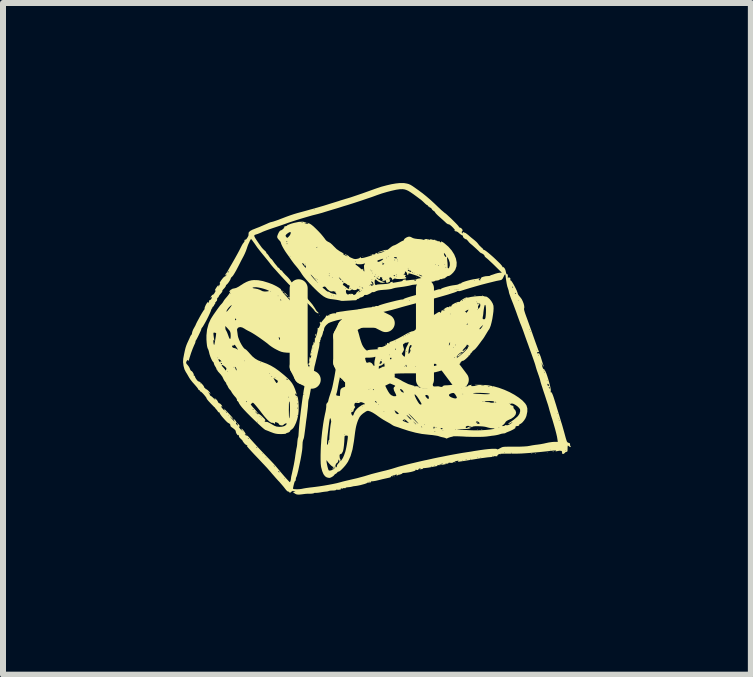
<source format=kicad_pcb>
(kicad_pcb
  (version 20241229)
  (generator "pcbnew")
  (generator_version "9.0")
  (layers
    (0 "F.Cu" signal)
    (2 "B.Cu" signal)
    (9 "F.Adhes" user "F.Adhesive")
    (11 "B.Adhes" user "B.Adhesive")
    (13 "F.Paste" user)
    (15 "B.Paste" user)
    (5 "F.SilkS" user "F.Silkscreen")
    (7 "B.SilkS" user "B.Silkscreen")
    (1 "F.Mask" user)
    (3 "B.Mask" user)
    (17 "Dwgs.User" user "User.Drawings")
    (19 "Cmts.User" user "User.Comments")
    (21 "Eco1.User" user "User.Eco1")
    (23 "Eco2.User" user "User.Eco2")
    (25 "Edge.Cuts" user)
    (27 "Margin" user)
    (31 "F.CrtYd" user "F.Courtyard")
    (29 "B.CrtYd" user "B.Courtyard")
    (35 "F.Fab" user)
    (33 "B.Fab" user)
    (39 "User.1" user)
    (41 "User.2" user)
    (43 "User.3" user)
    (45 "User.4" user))
  (footprint "lck"
    (layer "F.Cu")
    (at 3.233 2.588)
    (property "Reference" "lck" (at 0 0 0) (layer "F.SilkS") (effects (font (size 1.524 1.524) (thickness 0.3))))
    (attr board_only exclude_from_pos_files exclude_from_bom)
    (fp_poly (pts (xy -2.638 1.068) (xy -2.643 1.073) (xy -2.648 1.068) (xy -2.643 1.063)) (stroke (width 0) (type solid)) (fill yes) (layer "F.SilkS"))
    (fp_poly (pts (xy -2.177 1.61) (xy -2.182 1.615) (xy -2.187 1.61) (xy -2.182 1.605)) (stroke (width 0) (type solid)) (fill yes) (layer "F.SilkS"))
    (fp_poly (pts (xy -2.097 -1.64) (xy -2.102 -1.635) (xy -2.107 -1.64) (xy -2.102 -1.645)) (stroke (width 0) (type solid)) (fill yes) (layer "F.SilkS"))
    (fp_poly (pts (xy -1.364 -0.115) (xy -1.369 -0.11) (xy -1.374 -0.115) (xy -1.369 -0.12)) (stroke (width 0) (type solid)) (fill yes) (layer "F.SilkS"))
    (fp_poly (pts (xy -1.294 -0.456) (xy -1.299 -0.451) (xy -1.304 -0.456) (xy -1.299 -0.461)) (stroke (width 0) (type solid)) (fill yes) (layer "F.SilkS"))
    (fp_poly (pts (xy -1.284 0.115) (xy -1.289 0.12) (xy -1.294 0.115) (xy -1.289 0.11)) (stroke (width 0) (type solid)) (fill yes) (layer "F.SilkS"))
    (fp_poly (pts (xy -0.953 -0.376) (xy -0.958 -0.371) (xy -0.963 -0.376) (xy -0.958 -0.381)) (stroke (width 0) (type solid)) (fill yes) (layer "F.SilkS"))
    (fp_poly (pts (xy -0.582 0.697) (xy -0.587 0.702) (xy -0.592 0.697) (xy -0.587 0.692)) (stroke (width 0) (type solid)) (fill yes) (layer "F.SilkS"))
    (fp_poly (pts (xy -0.492 -0.276) (xy -0.497 -0.271) (xy -0.502 -0.276) (xy -0.497 -0.281)) (stroke (width 0) (type solid)) (fill yes) (layer "F.SilkS"))
    (fp_poly (pts (xy -0.231 -1.359) (xy -0.236 -1.354) (xy -0.241 -1.359) (xy -0.236 -1.364)) (stroke (width 0) (type solid)) (fill yes) (layer "F.SilkS"))
    (fp_poly (pts (xy -0.11 -1.389) (xy -0.115 -1.384) (xy -0.12 -1.389) (xy -0.115 -1.394)) (stroke (width 0) (type solid)) (fill yes) (layer "F.SilkS"))
    (fp_poly (pts (xy 0.09 0.466) (xy 0.085 0.471) (xy 0.08 0.466) (xy 0.085 0.461)) (stroke (width 0) (type solid)) (fill yes) (layer "F.SilkS"))
    (fp_poly (pts (xy 0.231 -0.978) (xy 0.226 -0.973) (xy 0.221 -0.978) (xy 0.226 -0.983)) (stroke (width 0) (type solid)) (fill yes) (layer "F.SilkS"))
    (fp_poly (pts (xy 0.662 -1.008) (xy 0.657 -1.003) (xy 0.652 -1.008) (xy 0.657 -1.013)) (stroke (width 0) (type solid)) (fill yes) (layer "F.SilkS"))
    (fp_poly (pts (xy 0.792 0.818) (xy 0.787 0.823) (xy 0.782 0.818) (xy 0.787 0.813)) (stroke (width 0) (type solid)) (fill yes) (layer "F.SilkS"))
    (fp_poly (pts (xy 1.424 -1.771) (xy 1.419 -1.766) (xy 1.414 -1.771) (xy 1.419 -1.776)) (stroke (width 0) (type solid)) (fill yes) (layer "F.SilkS"))
    (fp_poly (pts (xy 1.675 1.52) (xy 1.67 1.525) (xy 1.665 1.52) (xy 1.67 1.515)) (stroke (width 0) (type solid)) (fill yes) (layer "F.SilkS"))
    (fp_poly (pts (xy 2.056 1.931) (xy 2.051 1.936) (xy 2.046 1.931) (xy 2.051 1.926)) (stroke (width 0) (type solid)) (fill yes) (layer "F.SilkS"))
    (fp_poly (pts (xy 2.839 1.901) (xy 2.834 1.906) (xy 2.829 1.901) (xy 2.834 1.896)) (stroke (width 0) (type solid)) (fill yes) (layer "F.SilkS"))
    (fp_poly (pts (xy 0.147 0.094) (xy 0.146 0.1) (xy 0.14 0.1) (xy 0.132 0.097) (xy 0.134 0.094) (xy 0.146 0.092)) (stroke (width 0) (type solid)) (fill yes) (layer "F.SilkS"))
    (fp_poly (pts (xy 0.268 2.301) (xy 0.266 2.307) (xy 0.261 2.307) (xy 0.253 2.304) (xy 0.254 2.301) (xy 0.266 2.299)) (stroke (width 0) (type solid)) (fill yes) (layer "F.SilkS"))
    (fp_poly (pts (xy 0.298 2.291) (xy 0.296 2.297) (xy 0.291 2.297) (xy 0.283 2.294) (xy 0.284 2.291) (xy 0.296 2.289)) (stroke (width 0) (type solid)) (fill yes) (layer "F.SilkS"))
    (fp_poly (pts (xy 0.469 1.368) (xy 0.466 1.373) (xy 0.456 1.374) (xy 0.445 1.371) (xy 0.45 1.367) (xy 0.465 1.366)) (stroke (width 0) (type solid)) (fill yes) (layer "F.SilkS"))
    (fp_poly (pts (xy 0.719 0.214) (xy 0.72 0.226) (xy 0.719 0.227) (xy 0.713 0.226) (xy 0.712 0.221) (xy 0.716 0.212)) (stroke (width 0) (type solid)) (fill yes) (layer "F.SilkS"))
    (fp_poly (pts (xy 1.642 -0.718) (xy 1.639 -0.714) (xy 1.629 -0.713) (xy 1.619 -0.715) (xy 1.623 -0.719) (xy 1.639 -0.72)) (stroke (width 0) (type solid)) (fill yes) (layer "F.SilkS"))
    (fp_poly (pts (xy 1.752 1.518) (xy 1.751 1.524) (xy 1.745 1.525) (xy 1.737 1.521) (xy 1.739 1.518) (xy 1.751 1.517)) (stroke (width 0) (type solid)) (fill yes) (layer "F.SilkS"))
    (fp_poly (pts (xy 1.762 -0.719) (xy 1.761 -0.713) (xy 1.756 -0.712) (xy 1.747 -0.716) (xy 1.749 -0.719) (xy 1.761 -0.72)) (stroke (width 0) (type solid)) (fill yes) (layer "F.SilkS"))
    (fp_poly (pts (xy 2.585 1.919) (xy 2.583 1.925) (xy 2.578 1.926) (xy 2.57 1.922) (xy 2.571 1.919) (xy 2.583 1.918)) (stroke (width 0) (type solid)) (fill yes) (layer "F.SilkS"))
    (fp_poly (pts (xy 2.645 1.919) (xy 2.644 1.925) (xy 2.638 1.926) (xy 2.63 1.922) (xy 2.632 1.919) (xy 2.644 1.918)) (stroke (width 0) (type solid)) (fill yes) (layer "F.SilkS"))
    (fp_poly (pts (xy 2.947 1.89) (xy 2.944 1.894) (xy 2.933 1.895) (xy 2.923 1.893) (xy 2.927 1.889) (xy 2.943 1.888)) (stroke (width 0) (type solid)) (fill yes) (layer "F.SilkS"))
    (fp_poly (pts (xy -1.436 -0.648) (xy -1.425 -0.638) (xy -1.428 -0.632) (xy -1.429 -0.632) (xy -1.437 -0.639) (xy -1.44 -0.644) (xy -1.442 -0.65)) (stroke (width 0) (type solid)) (fill yes) (layer "F.SilkS"))
    (fp_poly (pts (xy -1.015 -0.071) (xy -1.02 -0.052) (xy -1.023 -0.045) (xy -1.03 -0.034) (xy -1.032 -0.04) (xy -1.028 -0.062) (xy -1.023 -0.07) (xy -1.016 -0.078)) (stroke (width 0) (type solid)) (fill yes) (layer "F.SilkS"))
    (fp_poly (pts (xy -0.582 -0.233) (xy -0.59 -0.221) (xy -0.597 -0.217) (xy -0.61 -0.214) (xy -0.612 -0.215) (xy -0.605 -0.223) (xy -0.597 -0.231) (xy -0.585 -0.237)) (stroke (width 0) (type solid)) (fill yes) (layer "F.SilkS"))
    (fp_poly (pts (xy 1.497 0.786) (xy 1.498 0.789) (xy 1.482 0.791) (xy 1.48 0.791) (xy 1.464 0.789) (xy 1.466 0.786) (xy 1.467 0.786) (xy 1.489 0.784)) (stroke (width 0) (type solid)) (fill yes) (layer "F.SilkS"))
    (fp_poly (pts (xy -1.59 -0.8) (xy -1.58 -0.793) (xy -1.563 -0.781) (xy -1.556 -0.775) (xy -1.559 -0.773) (xy -1.562 -0.772) (xy -1.576 -0.78) (xy -1.586 -0.79) (xy -1.595 -0.802)) (stroke (width 0) (type solid)) (fill yes) (layer "F.SilkS"))
    (fp_poly (pts (xy -1.457 -0.685) (xy -1.455 -0.677) (xy -1.457 -0.664) (xy -1.458 -0.662) (xy -1.467 -0.669) (xy -1.475 -0.677) (xy -1.482 -0.689) (xy -1.472 -0.692) (xy -1.471 -0.692)) (stroke (width 0) (type solid)) (fill yes) (layer "F.SilkS"))
    (fp_poly (pts (xy -1.533 -0.757) (xy -1.513 -0.738) (xy -1.501 -0.725) (xy -1.487 -0.708) (xy -1.488 -0.704) (xy -1.503 -0.715) (xy -1.524 -0.733) (xy -1.543 -0.75) (xy -1.551 -0.761) (xy -1.55 -0.762)) (stroke (width 0) (type solid)) (fill yes) (layer "F.SilkS"))
    (fp_poly (pts (xy 1.408 0.253) (xy 1.394 0.269) (xy 1.376 0.285) (xy 1.36 0.298) (xy 1.352 0.301) (xy 1.344 0.294) (xy 1.344 0.293) (xy 1.351 0.282) (xy 1.368 0.267) (xy 1.389 0.253) (xy 1.405 0.244) (xy 1.411 0.244)) (stroke (width 0) (type solid)) (fill yes) (layer "F.SilkS"))
    (fp_poly (pts (xy -1.982 -0.969) (xy -1.901 -0.954) (xy -1.81 -0.926) (xy -1.756 -0.906) (xy -1.713 -0.887) (xy -1.672 -0.866) (xy -1.637 -0.845) (xy -1.611 -0.826) (xy -1.599 -0.812) (xy -1.599 -0.808) (xy -1.594 -0.796) (xy -1.578 -0.775) (xy -1.553 -0.746) (xy -1.536 -0.727) (xy -1.502 -0.69) (xy -1.467 -0.651) (xy -1.439 -0.618) (xy -1.432 -0.609) (xy -1.41 -0.585) (xy -1.391 -0.568) (xy -1.381 -0.564) (xy -1.373 -0.559) (xy -1.372 -0.548) (xy -1.371 -0.536) (xy -1.366 -0.536) (xy -1.359 -0.533) (xy -1.358 -0.524) (xy -1.353 -0.511) (xy -1.339 -0.51) (xy -1.327 -0.51) (xy -1.332 -0.504) (xy -1.333 -0.503) (xy -1.339 -0.494) (xy -1.335 -0.479) (xy -1.32 -0.452) (xy -1.319 -0.451) (xy -1.301 -0.426) (xy -1.289 -0.418) (xy -1.284 -0.421) (xy -1.276 -0.425) (xy -1.27 -0.415) (xy -1.267 -0.397) (xy -1.269 -0.379) (xy -1.269 -0.379) (xy -1.269 -0.361) (xy -1.261 -0.333) (xy -1.255 -0.318) (xy -1.242 -0.288) (xy -1.235 -0.266) (xy -1.233 -0.259) (xy -1.23 -0.256) (xy -1.224 -0.266) (xy -1.219 -0.268) (xy -1.216 -0.251) (xy -1.215 -0.213) (xy -1.215 -0.201) (xy -1.215 -0.158) (xy -1.218 -0.134) (xy -1.222 -0.128) (xy -1.224 -0.13) (xy -1.23 -0.136) (xy -1.23 -0.123) (xy -1.228 -0.115) (xy -1.228 -0.085) (xy -1.236 -0.043) (xy -1.249 0.004) (xy -1.266 0.051) (xy -1.285 0.091) (xy -1.297 0.11) (xy -1.311 0.133) (xy -1.313 0.146) (xy -1.304 0.146) (xy -1.302 0.144) (xy -1.3 0.146) (xy -1.31 0.16) (xy -1.319 0.17) (xy -1.34 0.191) (xy -1.36 0.207) (xy -1.375 0.217) (xy -1.382 0.217) (xy -1.379 0.21) (xy -1.381 0.208) (xy -1.395 0.216) (xy -1.402 0.221) (xy -1.42 0.232) (xy -1.438 0.239) (xy -1.462 0.24) (xy -1.499 0.239) (xy -1.512 0.238) (xy -1.557 0.233) (xy -1.595 0.224) (xy -1.634 0.209) (xy -1.651 0.2) (xy -1.363 0.2) (xy -1.363 0.201) (xy -1.353 0.194) (xy -1.337 0.178) (xy -1.334 0.176) (xy -1.32 0.159) (xy -1.315 0.151) (xy -1.316 0.15) (xy -1.325 0.157) (xy -1.342 0.173) (xy -1.344 0.176) (xy -1.359 0.192) (xy -1.363 0.2) (xy -1.651 0.2) (xy -1.67 0.191) (xy -1.713 0.168) (xy -1.753 0.143) (xy -1.785 0.12) (xy -1.791 0.116) (xy -1.829 0.084) (xy -1.877 0.048) (xy -1.93 0.01) (xy -1.961 -0.012) (xy -1.639 -0.012) (xy -1.632 0.01) (xy -1.625 0.026) (xy -1.62 0.025) (xy -1.618 0.016) (xy -1.619 -0.004) (xy -1.624 -0.013) (xy -1.636 -0.02) (xy -1.639 -0.012) (xy -1.961 -0.012) (xy -1.983 -0.027) (xy -1.995 -0.035) (xy -1.384 -0.035) (xy -1.379 -0.03) (xy -1.374 -0.035) (xy -1.379 -0.04) (xy -1.384 -0.035) (xy -1.995 -0.035) (xy -2.034 -0.061) (xy -2.078 -0.088) (xy -2.111 -0.107) (xy -2.117 -0.11) (xy -2.153 -0.128) (xy -2.188 -0.147) (xy -2.204 -0.158) (xy -2.246 -0.181) (xy -2.27 -0.186) (xy -1.394 -0.186) (xy -1.389 -0.181) (xy -1.384 -0.186) (xy -1.389 -0.191) (xy -1.394 -0.186) (xy -2.27 -0.186) (xy -2.283 -0.188) (xy -2.313 -0.179) (xy -2.318 -0.175) (xy -2.333 -0.152) (xy -2.332 -0.13) (xy -2.328 -0.103) (xy -2.323 -0.068) (xy -2.322 -0.056) (xy -2.315 -0.021) (xy -2.3 0.02) (xy -2.281 0.064) (xy -2.258 0.106) (xy -2.235 0.142) (xy -2.214 0.168) (xy -2.197 0.18) (xy -2.194 0.181) (xy -2.183 0.188) (xy -2.162 0.208) (xy -2.136 0.236) (xy -2.122 0.252) (xy -2.077 0.301) (xy -2.033 0.337) (xy -1.984 0.366) (xy -1.923 0.39) (xy -1.91 0.395) (xy -1.836 0.423) (xy -1.769 0.455) (xy -1.703 0.494) (xy -1.634 0.543) (xy -1.56 0.603) (xy -1.5 0.655) (xy -1.453 0.701) (xy -1.417 0.746) (xy -1.39 0.793) (xy -1.367 0.847) (xy -1.345 0.912) (xy -1.344 0.918) (xy -1.338 0.937) (xy -1.34 0.94) (xy -1.35 0.929) (xy -1.361 0.918) (xy -1.364 0.925) (xy -1.359 0.945) (xy -1.358 0.947) (xy -1.349 0.958) (xy -1.343 0.957) (xy -1.333 0.96) (xy -1.323 0.979) (xy -1.316 1.012) (xy -1.31 1.055) (xy -1.307 1.104) (xy -1.306 1.158) (xy -1.307 1.211) (xy -1.312 1.262) (xy -1.318 1.298) (xy -1.332 1.354) (xy -1.351 1.409) (xy -1.373 1.456) (xy -1.395 1.493) (xy -1.416 1.514) (xy -1.42 1.517) (xy -1.438 1.528) (xy -1.445 1.538) (xy -1.453 1.553) (xy -1.472 1.567) (xy -1.494 1.574) (xy -1.497 1.575) (xy -1.512 1.58) (xy -1.515 1.585) (xy -1.524 1.59) (xy -1.55 1.593) (xy -1.59 1.595) (xy -1.603 1.595) (xy -1.649 1.594) (xy -1.686 1.589) (xy -1.721 1.58) (xy -1.764 1.564) (xy -1.775 1.56) (xy -1.813 1.544) (xy -1.842 1.533) (xy -1.86 1.526) (xy -1.863 1.525) (xy -1.873 1.518) (xy -1.896 1.5) (xy -1.928 1.472) (xy -1.966 1.437) (xy -2.008 1.398) (xy -2.012 1.394) (xy -1.996 1.394) (xy -1.993 1.403) (xy -1.99 1.401) (xy -1.988 1.389) (xy -1.99 1.388) (xy -1.996 1.389) (xy -1.996 1.394) (xy -2.012 1.394) (xy -2.052 1.356) (xy -2.09 1.319) (xy -1.936 1.319) (xy -1.931 1.324) (xy -1.926 1.319) (xy -1.931 1.314) (xy -1.936 1.319) (xy -2.09 1.319) (xy -2.095 1.314) (xy -2.107 1.303) (xy -2.11 1.299) (xy -1.956 1.299) (xy -1.951 1.304) (xy -1.946 1.299) (xy -1.951 1.294) (xy -1.956 1.299) (xy -2.11 1.299) (xy -2.169 1.24) (xy -2.218 1.188) (xy -2.228 1.177) (xy -2.075 1.177) (xy -2.072 1.182) (xy -2.062 1.193) (xy -2.057 1.191) (xy -2.056 1.189) (xy -2.064 1.181) (xy -2.068 1.178) (xy -2.075 1.177) (xy -2.228 1.177) (xy -2.255 1.146) (xy -2.281 1.112) (xy -2.292 1.095) (xy -2.104 1.095) (xy -2.103 1.103) (xy -2.09 1.122) (xy -2.067 1.15) (xy -2.051 1.167) (xy -2.024 1.197) (xy -2.003 1.223) (xy -1.989 1.242) (xy -1.984 1.252) (xy -1.99 1.252) (xy -2.006 1.239) (xy -2.011 1.234) (xy -2.028 1.22) (xy -2.036 1.215) (xy -2.036 1.215) (xy -2.03 1.224) (xy -2.013 1.242) (xy -2.005 1.25) (xy -1.987 1.265) (xy -1.98 1.269) (xy -1.98 1.266) (xy -1.984 1.254) (xy -1.976 1.254) (xy -1.958 1.266) (xy -1.931 1.287) (xy -1.908 1.309) (xy -1.879 1.338) (xy -1.864 1.356) (xy -1.861 1.368) (xy -1.866 1.374) (xy -1.875 1.382) (xy -1.865 1.389) (xy -1.863 1.39) (xy -1.845 1.393) (xy -1.839 1.391) (xy -1.828 1.393) (xy -1.806 1.403) (xy -1.787 1.413) (xy -1.754 1.432) (xy -1.722 1.45) (xy -1.71 1.457) (xy -1.675 1.47) (xy -1.63 1.475) (xy -1.586 1.473) (xy -1.548 1.463) (xy -1.531 1.454) (xy -1.513 1.437) (xy -1.505 1.424) (xy -1.505 1.423) (xy -1.512 1.416) (xy -1.528 1.419) (xy -1.547 1.43) (xy -1.555 1.438) (xy -1.573 1.451) (xy -1.597 1.451) (xy -1.603 1.45) (xy -1.625 1.442) (xy -1.635 1.431) (xy -1.635 1.43) (xy -1.643 1.417) (xy -1.661 1.406) (xy -1.688 1.396) (xy -1.7 1.397) (xy -1.699 1.409) (xy -1.7 1.422) (xy -1.71 1.423) (xy -1.721 1.414) (xy -1.735 1.407) (xy -1.739 1.408) (xy -1.762 1.406) (xy -1.792 1.388) (xy -1.831 1.353) (xy -1.878 1.3) (xy -1.933 1.23) (xy -1.94 1.22) (xy -1.96 1.194) (xy -1.47 1.194) (xy -1.469 1.25) (xy -1.468 1.293) (xy -1.466 1.321) (xy -1.463 1.333) (xy -1.461 1.331) (xy -1.458 1.313) (xy -1.455 1.284) (xy -1.334 1.284) (xy -1.331 1.292) (xy -1.328 1.291) (xy -1.326 1.279) (xy -1.328 1.277) (xy -1.333 1.279) (xy -1.334 1.284) (xy -1.455 1.284) (xy -1.455 1.279) (xy -1.453 1.235) (xy -1.451 1.191) (xy -1.451 1.164) (xy -1.323 1.164) (xy -1.321 1.178) (xy -1.318 1.176) (xy -1.316 1.156) (xy -1.318 1.151) (xy -1.321 1.15) (xy -1.323 1.164) (xy -1.451 1.164) (xy -1.451 1.142) (xy -1.453 1.1) (xy -1.454 1.088) (xy -1.323 1.088) (xy -1.322 1.101) (xy -1.318 1.101) (xy -1.316 1.087) (xy -1.317 1.082) (xy -1.322 1.078) (xy -1.323 1.088) (xy -1.454 1.088) (xy -1.456 1.069) (xy -1.46 1.053) (xy -1.464 1.053) (xy -1.467 1.068) (xy -1.469 1.102) (xy -1.469 1.153) (xy -1.47 1.194) (xy -1.96 1.194) (xy -1.961 1.193) (xy -1.99 1.157) (xy -2.019 1.122) (xy -2.019 1.122) (xy -2.045 1.092) (xy -2.062 1.076) (xy -2.072 1.072) (xy -2.08 1.077) (xy -2.096 1.091) (xy -2.104 1.095) (xy -2.292 1.095) (xy -2.299 1.084) (xy -2.304 1.072) (xy -2.316 1.052) (xy -2.324 1.046) (xy -2.185 1.046) (xy -2.183 1.052) (xy -2.173 1.063) (xy -2.167 1.06) (xy -2.167 1.059) (xy -2.174 1.05) (xy -2.178 1.047) (xy -2.185 1.046) (xy -2.324 1.046) (xy -2.328 1.043) (xy -2.328 1.043) (xy -2.335 1.036) (xy -2.334 1.029) (xy -2.334 1.028) (xy -1.334 1.028) (xy -1.329 1.033) (xy -1.324 1.028) (xy -1.329 1.023) (xy -1.334 1.028) (xy -2.334 1.028) (xy -2.337 1.013) (xy -2.35 0.991) (xy -2.355 0.985) (xy -2.363 0.976) (xy -1.481 0.976) (xy -1.48 0.982) (xy -1.475 0.983) (xy -1.466 0.979) (xy -1.467 0.978) (xy -1.344 0.978) (xy -1.339 0.983) (xy -1.334 0.978) (xy -1.339 0.973) (xy -1.344 0.978) (xy -1.467 0.978) (xy -1.468 0.976) (xy -1.48 0.975) (xy -1.481 0.976) (xy -2.363 0.976) (xy -2.379 0.958) (xy -2.401 0.93) (xy -2.418 0.906) (xy -2.427 0.89) (xy -2.428 0.888) (xy -2.434 0.877) (xy -2.449 0.859) (xy -2.453 0.855) (xy -2.472 0.831) (xy -2.484 0.809) (xy -2.484 0.808) (xy -2.496 0.783) (xy -2.506 0.77) (xy -2.514 0.757) (xy -2.513 0.752) (xy -2.513 0.746) (xy -2.525 0.73) (xy -2.53 0.725) (xy -2.551 0.695) (xy -2.567 0.662) (xy -2.567 0.662) (xy -2.568 0.66) (xy -1.727 0.66) (xy -1.715 0.684) (xy -1.699 0.712) (xy -1.687 0.73) (xy -1.676 0.745) (xy -1.668 0.744) (xy -1.66 0.735) (xy -1.653 0.717) (xy -1.655 0.707) (xy -1.669 0.696) (xy -1.692 0.681) (xy -1.696 0.679) (xy -1.696 0.678) (xy -1.511 0.678) (xy -1.51 0.682) (xy -1.496 0.692) (xy -1.494 0.692) (xy -1.488 0.686) (xy -1.49 0.682) (xy -1.503 0.672) (xy -1.506 0.672) (xy -1.511 0.678) (xy -1.696 0.678) (xy -1.727 0.66) (xy -2.568 0.66) (xy -2.569 0.657) (xy -1.705 0.657) (xy -1.7 0.662) (xy -1.695 0.657) (xy -1.7 0.652) (xy -1.705 0.657) (xy -2.569 0.657) (xy -2.58 0.635) (xy -1.762 0.635) (xy -1.761 0.641) (xy -1.756 0.642) (xy -1.747 0.638) (xy -1.749 0.635) (xy -1.761 0.634) (xy -1.762 0.635) (xy -2.58 0.635) (xy -2.581 0.635) (xy -2.604 0.603) (xy -2.619 0.587) (xy -1.796 0.587) (xy -1.791 0.592) (xy -1.786 0.587) (xy -1.791 0.582) (xy -1.796 0.587) (xy -2.619 0.587) (xy -2.623 0.582) (xy -2.645 0.558) (xy -2.646 0.557) (xy -2.498 0.557) (xy -2.493 0.562) (xy -2.488 0.557) (xy -2.493 0.552) (xy -2.498 0.557) (xy -2.646 0.557) (xy -2.66 0.539) (xy -2.662 0.53) (xy -2.665 0.522) (xy -2.669 0.522) (xy -2.677 0.518) (xy -2.676 0.515) (xy -2.677 0.504) (xy -2.687 0.483) (xy -2.694 0.473) (xy -2.708 0.449) (xy -2.589 0.449) (xy -2.578 0.468) (xy -2.558 0.49) (xy -2.539 0.512) (xy -2.528 0.53) (xy -2.527 0.533) (xy -2.523 0.536) (xy -2.515 0.523) (xy -2.51 0.506) (xy -2.514 0.493) (xy -2.526 0.482) (xy -2.388 0.482) (xy -2.384 0.49) (xy -2.381 0.488) (xy -2.381 0.487) (xy -2.365 0.487) (xy -2.358 0.51) (xy -2.357 0.513) (xy -2.347 0.532) (xy -2.34 0.534) (xy -2.34 0.522) (xy -2.347 0.497) (xy -2.347 0.497) (xy -2.356 0.479) (xy -2.364 0.475) (xy -2.364 0.475) (xy -2.365 0.487) (xy -2.381 0.487) (xy -2.38 0.476) (xy -2.381 0.475) (xy -2.387 0.476) (xy -2.388 0.482) (xy -2.526 0.482) (xy -2.532 0.475) (xy -2.538 0.47) (xy -2.568 0.448) (xy -2.585 0.442) (xy -2.589 0.449) (xy -2.708 0.449) (xy -2.709 0.447) (xy -2.718 0.425) (xy -2.719 0.42) (xy -2.719 0.416) (xy -2.604 0.416) (xy -2.603 0.421) (xy -2.595 0.431) (xy -2.593 0.431) (xy -2.585 0.424) (xy -2.583 0.421) (xy -2.586 0.413) (xy -2.593 0.411) (xy -2.604 0.416) (xy -2.719 0.416) (xy -2.722 0.406) (xy -1.946 0.406) (xy -1.941 0.411) (xy -1.936 0.406) (xy -1.941 0.401) (xy -1.946 0.406) (xy -2.722 0.406) (xy -2.723 0.402) (xy -2.728 0.397) (xy -2.743 0.38) (xy -2.754 0.359) (xy -2.643 0.359) (xy -2.631 0.382) (xy -2.625 0.389) (xy -2.614 0.4) (xy -2.61 0.398) (xy -2.614 0.39) (xy -2.615 0.382) (xy -2.603 0.385) (xy -2.592 0.388) (xy -2.595 0.381) (xy -2.599 0.376) (xy -2.217 0.376) (xy -2.212 0.381) (xy -2.207 0.376) (xy -2.212 0.371) (xy -2.217 0.376) (xy -2.599 0.376) (xy -2.607 0.367) (xy -2.629 0.349) (xy -2.642 0.347) (xy -2.643 0.359) (xy -2.754 0.359) (xy -2.76 0.348) (xy -2.769 0.326) (xy -2.658 0.326) (xy -2.653 0.331) (xy -2.648 0.326) (xy -2.653 0.321) (xy -2.658 0.326) (xy -2.769 0.326) (xy -2.777 0.308) (xy -2.792 0.263) (xy -2.802 0.22) (xy -2.804 0.213) (xy -2.811 0.189) (xy -2.818 0.177) (xy -2.826 0.157) (xy -2.832 0.131) (xy -2.416 0.131) (xy -2.412 0.145) (xy -2.398 0.157) (xy -2.383 0.161) (xy -2.358 0.167) (xy -2.342 0.175) (xy -2.324 0.188) (xy -2.319 0.187) (xy -2.328 0.171) (xy -2.333 0.163) (xy -2.355 0.129) (xy -2.369 0.11) (xy -2.376 0.104) (xy -2.377 0.108) (xy -2.377 0.108) (xy -2.386 0.118) (xy -2.398 0.12) (xy -2.414 0.122) (xy -2.416 0.131) (xy -2.832 0.131) (xy -2.834 0.121) (xy -2.839 0.074) (xy -2.841 0.047) (xy -2.728 0.047) (xy -2.726 0.072) (xy -2.722 0.095) (xy -2.717 0.108) (xy -2.713 0.108) (xy -2.71 0.098) (xy -2.705 0.072) (xy -2.698 0.035) (xy -2.694 0.011) (xy -2.687 -0.03) (xy -2.683 -0.062) (xy -2.681 -0.083) (xy -2.682 -0.087) (xy -2.694 -0.092) (xy -2.708 -0.095) (xy -2.719 -0.096) (xy -2.725 -0.091) (xy -2.727 -0.078) (xy -2.725 -0.054) (xy -2.72 -0.015) (xy -2.714 0.02) (xy -2.712 0.041) (xy -2.714 0.043) (xy -2.718 0.035) (xy -2.724 0.024) (xy -2.727 0.03) (xy -2.728 0.047) (xy -2.841 0.047) (xy -2.843 0.02) (xy -2.843 -0.036) (xy -2.843 -0.05) (xy -2.833 -0.147) (xy -2.817 -0.206) (xy -2.528 -0.206) (xy -2.528 -0.174) (xy -2.525 -0.15) (xy -2.519 -0.136) (xy -2.519 -0.136) (xy -2.51 -0.123) (xy -2.496 -0.092) (xy -2.478 -0.044) (xy -2.463 -0.003) (xy -2.452 0.009) (xy -2.448 0.01) (xy -2.442 0.001) (xy -2.439 -0.025) (xy -2.439 -0.051) (xy -2.441 -0.085) (xy -2.447 -0.109) (xy -2.46 -0.131) (xy -2.484 -0.158) (xy -2.484 -0.159) (xy -2.528 -0.206) (xy -2.817 -0.206) (xy -2.808 -0.239) (xy -2.806 -0.244) (xy -1.404 -0.244) (xy -1.397 -0.229) (xy -1.391 -0.224) (xy -1.381 -0.211) (xy -1.373 -0.188) (xy -1.368 -0.163) (xy -1.367 -0.141) (xy -1.372 -0.131) (xy -1.373 -0.13) (xy -1.381 -0.122) (xy -1.384 -0.103) (xy -1.382 -0.083) (xy -1.374 -0.069) (xy -1.372 -0.068) (xy -1.36 -0.073) (xy -1.351 -0.095) (xy -1.346 -0.134) (xy -1.345 -0.187) (xy -1.346 -0.211) (xy -1.351 -0.267) (xy -1.36 -0.307) (xy -1.362 -0.311) (xy -1.304 -0.311) (xy -1.3 -0.303) (xy -1.297 -0.304) (xy -1.296 -0.316) (xy -1.297 -0.318) (xy -1.303 -0.316) (xy -1.304 -0.311) (xy -1.362 -0.311) (xy -1.369 -0.328) (xy -1.385 -0.35) (xy -1.395 -0.354) (xy -1.398 -0.339) (xy -1.394 -0.316) (xy -1.391 -0.29) (xy -1.397 -0.28) (xy -1.398 -0.28) (xy -1.403 -0.277) (xy -1.397 -0.274) (xy -1.387 -0.261) (xy -1.385 -0.247) (xy -1.386 -0.233) (xy -1.392 -0.237) (xy -1.394 -0.241) (xy -1.402 -0.249) (xy -1.404 -0.244) (xy -2.806 -0.244) (xy -2.774 -0.316) (xy -2.367 -0.316) (xy -2.362 -0.303) (xy -2.357 -0.301) (xy -2.352 -0.306) (xy -1.414 -0.306) (xy -1.409 -0.301) (xy -1.404 -0.306) (xy -1.409 -0.311) (xy -1.414 -0.306) (xy -2.352 -0.306) (xy -2.349 -0.309) (xy -2.347 -0.316) (xy -2.353 -0.329) (xy -2.357 -0.331) (xy -2.366 -0.323) (xy -2.367 -0.316) (xy -2.774 -0.316) (xy -2.772 -0.32) (xy -2.753 -0.351) (xy -2.75 -0.356) (xy -1.424 -0.356) (xy -1.419 -0.351) (xy -1.414 -0.356) (xy -1.419 -0.361) (xy -1.424 -0.356) (xy -2.75 -0.356) (xy -2.737 -0.376) (xy -1.404 -0.376) (xy -1.399 -0.371) (xy -1.394 -0.376) (xy -1.399 -0.381) (xy -1.404 -0.376) (xy -2.737 -0.376) (xy -2.728 -0.39) (xy -2.698 -0.433) (xy -2.683 -0.454) (xy -2.508 -0.454) (xy -2.506 -0.442) (xy -2.504 -0.442) (xy -2.497 -0.452) (xy -2.48 -0.472) (xy -2.457 -0.5) (xy -2.453 -0.505) (xy -2.434 -0.531) (xy -2.423 -0.548) (xy -2.423 -0.554) (xy -2.426 -0.553) (xy -2.447 -0.537) (xy -2.471 -0.513) (xy -2.492 -0.486) (xy -2.505 -0.464) (xy -2.508 -0.454) (xy -2.683 -0.454) (xy -2.668 -0.476) (xy -2.639 -0.516) (xy -2.615 -0.548) (xy -2.607 -0.557) (xy -1.384 -0.557) (xy -1.379 -0.552) (xy -1.374 -0.557) (xy -1.379 -0.562) (xy -1.384 -0.557) (xy -2.607 -0.557) (xy -2.597 -0.568) (xy -2.593 -0.572) (xy -2.577 -0.59) (xy -2.561 -0.615) (xy -2.546 -0.639) (xy -2.543 -0.643) (xy -1.615 -0.643) (xy -1.608 -0.632) (xy -1.605 -0.632) (xy -1.595 -0.635) (xy -1.595 -0.636) (xy -1.602 -0.645) (xy -1.605 -0.647) (xy -1.614 -0.646) (xy -1.615 -0.643) (xy -2.543 -0.643) (xy -2.522 -0.669) (xy -2.503 -0.691) (xy -2.49 -0.707) (xy -1.655 -0.707) (xy -1.65 -0.702) (xy -1.645 -0.707) (xy -1.65 -0.712) (xy -1.655 -0.707) (xy -2.49 -0.707) (xy -2.482 -0.717) (xy -2.464 -0.742) (xy -2.461 -0.747) (xy -2.448 -0.747) (xy -2.443 -0.742) (xy -2.438 -0.747) (xy -2.443 -0.752) (xy -2.448 -0.747) (xy -2.461 -0.747) (xy -2.452 -0.764) (xy -2.447 -0.777) (xy -1.776 -0.777) (xy -1.771 -0.772) (xy -1.766 -0.777) (xy -1.771 -0.782) (xy -1.776 -0.777) (xy -2.447 -0.777) (xy -2.447 -0.777) (xy -2.453 -0.78) (xy -2.457 -0.778) (xy -2.467 -0.774) (xy -2.466 -0.781) (xy -2.453 -0.795) (xy -2.44 -0.808) (xy -2.407 -0.827) (xy -2.38 -0.832) (xy -2.348 -0.84) (xy -2.338 -0.845) (xy -2.073 -0.845) (xy -2.073 -0.839) (xy -2.054 -0.833) (xy -2.032 -0.83) (xy -1.991 -0.822) (xy -1.951 -0.808) (xy -1.938 -0.801) (xy -1.905 -0.785) (xy -1.871 -0.78) (xy -1.846 -0.781) (xy -1.819 -0.784) (xy -1.802 -0.788) (xy -1.8 -0.79) (xy -1.818 -0.801) (xy -1.851 -0.814) (xy -1.892 -0.827) (xy -1.937 -0.839) (xy -1.979 -0.847) (xy -2.013 -0.852) (xy -2.021 -0.852) (xy -2.056 -0.85) (xy -2.073 -0.845) (xy -2.338 -0.845) (xy -2.303 -0.863) (xy -2.281 -0.878) (xy -2.223 -0.915) (xy -2.176 -0.94) (xy -2.134 -0.957) (xy -2.092 -0.967) (xy -2.052 -0.971)) (stroke (width 0) (type solid)) (fill yes) (layer "F.SilkS"))
    (fp_poly (pts (xy -1.194 -1.936) (xy -1.169 -1.928) (xy -1.194 -1.926) (xy -1.219 -1.924) (xy -1.194 -1.916) (xy -1.169 -1.909) (xy -1.154 -1.907) (xy -1.144 -1.908) (xy -1.151 -1.914) (xy -1.154 -1.916) (xy -1.164 -1.924) (xy -1.158 -1.925) (xy -1.137 -1.917) (xy -1.122 -1.911) (xy -1.096 -1.895) (xy -1.061 -1.867) (xy -1.021 -1.829) (xy -0.977 -1.785) (xy -0.935 -1.74) (xy -0.897 -1.694) (xy -0.866 -1.654) (xy -0.859 -1.643) (xy -0.837 -1.621) (xy -0.808 -1.605) (xy -0.807 -1.605) (xy -0.78 -1.59) (xy -0.747 -1.561) (xy -0.723 -1.536) (xy -0.673 -1.487) (xy -0.617 -1.448) (xy -0.612 -1.446) (xy -0.577 -1.426) (xy -0.556 -1.413) (xy -0.553 -1.407) (xy -0.566 -1.41) (xy -0.569 -1.411) (xy -0.572 -1.409) (xy -0.56 -1.4) (xy -0.544 -1.389) (xy -0.518 -1.375) (xy -0.5 -1.368) (xy -0.494 -1.368) (xy -0.498 -1.375) (xy -0.516 -1.384) (xy -0.517 -1.384) (xy -0.535 -1.393) (xy -0.539 -1.4) (xy -0.539 -1.4) (xy -0.528 -1.4) (xy -0.506 -1.391) (xy -0.495 -1.386) (xy -0.474 -1.373) (xy -0.465 -1.365) (xy -0.466 -1.364) (xy -0.464 -1.36) (xy -0.447 -1.35) (xy -0.425 -1.34) (xy -0.391 -1.326) (xy -0.365 -1.321) (xy -0.337 -1.324) (xy -0.327 -1.326) (xy -0.301 -1.333) (xy -0.287 -1.341) (xy -0.286 -1.345) (xy -0.285 -1.354) (xy -0.281 -1.354) (xy -0.271 -1.347) (xy -0.271 -1.343) (xy -0.266 -1.338) (xy -0.25 -1.338) (xy -0.242 -1.339) (xy 0.15 -1.339) (xy 0.155 -1.334) (xy 0.161 -1.339) (xy 0.156 -1.344) (xy 0.281 -1.344) (xy 0.287 -1.337) (xy 0.29 -1.339) (xy 0.303 -1.337) (xy 0.306 -1.334) (xy 0.318 -1.329) (xy 0.329 -1.336) (xy 0.331 -1.345) (xy 0.33 -1.345) (xy 1.166 -1.345) (xy 1.167 -1.322) (xy 1.169 -1.302) (xy 1.174 -1.261) (xy 1.176 -1.22) (xy 1.176 -1.206) (xy 1.177 -1.177) (xy 1.184 -1.165) (xy 1.196 -1.171) (xy 1.203 -1.183) (xy 1.213 -1.219) (xy 1.211 -1.263) (xy 1.197 -1.307) (xy 1.194 -1.315) (xy 1.18 -1.338) (xy 1.17 -1.353) (xy 1.168 -1.354) (xy 1.166 -1.345) (xy 0.33 -1.345) (xy 0.322 -1.352) (xy 0.306 -1.354) (xy 0.287 -1.351) (xy 0.281 -1.344) (xy 0.156 -1.344) (xy 0.155 -1.344) (xy 0.15 -1.339) (xy -0.242 -1.339) (xy -0.22 -1.343) (xy -0.175 -1.355) (xy -0.136 -1.367) (xy -0.128 -1.369) (xy 0.181 -1.369) (xy 0.186 -1.364) (xy 0.191 -1.369) (xy 0.186 -1.374) (xy 0.181 -1.369) (xy -0.128 -1.369) (xy -0.101 -1.378) (xy -0.082 -1.386) (xy -0.079 -1.392) (xy -0.086 -1.396) (xy -0.096 -1.401) (xy -0.088 -1.401) (xy -0.079 -1.4) (xy -0.052 -1.398) (xy -0.032 -1.402) (xy -0.024 -1.411) (xy -0.025 -1.412) (xy 1.114 -1.412) (xy 1.118 -1.391) (xy 1.129 -1.37) (xy 1.142 -1.356) (xy 1.146 -1.354) (xy 1.153 -1.362) (xy 1.153 -1.367) (xy 1.147 -1.383) (xy 1.134 -1.404) (xy 1.12 -1.42) (xy 1.115 -1.419) (xy 1.114 -1.412) (xy -0.025 -1.412) (xy -0.026 -1.416) (xy -0.023 -1.423) (xy -0.015 -1.424) (xy -0.004 -1.42) (xy -0.004 -1.415) (xy 0.001 -1.413) (xy 0.02 -1.415) (xy 0.048 -1.422) (xy 0.079 -1.431) (xy 0.108 -1.442) (xy 0.11 -1.443) (xy 0.126 -1.451) (xy 0.125 -1.453) (xy 0.109 -1.451) (xy 0.081 -1.444) (xy 0.066 -1.439) (xy 0.037 -1.432) (xy 0.017 -1.429) (xy 0.012 -1.429) (xy 0.015 -1.435) (xy 0.021 -1.438) (xy 0.037 -1.443) (xy 0.066 -1.452) (xy 0.09 -1.46) (xy 0.14 -1.46) (xy 0.145 -1.455) (xy 0.15 -1.46) (xy 0.145 -1.465) (xy 0.14 -1.46) (xy 0.09 -1.46) (xy 0.097 -1.462) (xy 0.13 -1.472) (xy 0.154 -1.475) (xy 0.163 -1.473) (xy 0.171 -1.474) (xy 0.19 -1.486) (xy 0.21 -1.503) (xy 0.239 -1.526) (xy 0.266 -1.543) (xy 0.281 -1.548) (xy 0.302 -1.556) (xy 0.333 -1.572) (xy 0.366 -1.592) (xy 0.396 -1.61) (xy 0.421 -1.623) (xy 0.434 -1.627) (xy 0.434 -1.627) (xy 0.444 -1.633) (xy 0.447 -1.64) (xy 0.833 -1.64) (xy 0.838 -1.635) (xy 0.843 -1.64) (xy 0.838 -1.645) (xy 0.833 -1.64) (xy 0.447 -1.64) (xy 0.448 -1.644) (xy 0.461 -1.662) (xy 0.486 -1.679) (xy 0.516 -1.692) (xy 0.538 -1.695) (xy 0.561 -1.69) (xy 0.58 -1.68) (xy 0.6 -1.67) (xy 0.63 -1.662) (xy 0.674 -1.656) (xy 0.727 -1.652) (xy 0.753 -1.648) (xy 0.769 -1.642) (xy 0.784 -1.641) (xy 0.787 -1.645) (xy 0.802 -1.653) (xy 0.827 -1.655) (xy 0.852 -1.65) (xy 0.862 -1.646) (xy 0.879 -1.642) (xy 0.884 -1.647) (xy 0.896 -1.652) (xy 0.91 -1.647) (xy 0.936 -1.64) (xy 0.951 -1.642) (xy 0.969 -1.642) (xy 0.973 -1.635) (xy 0.98 -1.628) (xy 0.988 -1.629) (xy 1.001 -1.628) (xy 1.003 -1.624) (xy 1.012 -1.617) (xy 1.031 -1.619) (xy 1.047 -1.622) (xy 1.046 -1.617) (xy 1.045 -1.617) (xy 1.039 -1.609) (xy 1.051 -1.603) (xy 1.052 -1.602) (xy 1.067 -1.601) (xy 1.068 -1.606) (xy 1.066 -1.615) (xy 1.078 -1.612) (xy 1.1 -1.6) (xy 1.12 -1.586) (xy 1.188 -1.528) (xy 1.244 -1.464) (xy 1.286 -1.398) (xy 1.314 -1.33) (xy 1.327 -1.264) (xy 1.324 -1.202) (xy 1.304 -1.145) (xy 1.294 -1.129) (xy 1.268 -1.095) (xy 1.239 -1.067) (xy 1.213 -1.047) (xy 1.193 -1.039) (xy 1.188 -1.04) (xy 1.174 -1.036) (xy 1.154 -1.022) (xy 1.149 -1.018) (xy 1.123 -0.999) (xy 1.103 -0.996) (xy 1.09 -0.997) (xy 1.09 -0.991) (xy 1.088 -0.985) (xy 1.076 -0.987) (xy 1.053 -0.986) (xy 1.043 -0.978) (xy 1.025 -0.968) (xy 0.998 -0.963) (xy 0.997 -0.963) (xy 0.974 -0.961) (xy 0.963 -0.956) (xy 0.963 -0.956) (xy 0.954 -0.95) (xy 0.933 -0.946) (xy 0.93 -0.946) (xy 0.901 -0.941) (xy 0.878 -0.934) (xy 0.844 -0.923) (xy 0.796 -0.913) (xy 0.739 -0.905) (xy 0.678 -0.899) (xy 0.667 -0.898) (xy 0.625 -0.895) (xy 0.589 -0.891) (xy 0.564 -0.885) (xy 0.561 -0.884) (xy 0.536 -0.878) (xy 0.496 -0.87) (xy 0.443 -0.861) (xy 0.384 -0.853) (xy 0.339 -0.847) (xy 0.302 -0.841) (xy 0.267 -0.832) (xy 0.259 -0.829) (xy 0.235 -0.822) (xy 0.197 -0.816) (xy 0.151 -0.811) (xy 0.118 -0.809) (xy 0.06 -0.804) (xy 0.019 -0.798) (xy -0.01 -0.789) (xy -0.022 -0.783) (xy -0.046 -0.772) (xy -0.066 -0.769) (xy -0.068 -0.77) (xy -0.084 -0.77) (xy -0.089 -0.766) (xy -0.102 -0.755) (xy -0.126 -0.742) (xy -0.151 -0.73) (xy -0.171 -0.723) (xy -0.176 -0.723) (xy -0.198 -0.724) (xy -0.214 -0.72) (xy -0.216 -0.713) (xy -0.221 -0.705) (xy -0.237 -0.694) (xy -0.257 -0.685) (xy -0.274 -0.681) (xy -0.276 -0.681) (xy -0.287 -0.676) (xy -0.297 -0.667) (xy -0.313 -0.657) (xy -0.321 -0.657) (xy -0.331 -0.654) (xy -0.334 -0.648) (xy -0.348 -0.636) (xy -0.358 -0.634) (xy -0.375 -0.634) (xy -0.407 -0.633) (xy -0.449 -0.63) (xy -0.487 -0.628) (xy -0.532 -0.626) (xy -0.569 -0.624) (xy -0.594 -0.625) (xy -0.603 -0.626) (xy -0.613 -0.63) (xy -0.637 -0.635) (xy -0.676 -0.642) (xy -0.733 -0.65) (xy -0.78 -0.656) (xy -0.817 -0.664) (xy -0.854 -0.678) (xy -0.893 -0.7) (xy -0.902 -0.707) (xy -0.762 -0.707) (xy -0.757 -0.702) (xy -0.752 -0.707) (xy -0.732 -0.707) (xy -0.727 -0.702) (xy -0.722 -0.707) (xy -0.727 -0.712) (xy -0.732 -0.707) (xy -0.752 -0.707) (xy -0.757 -0.712) (xy -0.762 -0.707) (xy -0.902 -0.707) (xy -0.929 -0.727) (xy -0.702 -0.727) (xy -0.697 -0.722) (xy -0.692 -0.727) (xy -0.441 -0.727) (xy -0.436 -0.722) (xy -0.431 -0.727) (xy -0.436 -0.732) (xy -0.441 -0.727) (xy -0.692 -0.727) (xy -0.697 -0.732) (xy -0.702 -0.727) (xy -0.929 -0.727) (xy -0.935 -0.732) (xy -0.985 -0.776) (xy -1.044 -0.833) (xy -1.061 -0.851) (xy -0.907 -0.851) (xy -0.906 -0.843) (xy -0.896 -0.835) (xy -0.876 -0.82) (xy -0.852 -0.798) (xy -0.85 -0.797) (xy -0.83 -0.782) (xy -0.814 -0.777) (xy -0.812 -0.778) (xy -0.798 -0.776) (xy -0.789 -0.768) (xy -0.773 -0.757) (xy -0.744 -0.747) (xy -0.727 -0.743) (xy -0.698 -0.738) (xy -0.678 -0.734) (xy -0.673 -0.733) (xy -0.676 -0.739) (xy -0.686 -0.751) (xy -0.696 -0.767) (xy -0.695 -0.777) (xy -0.694 -0.781) (xy -0.699 -0.779) (xy -0.714 -0.779) (xy -0.717 -0.782) (xy -0.731 -0.787) (xy -0.741 -0.783) (xy -0.765 -0.781) (xy -0.789 -0.79) (xy -0.519 -0.79) (xy -0.518 -0.77) (xy -0.511 -0.749) (xy -0.499 -0.735) (xy -0.497 -0.734) (xy -0.48 -0.73) (xy -0.473 -0.734) (xy -0.462 -0.739) (xy -0.438 -0.742) (xy -0.43 -0.742) (xy -0.405 -0.74) (xy -0.396 -0.734) (xy -0.396 -0.732) (xy -0.394 -0.723) (xy -0.389 -0.722) (xy -0.367 -0.729) (xy -0.35 -0.743) (xy -0.346 -0.754) (xy -0.339 -0.766) (xy -0.31 -0.766) (xy -0.306 -0.765) (xy -0.293 -0.772) (xy -0.277 -0.783) (xy -0.275 -0.79) (xy -0.286 -0.789) (xy -0.299 -0.778) (xy -0.31 -0.766) (xy -0.339 -0.766) (xy -0.338 -0.766) (xy -0.318 -0.783) (xy -0.306 -0.79) (xy -0.295 -0.798) (xy -0.261 -0.798) (xy -0.256 -0.792) (xy -0.251 -0.798) (xy -0.256 -0.803) (xy -0.261 -0.798) (xy -0.295 -0.798) (xy -0.286 -0.803) (xy -0.278 -0.81) (xy -0.281 -0.81) (xy -0.3 -0.813) (xy -0.31 -0.82) (xy -0.323 -0.829) (xy -0.332 -0.821) (xy -0.333 -0.818) (xy -0.349 -0.807) (xy -0.373 -0.803) (xy -0.396 -0.806) (xy -0.407 -0.813) (xy -0.418 -0.816) (xy -0.432 -0.807) (xy -0.45 -0.796) (xy -0.473 -0.797) (xy -0.502 -0.807) (xy -0.514 -0.805) (xy -0.519 -0.79) (xy -0.789 -0.79) (xy -0.795 -0.793) (xy -0.826 -0.817) (xy -0.835 -0.828) (xy -0.532 -0.828) (xy -0.527 -0.823) (xy -0.522 -0.828) (xy -0.527 -0.833) (xy -0.532 -0.828) (xy -0.835 -0.828) (xy -0.842 -0.837) (xy -0.86 -0.858) (xy -0.873 -0.864) (xy -0.89 -0.86) (xy -0.891 -0.859) (xy -0.907 -0.851) (xy -1.061 -0.851) (xy -1.072 -0.861) (xy -1.101 -0.892) (xy -0.572 -0.892) (xy -0.563 -0.885) (xy -0.547 -0.876) (xy -0.525 -0.858) (xy -0.518 -0.852) (xy -0.493 -0.832) (xy -0.474 -0.824) (xy -0.464 -0.826) (xy -0.464 -0.829) (xy -0.448 -0.829) (xy -0.447 -0.823) (xy -0.441 -0.823) (xy -0.433 -0.826) (xy -0.435 -0.829) (xy -0.447 -0.83) (xy -0.448 -0.829) (xy -0.464 -0.829) (xy -0.465 -0.837) (xy -0.465 -0.847) (xy -0.257 -0.847) (xy -0.256 -0.843) (xy -0.245 -0.834) (xy -0.234 -0.833) (xy -0.231 -0.837) (xy -0.239 -0.843) (xy -0.246 -0.846) (xy -0.257 -0.847) (xy -0.465 -0.847) (xy -0.465 -0.853) (xy -0.461 -0.858) (xy -0.291 -0.858) (xy -0.286 -0.853) (xy -0.281 -0.858) (xy -0.286 -0.863) (xy -0.291 -0.858) (xy -0.461 -0.858) (xy -0.456 -0.87) (xy -0.46 -0.878) (xy -0.13 -0.878) (xy -0.125 -0.873) (xy -0.12 -0.878) (xy -0.125 -0.883) (xy -0.13 -0.878) (xy -0.46 -0.878) (xy -0.462 -0.882) (xy -0.475 -0.887) (xy -0.477 -0.886) (xy -0.49 -0.886) (xy -0.492 -0.89) (xy -0.498 -0.898) (xy -0.108 -0.898) (xy -0.108 -0.893) (xy -0.101 -0.878) (xy -0.092 -0.878) (xy -0.074 -0.882) (xy -0.069 -0.883) (xy -0.061 -0.89) (xy -0.06 -0.908) (xy -0.067 -0.928) (xy -0.076 -0.939) (xy -0.04 -0.939) (xy -0.037 -0.909) (xy -0.028 -0.891) (xy -0.017 -0.887) (xy -0.01 -0.892) (xy 0.002 -0.896) (xy 0.027 -0.899) (xy 0.045 -0.9) (xy 0.104 -0.903) (xy 0.153 -0.907) (xy 0.19 -0.913) (xy 0.213 -0.92) (xy 0.218 -0.926) (xy 0.225 -0.935) (xy 0.245 -0.941) (xy 0.246 -0.941) (xy 0.265 -0.941) (xy 0.266 -0.937) (xy 0.261 -0.933) (xy 0.255 -0.929) (xy 0.255 -0.926) (xy 0.265 -0.926) (xy 0.286 -0.929) (xy 0.322 -0.935) (xy 0.374 -0.944) (xy 0.375 -0.944) (xy 0.412 -0.952) (xy 0.43 -0.959) (xy 0.43 -0.964) (xy 0.429 -0.965) (xy 0.622 -0.965) (xy 0.63 -0.957) (xy 0.637 -0.956) (xy 0.647 -0.961) (xy 0.646 -0.965) (xy 0.633 -0.973) (xy 0.631 -0.973) (xy 0.622 -0.966) (xy 0.622 -0.965) (xy 0.429 -0.965) (xy 0.423 -0.972) (xy 0.426 -0.973) (xy 0.443 -0.976) (xy 0.461 -0.98) (xy 0.477 -0.982) (xy 0.478 -0.975) (xy 0.477 -0.974) (xy 0.477 -0.967) (xy 0.489 -0.965) (xy 0.518 -0.968) (xy 0.528 -0.969) (xy 0.568 -0.974) (xy 0.606 -0.977) (xy 0.624 -0.977) (xy 0.647 -0.979) (xy 0.657 -0.983) (xy 0.657 -0.984) (xy 0.663 -0.989) (xy 0.683 -0.995) (xy 0.695 -0.997) (xy 0.737 -1.004) (xy 0.706 -1.024) (xy 0.685 -1.034) (xy 0.652 -1.047) (xy 0.613 -1.06) (xy 0.607 -1.062) (xy 0.694 -1.062) (xy 0.7 -1.055) (xy 0.708 -1.049) (xy 0.732 -1.037) (xy 0.747 -1.034) (xy 0.755 -1.036) (xy 0.744 -1.044) (xy 0.734 -1.049) (xy 0.705 -1.06) (xy 0.694 -1.062) (xy 0.607 -1.062) (xy 0.588 -1.068) (xy 0.672 -1.068) (xy 0.677 -1.063) (xy 0.682 -1.068) (xy 0.677 -1.073) (xy 0.672 -1.068) (xy 0.588 -1.068) (xy 0.575 -1.072) (xy 0.544 -1.081) (xy 0.527 -1.083) (xy 0.522 -1.075) (xy 0.522 -1.068) (xy 0.516 -1.055) (xy 0.512 -1.053) (xy 0.503 -1.062) (xy 0.502 -1.071) (xy 0.496 -1.088) (xy 0.612 -1.088) (xy 0.617 -1.083) (xy 0.622 -1.088) (xy 0.617 -1.093) (xy 0.612 -1.088) (xy 0.496 -1.088) (xy 0.495 -1.093) (xy 0.489 -1.1) (xy 0.585 -1.1) (xy 0.587 -1.094) (xy 0.592 -1.093) (xy 0.6 -1.097) (xy 0.599 -1.1) (xy 0.587 -1.101) (xy 0.585 -1.1) (xy 0.489 -1.1) (xy 0.479 -1.11) (xy 0.468 -1.114) (xy 0.463 -1.106) (xy 0.465 -1.098) (xy 0.465 -1.086) (xy 0.461 -1.083) (xy 0.453 -1.075) (xy 0.451 -1.067) (xy 0.458 -1.056) (xy 0.466 -1.057) (xy 0.479 -1.057) (xy 0.48 -1.048) (xy 0.469 -1.04) (xy 0.464 -1.032) (xy 0.474 -1.023) (xy 0.486 -1.011) (xy 0.487 -1.004) (xy 0.474 -0.997) (xy 0.446 -0.992) (xy 0.411 -0.989) (xy 0.374 -0.988) (xy 0.341 -0.989) (xy 0.318 -0.992) (xy 0.317 -0.993) (xy 0.295 -0.998) (xy 0.278 -0.99) (xy 0.269 -0.981) (xy 0.257 -0.968) (xy 0.254 -0.968) (xy 0.255 -0.969) (xy 0.254 -0.986) (xy 0.242 -1.004) (xy 0.226 -1.016) (xy 0.215 -1.016) (xy 0.204 -1.006) (xy 0.204 -0.999) (xy 0.214 -0.969) (xy 0.215 -0.951) (xy 0.207 -0.941) (xy 0.195 -0.935) (xy 0.169 -0.925) (xy 0.155 -0.927) (xy 0.151 -0.942) (xy 0.15 -0.948) (xy 0.148 -0.966) (xy 0.139 -0.967) (xy 0.131 -0.963) (xy 0.113 -0.958) (xy 0.096 -0.959) (xy 0.086 -0.964) (xy 0.09 -0.973) (xy 0.092 -0.974) (xy 0.096 -0.978) (xy 0.161 -0.978) (xy 0.166 -0.973) (xy 0.171 -0.978) (xy 0.166 -0.983) (xy 0.161 -0.978) (xy 0.096 -0.978) (xy 0.1 -0.981) (xy 0.092 -0.983) (xy 0.083 -0.99) (xy 0.084 -0.998) (xy 0.087 -1.011) (xy 0.086 -1.013) (xy 0.074 -1.016) (xy 0.066 -1.019) (xy 0.053 -1.021) (xy 0.051 -1.017) (xy 0.05 -0.995) (xy 0.037 -0.989) (xy 0.03 -0.99) (xy 0.014 -0.998) (xy 0.01 -1.004) (xy 0.002 -1.013) (xy 0 -1.013) (xy -0.01 -1.009) (xy -0.003 -0.999) (xy 0.021 -0.982) (xy 0.05 -0.965) (xy 0.083 -0.95) (xy 0.111 -0.94) (xy 0.128 -0.939) (xy 0.134 -0.939) (xy 0.124 -0.932) (xy 0.091 -0.925) (xy 0.053 -0.931) (xy 0.017 -0.949) (xy 0.006 -0.958) (xy -0.018 -0.978) (xy -0.032 -0.98) (xy -0.039 -0.965) (xy -0.04 -0.939) (xy -0.076 -0.939) (xy -0.079 -0.942) (xy -0.08 -0.943) (xy -0.097 -0.949) (xy -0.099 -0.942) (xy -0.086 -0.924) (xy -0.084 -0.921) (xy -0.073 -0.904) (xy -0.076 -0.895) (xy -0.09 -0.898) (xy -0.094 -0.902) (xy -0.106 -0.908) (xy -0.108 -0.898) (xy -0.498 -0.898) (xy -0.5 -0.9) (xy -0.52 -0.913) (xy -0.529 -0.917) (xy -0.55 -0.926) (xy -0.56 -0.929) (xy -0.559 -0.927) (xy -0.559 -0.915) (xy -0.564 -0.905) (xy -0.572 -0.892) (xy -1.101 -0.892) (xy -1.13 -0.922) (xy -1.135 -0.928) (xy -0.993 -0.928) (xy -0.988 -0.923) (xy -0.983 -0.928) (xy -0.988 -0.933) (xy -0.993 -0.928) (xy -1.135 -0.928) (xy -1.18 -0.978) (xy -1.221 -1.026) (xy -1.248 -1.063) (xy -1.106 -1.063) (xy -1.104 -1.057) (xy -1.091 -1.038) (xy -1.07 -1.013) (xy -1.062 -1.003) (xy -1.034 -0.973) (xy -1.014 -0.953) (xy -1.004 -0.943) (xy -1.003 -0.945) (xy -1.009 -0.954) (xy -0.582 -0.954) (xy -0.575 -0.943) (xy -0.572 -0.943) (xy -0.562 -0.946) (xy -0.562 -0.947) (xy -0.569 -0.956) (xy -0.572 -0.958) (xy -0.581 -0.957) (xy -0.582 -0.954) (xy -1.009 -0.954) (xy -1.014 -0.961) (xy -1.028 -0.978) (xy -1.003 -0.978) (xy -0.998 -0.973) (xy -0.993 -0.978) (xy -0.998 -0.983) (xy -1.003 -0.978) (xy -1.028 -0.978) (xy -1.045 -0.998) (xy -1.023 -0.998) (xy -1.018 -0.993) (xy -1.013 -0.998) (xy -1.018 -1.003) (xy -1.023 -0.998) (xy -1.045 -0.998) (xy -1.052 -1.008) (xy -1.061 -1.018) (xy -0.752 -1.018) (xy -0.747 -1.013) (xy -0.744 -1.017) (xy -0.638 -1.017) (xy -0.636 -1.014) (xy -0.621 -0.991) (xy -0.606 -0.974) (xy -0.594 -0.968) (xy -0.593 -0.969) (xy -0.596 -0.978) (xy -0.596 -0.978) (xy -0.09 -0.978) (xy -0.085 -0.973) (xy -0.08 -0.978) (xy -0.085 -0.983) (xy -0.09 -0.978) (xy -0.596 -0.978) (xy -0.61 -0.995) (xy -0.616 -1.001) (xy -0.632 -1.015) (xy -0.638 -1.017) (xy -0.744 -1.017) (xy -0.742 -1.018) (xy -0.747 -1.023) (xy -0.752 -1.018) (xy -1.061 -1.018) (xy -1.081 -1.041) (xy -1.083 -1.043) (xy -0.803 -1.043) (xy -0.799 -1.035) (xy -0.796 -1.037) (xy -0.795 -1.04) (xy -0.049 -1.04) (xy -0.046 -1.035) (xy -0.036 -1.024) (xy -0.03 -1.026) (xy -0.03 -1.028) (xy -0.032 -1.03) (xy 0.013 -1.03) (xy 0.015 -1.024) (xy 0.02 -1.023) (xy 0.028 -1.027) (xy 0.028 -1.028) (xy 0.321 -1.028) (xy 0.326 -1.023) (xy 0.331 -1.028) (xy 0.326 -1.033) (xy 0.321 -1.028) (xy 0.028 -1.028) (xy 0.027 -1.03) (xy 0.015 -1.031) (xy 0.013 -1.03) (xy -0.032 -1.03) (xy -0.037 -1.036) (xy -0.042 -1.039) (xy -0.049 -1.04) (xy -0.795 -1.04) (xy -0.795 -1.049) (xy -0.796 -1.05) (xy -0.802 -1.049) (xy -0.803 -1.043) (xy -1.083 -1.043) (xy -1.091 -1.052) (xy 0.272 -1.052) (xy 0.279 -1.045) (xy 0.281 -1.043) (xy 0.296 -1.035) (xy 0.301 -1.037) (xy 0.301 -1.043) (xy 0.293 -1.052) (xy 0.283 -1.053) (xy 0.272 -1.052) (xy -1.091 -1.052) (xy -1.098 -1.058) (xy -0.03 -1.058) (xy -0.025 -1.053) (xy -0.02 -1.058) (xy -0.022 -1.06) (xy 0.314 -1.06) (xy 0.316 -1.054) (xy 0.321 -1.053) (xy 0.329 -1.057) (xy 0.329 -1.058) (xy 0.431 -1.058) (xy 0.436 -1.053) (xy 0.441 -1.058) (xy 0.436 -1.063) (xy 0.431 -1.058) (xy 0.329 -1.058) (xy 0.328 -1.06) (xy 0.316 -1.061) (xy 0.314 -1.06) (xy -0.022 -1.06) (xy -0.025 -1.063) (xy -0.03 -1.058) (xy -1.098 -1.058) (xy -1.1 -1.06) (xy -1.106 -1.063) (xy -1.248 -1.063) (xy -1.249 -1.064) (xy -1.255 -1.074) (xy -1.258 -1.078) (xy -0.803 -1.078) (xy -0.798 -1.073) (xy -0.792 -1.078) (xy -0.798 -1.083) (xy -0.803 -1.078) (xy -1.258 -1.078) (xy -1.264 -1.088) (xy -0.08 -1.088) (xy -0.075 -1.083) (xy -0.07 -1.088) (xy -0.075 -1.093) (xy -0.08 -1.088) (xy -1.264 -1.088) (xy -1.283 -1.117) (xy -1.316 -1.162) (xy -1.342 -1.194) (xy -1.374 -1.232) (xy -1.389 -1.251) (xy -1.25 -1.251) (xy -1.246 -1.243) (xy -1.234 -1.225) (xy -1.217 -1.204) (xy -1.201 -1.185) (xy -1.191 -1.174) (xy -1.189 -1.174) (xy -1.187 -1.182) (xy -1.186 -1.2) (xy -1.188 -1.216) (xy -1.194 -1.214) (xy -1.195 -1.212) (xy -1.203 -1.206) (xy -1.209 -1.218) (xy -1.21 -1.221) (xy -1.22 -1.238) (xy -1.221 -1.239) (xy -1.204 -1.239) (xy -1.199 -1.234) (xy -1.199 -1.234) (xy -0.36 -1.234) (xy -0.351 -1.224) (xy -0.347 -1.222) (xy -0.329 -1.209) (xy -0.303 -1.188) (xy -0.289 -1.176) (xy -0.265 -1.155) (xy -0.25 -1.148) (xy -0.241 -1.152) (xy -0.24 -1.154) (xy -0.233 -1.162) (xy -0.231 -1.151) (xy -0.231 -1.148) (xy -0.226 -1.125) (xy -0.215 -1.114) (xy -0.213 -1.114) (xy -0.212 -1.122) (xy -0.212 -1.124) (xy -0.09 -1.124) (xy -0.087 -1.115) (xy -0.084 -1.117) (xy -0.082 -1.129) (xy -0.084 -1.13) (xy -0.09 -1.129) (xy -0.09 -1.124) (xy -0.212 -1.124) (xy -0.213 -1.139) (xy -0.11 -1.139) (xy -0.105 -1.134) (xy -0.104 -1.134) (xy 0.512 -1.134) (xy 0.52 -1.125) (xy 0.539 -1.115) (xy 0.559 -1.108) (xy 0.568 -1.104) (xy 0.568 -1.112) (xy 0.568 -1.118) (xy 0.562 -1.127) (xy 0.556 -1.127) (xy 0.541 -1.129) (xy 0.537 -1.133) (xy 0.525 -1.143) (xy 0.514 -1.141) (xy 0.512 -1.134) (xy -0.104 -1.134) (xy -0.1 -1.139) (xy -0.105 -1.144) (xy -0.11 -1.139) (xy -0.213 -1.139) (xy -0.214 -1.146) (xy -0.216 -1.167) (xy -0.216 -1.169) (xy 0.512 -1.169) (xy 0.517 -1.164) (xy 0.522 -1.169) (xy 0.517 -1.174) (xy 0.512 -1.169) (xy -0.216 -1.169) (xy -0.217 -1.184) (xy 1.144 -1.184) (xy 1.147 -1.175) (xy 1.15 -1.177) (xy 1.151 -1.189) (xy 1.15 -1.19) (xy 1.144 -1.189) (xy 1.144 -1.184) (xy -0.217 -1.184) (xy -0.218 -1.205) (xy -0.217 -1.214) (xy 1.023 -1.214) (xy 1.027 -1.206) (xy 1.03 -1.207) (xy 1.031 -1.219) (xy 1.03 -1.221) (xy 1.024 -1.219) (xy 1.023 -1.214) (xy -0.217 -1.214) (xy -0.214 -1.226) (xy -0.212 -1.228) (xy -0.211 -1.229) (xy 0.973 -1.229) (xy 0.978 -1.224) (xy 0.983 -1.229) (xy 1.124 -1.229) (xy 1.129 -1.224) (xy 1.134 -1.229) (xy 1.129 -1.234) (xy 1.124 -1.229) (xy 0.983 -1.229) (xy 0.978 -1.234) (xy 0.973 -1.229) (xy -0.211 -1.229) (xy -0.203 -1.237) (xy 0.083 -1.237) (xy 0.085 -1.234) (xy 0.097 -1.229) (xy 0.113 -1.234) (xy 0.12 -1.246) (xy 0.113 -1.252) (xy 0.105 -1.25) (xy 0.088 -1.245) (xy 0.084 -1.244) (xy 0.083 -1.237) (xy -0.203 -1.237) (xy -0.2 -1.241) (xy -0.205 -1.248) (xy -0.22 -1.244) (xy -0.241 -1.238) (xy -0.269 -1.234) (xy -0.299 -1.234) (xy -0.325 -1.236) (xy -0.342 -1.24) (xy -0.345 -1.246) (xy -0.343 -1.253) (xy -0.352 -1.246) (xy -0.36 -1.234) (xy -1.199 -1.234) (xy -1.194 -1.239) (xy -1.199 -1.244) (xy -1.204 -1.239) (xy -1.221 -1.239) (xy -1.235 -1.251) (xy -1.249 -1.252) (xy -1.25 -1.251) (xy -1.389 -1.251) (xy -1.395 -1.259) (xy 0.08 -1.259) (xy 0.085 -1.254) (xy 0.09 -1.259) (xy 0.085 -1.264) (xy 0.08 -1.259) (xy -1.395 -1.259) (xy -1.406 -1.274) (xy -1.41 -1.279) (xy -0.361 -1.279) (xy -0.356 -1.274) (xy -0.351 -1.279) (xy -0.356 -1.284) (xy -0.361 -1.279) (xy -1.41 -1.279) (xy -1.417 -1.289) (xy 0.004 -1.289) (xy 0.01 -1.278) (xy 0.021 -1.274) (xy 0.036 -1.278) (xy 0.059 -1.288) (xy 0.06 -1.289) (xy 0.341 -1.289) (xy 0.346 -1.284) (xy 0.351 -1.289) (xy 0.346 -1.294) (xy 0.341 -1.289) (xy 0.06 -1.289) (xy 0.076 -1.299) (xy 0.291 -1.299) (xy 0.296 -1.294) (xy 0.301 -1.299) (xy 0.296 -1.304) (xy 0.291 -1.299) (xy 0.076 -1.299) (xy 0.083 -1.303) (xy 0.099 -1.317) (xy 0.1 -1.319) (xy 0.291 -1.319) (xy 0.296 -1.314) (xy 0.301 -1.319) (xy 0.331 -1.319) (xy 0.336 -1.314) (xy 0.341 -1.319) (xy 0.336 -1.324) (xy 0.331 -1.319) (xy 0.301 -1.319) (xy 0.296 -1.324) (xy 0.291 -1.319) (xy 0.1 -1.319) (xy 0.103 -1.324) (xy 0.1 -1.326) (xy 0.086 -1.324) (xy 0.059 -1.315) (xy 0.017 -1.301) (xy 0.012 -1.299) (xy 0.004 -1.289) (xy -1.417 -1.289) (xy -1.428 -1.304) (xy -1.454 -1.342) (xy -1.473 -1.369) (xy -1.455 -1.369) (xy -1.45 -1.364) (xy -1.445 -1.369) (xy -1.45 -1.374) (xy -1.455 -1.369) (xy -1.473 -1.369) (xy -1.485 -1.386) (xy -1.509 -1.419) (xy -1.534 -1.456) (xy -1.558 -1.496) (xy -1.563 -1.505) (xy -1.011 -1.505) (xy -1.009 -1.505) (xy -1 -1.512) (xy -0.998 -1.515) (xy -0.996 -1.524) (xy -0.997 -1.525) (xy -1.006 -1.518) (xy -1.008 -1.515) (xy -1.011 -1.505) (xy -1.563 -1.505) (xy -1.58 -1.536) (xy -1.596 -1.571) (xy -1.599 -1.581) (xy -1.504 -1.581) (xy -1.502 -1.568) (xy -1.499 -1.568) (xy -1.496 -1.581) (xy -1.498 -1.587) (xy -1.502 -1.591) (xy -1.504 -1.581) (xy -1.599 -1.581) (xy -1.604 -1.596) (xy -1.605 -1.601) (xy -1.612 -1.614) (xy -1.619 -1.622) (xy -1.513 -1.622) (xy -1.511 -1.617) (xy -1.501 -1.606) (xy -1.495 -1.608) (xy -1.495 -1.609) (xy -1.502 -1.618) (xy -1.506 -1.621) (xy -1.513 -1.622) (xy -1.619 -1.622) (xy -1.628 -1.633) (xy -1.635 -1.64) (xy -1.654 -1.663) (xy -1.664 -1.685) (xy -1.665 -1.69) (xy -1.66 -1.712) (xy -1.525 -1.712) (xy -1.519 -1.696) (xy -1.505 -1.68) (xy -1.495 -1.675) (xy -1.485 -1.682) (xy -1.469 -1.698) (xy -1.468 -1.699) (xy -1.45 -1.722) (xy -1.44 -1.746) (xy -1.438 -1.764) (xy -1.446 -1.772) (xy -1.449 -1.772) (xy -1.469 -1.764) (xy -1.493 -1.748) (xy -1.514 -1.73) (xy -1.524 -1.714) (xy -1.525 -1.712) (xy -1.66 -1.712) (xy -1.66 -1.713) (xy -1.649 -1.741) (xy -1.635 -1.769) (xy -1.62 -1.79) (xy -1.608 -1.798) (xy -1.607 -1.798) (xy -1.593 -1.803) (xy -1.571 -1.818) (xy -1.562 -1.827) (xy -1.546 -1.843) (xy -1.542 -1.851) (xy -1.545 -1.85) (xy -1.555 -1.846) (xy -1.551 -1.853) (xy -1.546 -1.86) (xy -1.544 -1.861) (xy -1.525 -1.861) (xy -1.52 -1.856) (xy -1.515 -1.861) (xy -1.52 -1.866) (xy -1.525 -1.861) (xy -1.544 -1.861) (xy -1.527 -1.872) (xy -1.513 -1.873) (xy -1.499 -1.874) (xy -1.498 -1.879) (xy -1.492 -1.89) (xy -1.485 -1.891) (xy -1.468 -1.895) (xy -1.464 -1.898) (xy -1.453 -1.903) (xy -1.427 -1.912) (xy -1.391 -1.922) (xy -1.38 -1.925) (xy -1.364 -1.928) (xy -1.26 -1.928) (xy -1.25 -1.927) (xy -1.237 -1.929) (xy -1.237 -1.932) (xy -1.25 -1.935) (xy -1.256 -1.933) (xy -1.26 -1.928) (xy -1.364 -1.928) (xy -1.302 -1.941) (xy -1.239 -1.944)) (stroke (width 0) (type solid)) (fill yes) (layer "F.SilkS"))
    (fp_poly (pts (xy 1.767 -0.705) (xy 1.786 -0.703) (xy 1.789 -0.7) (xy 1.792 -0.696) (xy 1.798 -0.697) (xy 1.821 -0.696) (xy 1.848 -0.68) (xy 1.877 -0.654) (xy 1.904 -0.62) (xy 1.926 -0.583) (xy 1.939 -0.546) (xy 1.94 -0.539) (xy 1.942 -0.499) (xy 1.939 -0.447) (xy 1.931 -0.388) (xy 1.921 -0.325) (xy 1.908 -0.266) (xy 1.894 -0.213) (xy 1.879 -0.173) (xy 1.87 -0.155) (xy 1.854 -0.132) (xy 1.833 -0.098) (xy 1.811 -0.061) (xy 1.81 -0.06) (xy 1.791 -0.028) (xy 1.775 -0.003) (xy 1.766 0.009) (xy 1.766 0.01) (xy 1.758 0.02) (xy 1.741 0.042) (xy 1.718 0.074) (xy 1.698 0.101) (xy 1.67 0.138) (xy 1.643 0.17) (xy 1.621 0.191) (xy 1.611 0.198) (xy 1.592 0.212) (xy 1.585 0.225) (xy 1.579 0.238) (xy 1.572 0.238) (xy 1.562 0.244) (xy 1.56 0.253) (xy 1.553 0.267) (xy 1.535 0.288) (xy 1.511 0.313) (xy 1.485 0.338) (xy 1.46 0.359) (xy 1.44 0.372) (xy 1.432 0.374) (xy 1.419 0.376) (xy 1.403 0.388) (xy 1.391 0.402) (xy 1.389 0.411) (xy 1.384 0.42) (xy 1.366 0.43) (xy 1.362 0.432) (xy 1.334 0.443) (xy 1.298 0.459) (xy 1.274 0.47) (xy 1.238 0.485) (xy 1.201 0.498) (xy 1.168 0.508) (xy 1.142 0.513) (xy 1.129 0.514) (xy 1.129 0.511) (xy 1.128 0.502) (xy 1.125 0.502) (xy 1.113 0.509) (xy 1.111 0.515) (xy 1.098 0.525) (xy 1.069 0.537) (xy 1.027 0.55) (xy 0.976 0.563) (xy 0.923 0.573) (xy 0.893 0.576) (xy 0.846 0.579) (xy 0.785 0.581) (xy 0.713 0.582) (xy 0.633 0.583) (xy 0.582 0.583) (xy 0.493 0.583) (xy 0.423 0.584) (xy 0.367 0.585) (xy 0.324 0.587) (xy 0.292 0.59) (xy 0.267 0.594) (xy 0.253 0.597) (xy 0.224 0.608) (xy 0.205 0.618) (xy 0.201 0.623) (xy 0.208 0.63) (xy 0.215 0.628) (xy 0.233 0.629) (xy 0.264 0.638) (xy 0.304 0.654) (xy 0.348 0.673) (xy 0.392 0.695) (xy 0.429 0.717) (xy 0.521 0.762) (xy 0.619 0.792) (xy 0.659 0.798) (xy 0.69 0.803) (xy 0.704 0.807) (xy 0.701 0.812) (xy 0.697 0.814) (xy 0.691 0.819) (xy 0.703 0.82) (xy 0.722 0.818) (xy 0.748 0.817) (xy 0.755 0.82) (xy 0.752 0.823) (xy 0.751 0.828) (xy 0.77 0.831) (xy 0.798 0.831) (xy 0.829 0.83) (xy 0.841 0.828) (xy 0.837 0.824) (xy 0.833 0.823) (xy 1.404 0.823) (xy 1.408 0.832) (xy 1.409 0.833) (xy 1.417 0.826) (xy 1.419 0.823) (xy 1.419 0.813) (xy 1.415 0.813) (xy 1.405 0.82) (xy 1.404 0.823) (xy 0.833 0.823) (xy 0.817 0.817) (xy 0.82 0.814) (xy 0.828 0.814) (xy 0.847 0.805) (xy 0.865 0.784) (xy 0.866 0.782) (xy 0.886 0.759) (xy 0.906 0.753) (xy 0.923 0.763) (xy 0.929 0.778) (xy 0.933 0.792) (xy 0.94 0.799) (xy 0.955 0.802) (xy 0.982 0.801) (xy 1.012 0.799) (xy 1.046 0.797) (xy 1.062 0.798) (xy 1.059 0.801) (xy 1.053 0.802) (xy 1.018 0.81) (xy 1.055 0.811) (xy 1.085 0.808) (xy 1.087 0.806) (xy 1.919 0.806) (xy 1.921 0.812) (xy 1.926 0.813) (xy 1.934 0.809) (xy 1.933 0.806) (xy 1.921 0.805) (xy 1.919 0.806) (xy 1.087 0.806) (xy 1.097 0.797) (xy 1.112 0.786) (xy 1.141 0.783) (xy 1.174 0.782) (xy 1.214 0.779) (xy 1.233 0.777) (xy 1.266 0.773) (xy 1.285 0.776) (xy 1.297 0.784) (xy 1.301 0.788) (xy 1.314 0.801) (xy 1.328 0.798) (xy 1.337 0.793) (xy 1.355 0.786) (xy 1.362 0.791) (xy 1.374 0.797) (xy 1.404 0.801) (xy 1.446 0.803) (xy 1.488 0.801) (xy 1.508 0.799) (xy 1.844 0.799) (xy 1.858 0.801) (xy 1.861 0.801) (xy 1.878 0.799) (xy 1.88 0.796) (xy 1.879 0.796) (xy 1.859 0.794) (xy 1.849 0.796) (xy 1.844 0.799) (xy 1.508 0.799) (xy 1.513 0.798) (xy 1.52 0.793) (xy 1.52 0.792) (xy 1.522 0.783) (xy 1.527 0.782) (xy 1.546 0.78) (xy 1.565 0.776) (xy 1.581 0.774) (xy 1.579 0.778) (xy 1.575 0.781) (xy 1.565 0.79) (xy 1.569 0.795) (xy 1.588 0.796) (xy 1.626 0.794) (xy 1.63 0.793) (xy 1.69 0.788) (xy 1.685 0.788) (xy 1.731 0.788) (xy 1.742 0.789) (xy 1.761 0.79) (xy 1.784 0.789) (xy 1.793 0.787) (xy 1.788 0.785) (xy 1.761 0.784) (xy 1.738 0.785) (xy 1.731 0.788) (xy 1.685 0.788) (xy 1.645 0.782) (xy 1.628 0.779) (xy 1.628 0.776) (xy 1.642 0.774) (xy 1.667 0.774) (xy 1.7 0.774) (xy 1.738 0.775) (xy 1.777 0.777) (xy 1.816 0.779) (xy 1.851 0.782) (xy 1.855 0.783) (xy 1.942 0.799) (xy 2.031 0.824) (xy 2.121 0.857) (xy 2.208 0.896) (xy 2.289 0.94) (xy 2.361 0.987) (xy 2.422 1.035) (xy 2.468 1.084) (xy 2.49 1.118) (xy 2.504 1.165) (xy 2.504 1.222) (xy 2.489 1.293) (xy 2.488 1.296) (xy 2.473 1.332) (xy 2.45 1.368) (xy 2.423 1.4) (xy 2.398 1.421) (xy 2.387 1.426) (xy 2.372 1.431) (xy 2.371 1.434) (xy 2.373 1.441) (xy 2.367 1.45) (xy 2.351 1.461) (xy 2.342 1.461) (xy 2.325 1.462) (xy 2.311 1.47) (xy 2.299 1.481) (xy 2.305 1.484) (xy 2.307 1.484) (xy 2.311 1.488) (xy 2.3 1.499) (xy 2.279 1.513) (xy 2.251 1.528) (xy 2.22 1.543) (xy 2.202 1.55) (xy 2.172 1.562) (xy 2.149 1.572) (xy 2.142 1.577) (xy 2.126 1.583) (xy 2.106 1.585) (xy 2.078 1.589) (xy 2.046 1.598) (xy 2.045 1.599) (xy 2.017 1.607) (xy 1.978 1.615) (xy 1.946 1.62) (xy 1.909 1.624) (xy 1.878 1.629) (xy 1.861 1.631) (xy 1.825 1.636) (xy 1.773 1.64) (xy 1.709 1.642) (xy 1.637 1.642) (xy 1.561 1.641) (xy 1.485 1.639) (xy 1.455 1.637) (xy 1.397 1.634) (xy 1.346 1.632) (xy 1.305 1.632) (xy 1.278 1.632) (xy 1.269 1.633) (xy 1.251 1.64) (xy 1.249 1.64) (xy 1.225 1.645) (xy 1.196 1.654) (xy 1.173 1.664) (xy 1.167 1.667) (xy 1.153 1.67) (xy 1.15 1.667) (xy 1.137 1.66) (xy 1.112 1.653) (xy 1.102 1.651) (xy 1.066 1.643) (xy 1.034 1.633) (xy 1.029 1.631) (xy 1.008 1.625) (xy 0.971 1.619) (xy 0.924 1.612) (xy 0.871 1.607) (xy 0.854 1.605) (xy 0.747 1.593) (xy 0.641 1.572) (xy 0.551 1.548) (xy 0.956 1.548) (xy 0.958 1.554) (xy 0.963 1.555) (xy 0.971 1.551) (xy 0.97 1.548) (xy 0.958 1.547) (xy 0.956 1.548) (xy 0.551 1.548) (xy 0.529 1.542) (xy 0.491 1.53) (xy 1.093 1.53) (xy 1.098 1.535) (xy 1.103 1.53) (xy 1.098 1.525) (xy 1.093 1.53) (xy 0.491 1.53) (xy 0.461 1.52) (xy 1.304 1.52) (xy 1.309 1.525) (xy 1.314 1.52) (xy 1.31 1.516) (xy 1.334 1.516) (xy 1.341 1.518) (xy 1.364 1.52) (xy 1.401 1.523) (xy 1.448 1.525) (xy 1.501 1.528) (xy 1.557 1.531) (xy 1.614 1.533) (xy 1.62 1.533) (xy 1.675 1.533) (xy 1.74 1.531) (xy 1.804 1.527) (xy 1.836 1.524) (xy 1.891 1.518) (xy 1.931 1.512) (xy 1.953 1.507) (xy 1.959 1.503) (xy 1.946 1.5) (xy 1.923 1.499) (xy 1.888 1.495) (xy 1.864 1.49) (xy 2.026 1.49) (xy 2.031 1.495) (xy 2.036 1.49) (xy 2.031 1.485) (xy 2.026 1.49) (xy 1.864 1.49) (xy 1.847 1.486) (xy 1.827 1.48) (xy 1.798 1.473) (xy 1.76 1.468) (xy 1.717 1.465) (xy 1.675 1.464) (xy 1.636 1.464) (xy 1.607 1.467) (xy 1.59 1.472) (xy 1.588 1.476) (xy 1.582 1.482) (xy 1.58 1.483) (xy 1.572 1.476) (xy 1.572 1.474) (xy 1.567 1.47) (xy 1.559 1.471) (xy 1.541 1.471) (xy 1.535 1.465) (xy 1.528 1.462) (xy 2.079 1.462) (xy 2.107 1.461) (xy 2.125 1.457) (xy 2.129 1.451) (xy 2.134 1.446) (xy 2.152 1.447) (xy 2.153 1.447) (xy 2.18 1.447) (xy 2.211 1.433) (xy 2.219 1.427) (xy 2.245 1.409) (xy 2.256 1.399) (xy 2.251 1.398) (xy 2.231 1.409) (xy 2.222 1.414) (xy 2.201 1.426) (xy 2.188 1.428) (xy 2.187 1.426) (xy 2.195 1.413) (xy 2.208 1.404) (xy 2.24 1.383) (xy 2.279 1.355) (xy 2.317 1.323) (xy 2.347 1.296) (xy 2.349 1.293) (xy 2.374 1.255) (xy 2.385 1.215) (xy 2.383 1.184) (xy 2.368 1.161) (xy 2.341 1.134) (xy 2.307 1.11) (xy 2.274 1.092) (xy 2.25 1.086) (xy 2.225 1.089) (xy 2.217 1.099) (xy 2.227 1.111) (xy 2.247 1.119) (xy 2.269 1.126) (xy 2.273 1.138) (xy 2.272 1.143) (xy 2.275 1.164) (xy 2.283 1.174) (xy 2.309 1.206) (xy 2.317 1.24) (xy 2.307 1.275) (xy 2.28 1.308) (xy 2.237 1.339) (xy 2.19 1.36) (xy 2.163 1.374) (xy 2.145 1.389) (xy 2.141 1.395) (xy 2.13 1.414) (xy 2.11 1.435) (xy 2.107 1.438) (xy 2.079 1.462) (xy 1.528 1.462) (xy 1.521 1.458) (xy 1.5 1.46) (xy 1.482 1.469) (xy 1.475 1.481) (xy 1.483 1.492) (xy 1.495 1.495) (xy 1.51 1.491) (xy 1.509 1.483) (xy 1.508 1.476) (xy 1.519 1.478) (xy 1.543 1.484) (xy 1.553 1.485) (xy 1.563 1.487) (xy 1.556 1.497) (xy 1.539 1.504) (xy 1.502 1.509) (xy 1.448 1.511) (xy 1.442 1.511) (xy 1.398 1.512) (xy 1.363 1.514) (xy 1.34 1.515) (xy 1.334 1.516) (xy 1.31 1.516) (xy 1.309 1.515) (xy 1.304 1.52) (xy 0.461 1.52) (xy 0.415 1.505) (xy 1.058 1.505) (xy 1.073 1.514) (xy 1.079 1.515) (xy 1.092 1.509) (xy 1.093 1.505) (xy 1.085 1.497) (xy 1.073 1.495) (xy 1.059 1.499) (xy 1.058 1.505) (xy 0.415 1.505) (xy 0.407 1.502) (xy 0.396 1.498) (xy 0.358 1.485) (xy 0.356 1.484) (xy 0.94 1.484) (xy 0.94 1.501) (xy 0.949 1.504) (xy 0.959 1.494) (xy 0.959 1.478) (xy 0.976 1.478) (xy 0.978 1.484) (xy 0.983 1.485) (xy 0.991 1.481) (xy 0.99 1.478) (xy 0.978 1.477) (xy 0.976 1.478) (xy 0.959 1.478) (xy 0.959 1.478) (xy 0.955 1.473) (xy 0.946 1.472) (xy 0.94 1.484) (xy 0.356 1.484) (xy 0.324 1.474) (xy 0.302 1.467) (xy 0.734 1.467) (xy 0.736 1.473) (xy 0.746 1.484) (xy 0.752 1.482) (xy 0.752 1.48) (xy 0.745 1.472) (xy 0.741 1.469) (xy 0.734 1.467) (xy 0.302 1.467) (xy 0.302 1.467) (xy 0.301 1.467) (xy 0.276 1.457) (xy 0.248 1.441) (xy 0.246 1.44) (xy 0.782 1.44) (xy 0.787 1.445) (xy 0.792 1.44) (xy 0.787 1.435) (xy 0.782 1.44) (xy 0.246 1.44) (xy 0.246 1.439) (xy 0.222 1.423) (xy 0.187 1.403) (xy 0.149 1.382) (xy 0.145 1.38) (xy 0.134 1.373) (xy 0.427 1.373) (xy 0.438 1.379) (xy 0.46 1.388) (xy 0.488 1.399) (xy 0.513 1.408) (xy 0.53 1.413) (xy 0.531 1.414) (xy 0.527 1.408) (xy 0.512 1.393) (xy 0.499 1.379) (xy 0.597 1.379) (xy 0.621 1.407) (xy 0.641 1.428) (xy 0.65 1.434) (xy 0.652 1.431) (xy 0.645 1.423) (xy 0.629 1.407) (xy 0.624 1.404) (xy 0.597 1.379) (xy 0.499 1.379) (xy 0.499 1.379) (xy 0.475 1.359) (xy 0.46 1.351) (xy 0.446 1.354) (xy 0.442 1.356) (xy 0.428 1.367) (xy 0.427 1.373) (xy 0.134 1.373) (xy 0.102 1.355) (xy 0.053 1.323) (xy 0.009 1.292) (xy 0.004 1.288) (xy -0.013 1.276) (xy 0.492 1.276) (xy 0.496 1.285) (xy 0.514 1.307) (xy 0.532 1.326) (xy 0.553 1.347) (xy 0.567 1.354) (xy 0.571 1.347) (xy 0.563 1.337) (xy 0.545 1.318) (xy 0.523 1.299) (xy 0.501 1.281) (xy 0.492 1.276) (xy -0.013 1.276) (xy -0.035 1.261) (xy -0.074 1.237) (xy -0.107 1.221) (xy -0.111 1.219) (xy 0.11 1.219) (xy 0.115 1.224) (xy 0.12 1.219) (xy 0.115 1.214) (xy 0.11 1.219) (xy -0.111 1.219) (xy -0.114 1.218) (xy -0.142 1.209) (xy -0.161 1.208) (xy -0.178 1.215) (xy -0.187 1.22) (xy -0.234 1.252) (xy -0.267 1.281) (xy -0.292 1.313) (xy -0.311 1.352) (xy -0.32 1.373) (xy -0.331 1.404) (xy -0.34 1.434) (xy -0.349 1.468) (xy -0.357 1.508) (xy -0.365 1.558) (xy -0.373 1.62) (xy -0.383 1.698) (xy -0.387 1.724) (xy -0.409 1.851) (xy -0.441 1.961) (xy -0.483 2.053) (xy -0.504 2.085) (xy -0.53 2.12) (xy -0.56 2.154) (xy -0.589 2.184) (xy -0.614 2.207) (xy -0.633 2.219) (xy -0.639 2.22) (xy -0.653 2.224) (xy -0.664 2.236) (xy -0.679 2.252) (xy -0.689 2.257) (xy -0.703 2.265) (xy -0.712 2.276) (xy -0.728 2.294) (xy -0.754 2.311) (xy -0.78 2.323) (xy -0.797 2.326) (xy -0.813 2.323) (xy -0.839 2.317) (xy -0.839 2.316) (xy -0.867 2.298) (xy -0.893 2.263) (xy -0.914 2.213) (xy -0.931 2.149) (xy -0.934 2.132) (xy -0.939 2.086) (xy -0.94 2.047) (xy -0.842 2.047) (xy -0.84 2.069) (xy -0.834 2.101) (xy -0.826 2.138) (xy -0.817 2.171) (xy -0.809 2.194) (xy -0.807 2.198) (xy -0.793 2.204) (xy -0.768 2.201) (xy -0.739 2.189) (xy -0.73 2.183) (xy -0.711 2.167) (xy -0.702 2.154) (xy -0.702 2.153) (xy -0.706 2.148) (xy -0.71 2.152) (xy -0.723 2.165) (xy -0.737 2.177) (xy -0.751 2.186) (xy -0.75 2.184) (xy -0.739 2.17) (xy -0.727 2.154) (xy -0.729 2.145) (xy -0.743 2.137) (xy -0.749 2.132) (xy -0.722 2.132) (xy -0.717 2.137) (xy -0.712 2.132) (xy -0.716 2.128) (xy -0.696 2.128) (xy -0.692 2.137) (xy -0.692 2.137) (xy -0.686 2.143) (xy -0.688 2.149) (xy -0.69 2.155) (xy -0.679 2.148) (xy -0.668 2.133) (xy -0.668 2.125) (xy -0.666 2.112) (xy -0.652 2.092) (xy -0.646 2.086) (xy -0.629 2.065) (xy -0.625 2.049) (xy -0.63 2.034) (xy -0.637 2.02) (xy -0.642 2.022) (xy -0.647 2.041) (xy -0.647 2.044) (xy -0.655 2.065) (xy -0.664 2.074) (xy -0.665 2.074) (xy -0.675 2.08) (xy -0.687 2.1) (xy -0.689 2.104) (xy -0.696 2.128) (xy -0.716 2.128) (xy -0.717 2.127) (xy -0.722 2.132) (xy -0.749 2.132) (xy -0.765 2.12) (xy -0.791 2.094) (xy -0.816 2.065) (xy -0.833 2.041) (xy -0.834 2.038) (xy -0.84 2.031) (xy -0.842 2.043) (xy -0.842 2.047) (xy -0.94 2.047) (xy -0.941 2.024) (xy -0.941 1.95) (xy -0.941 1.947) (xy -0.625 1.947) (xy -0.624 1.972) (xy -0.621 1.998) (xy -0.614 2.013) (xy -0.613 2.014) (xy -0.607 2.025) (xy -0.609 2.034) (xy -0.612 2.047) (xy -0.607 2.046) (xy -0.596 2.034) (xy -0.582 2.013) (xy -0.567 1.988) (xy -0.55 1.949) (xy -0.534 1.904) (xy -0.528 1.886) (xy -0.52 1.853) (xy -0.511 1.811) (xy -0.503 1.766) (xy -0.496 1.72) (xy -0.49 1.679) (xy -0.487 1.647) (xy -0.487 1.628) (xy -0.488 1.626) (xy -0.501 1.621) (xy -0.517 1.62) (xy -0.537 1.624) (xy -0.542 1.64) (xy -0.546 1.72) (xy -0.552 1.788) (xy -0.559 1.842) (xy -0.568 1.881) (xy -0.578 1.901) (xy -0.578 1.901) (xy -0.587 1.913) (xy -0.585 1.917) (xy -0.587 1.92) (xy -0.602 1.925) (xy -0.618 1.933) (xy -0.625 1.947) (xy -0.941 1.947) (xy -0.939 1.867) (xy -0.935 1.779) (xy -0.933 1.759) (xy -0.834 1.759) (xy -0.832 1.774) (xy -0.832 1.776) (xy -0.823 1.768) (xy -0.819 1.76) (xy -0.814 1.737) (xy -0.813 1.725) (xy -0.803 1.725) (xy -0.799 1.734) (xy -0.796 1.732) (xy -0.795 1.72) (xy -0.796 1.719) (xy -0.802 1.72) (xy -0.803 1.725) (xy -0.813 1.725) (xy -0.813 1.719) (xy -0.81 1.702) (xy -0.804 1.7) (xy -0.798 1.694) (xy -0.795 1.674) (xy -0.795 1.663) (xy -0.794 1.633) (xy -0.791 1.6) (xy -0.542 1.6) (xy -0.537 1.605) (xy -0.532 1.6) (xy -0.537 1.595) (xy -0.542 1.6) (xy -0.791 1.6) (xy -0.791 1.593) (xy -0.787 1.548) (xy -0.782 1.502) (xy -0.777 1.46) (xy -0.772 1.426) (xy -0.768 1.407) (xy -0.767 1.404) (xy -0.764 1.389) (xy -0.767 1.368) (xy -0.772 1.347) (xy -0.778 1.332) (xy -0.783 1.331) (xy -0.788 1.344) (xy -0.793 1.372) (xy -0.799 1.411) (xy -0.802 1.435) (xy -0.808 1.481) (xy -0.813 1.523) (xy -0.817 1.556) (xy -0.818 1.565) (xy -0.823 1.605) (xy -0.828 1.649) (xy -0.831 1.692) (xy -0.833 1.73) (xy -0.834 1.759) (xy -0.933 1.759) (xy -0.929 1.69) (xy -0.92 1.603) (xy -0.914 1.545) (xy -0.905 1.48) (xy -0.898 1.429) (xy -0.891 1.385) (xy -0.884 1.344) (xy -0.875 1.298) (xy -0.865 1.25) (xy -0.43 1.25) (xy -0.421 1.275) (xy -0.408 1.289) (xy -0.397 1.283) (xy -0.387 1.259) (xy -0.386 1.255) (xy -0.376 1.231) (xy -0.358 1.202) (xy 0.292 1.202) (xy 0.292 1.209) (xy 0.303 1.222) (xy 0.309 1.232) (xy 0.306 1.234) (xy 0.304 1.238) (xy 0.314 1.247) (xy 0.33 1.257) (xy 0.345 1.263) (xy 0.349 1.264) (xy 0.36 1.258) (xy 0.361 1.255) (xy 0.527 1.255) (xy 0.527 1.259) (xy 0.539 1.273) (xy 0.563 1.301) (xy 0.601 1.34) (xy 0.645 1.385) (xy 0.667 1.407) (xy 0.684 1.421) (xy 0.689 1.424) (xy 0.685 1.418) (xy 0.67 1.4) (xy 0.668 1.398) (xy 1.647 1.398) (xy 1.661 1.405) (xy 1.668 1.405) (xy 1.683 1.406) (xy 1.68 1.41) (xy 1.67 1.414) (xy 1.66 1.42) (xy 1.666 1.423) (xy 1.683 1.424) (xy 1.704 1.423) (xy 1.71 1.417) (xy 1.703 1.404) (xy 1.684 1.388) (xy 1.668 1.384) (xy 1.649 1.389) (xy 1.647 1.398) (xy 0.668 1.398) (xy 0.645 1.373) (xy 0.616 1.342) (xy 0.584 1.308) (xy 0.556 1.281) (xy 0.536 1.262) (xy 0.527 1.255) (xy 0.361 1.255) (xy 0.361 1.255) (xy 0.354 1.244) (xy 0.335 1.227) (xy 0.326 1.22) (xy 0.304 1.205) (xy 0.292 1.202) (xy -0.358 1.202) (xy -0.357 1.201) (xy -0.345 1.186) (xy -0.321 1.161) (xy -0.29 1.137) (xy -0.277 1.129) (xy -0.251 1.129) (xy -0.246 1.134) (xy -0.241 1.129) (xy -0.246 1.124) (xy -0.251 1.129) (xy -0.277 1.129) (xy -0.259 1.116) (xy -0.231 1.102) (xy -0.213 1.098) (xy -0.21 1.099) (xy -0.203 1.098) (xy 0.02 1.098) (xy 0.025 1.103) (xy 0.03 1.098) (xy 0.025 1.093) (xy 0.02 1.098) (xy -0.203 1.098) (xy -0.201 1.098) (xy -0.201 1.096) (xy -0.209 1.085) (xy -0.23 1.074) (xy -0.255 1.065) (xy -0.271 1.063) (xy -0.287 1.067) (xy -0.291 1.072) (xy -0.3 1.077) (xy -0.322 1.077) (xy -0.331 1.076) (xy -0.356 1.074) (xy -0.369 1.079) (xy -0.376 1.094) (xy -0.377 1.098) (xy -0.378 1.124) (xy -0.37 1.134) (xy -0.363 1.143) (xy -0.37 1.157) (xy -0.374 1.161) (xy -0.388 1.185) (xy -0.391 1.202) (xy -0.397 1.22) (xy -0.411 1.224) (xy -0.428 1.231) (xy -0.43 1.25) (xy -0.865 1.25) (xy -0.863 1.242) (xy -0.858 1.22) (xy -0.856 1.209) (xy -0.431 1.209) (xy -0.426 1.214) (xy -0.421 1.209) (xy -0.426 1.204) (xy -0.431 1.209) (xy -0.856 1.209) (xy -0.851 1.18) (xy -0.847 1.145) (xy -0.846 1.121) (xy -0.847 1.118) (xy -0.844 1.092) (xy -0.832 1.078) (xy -0.818 1.058) (xy -0.331 1.058) (xy -0.326 1.063) (xy -0.321 1.058) (xy -0.326 1.053) (xy -0.331 1.058) (xy -0.818 1.058) (xy -0.817 1.058) (xy -0.815 1.049) (xy -0.036 1.049) (xy -0.03 1.058) (xy -0.015 1.071) (xy -0.008 1.073) (xy -0.005 1.067) (xy -0.01 1.058) (xy -0.025 1.046) (xy -0.033 1.043) (xy -0.036 1.049) (xy -0.815 1.049) (xy -0.813 1.042) (xy -0.809 1.023) (xy -0.801 0.993) (xy -0.789 0.955) (xy -0.787 0.95) (xy -0.786 0.946) (xy -0.68 0.946) (xy -0.671 0.953) (xy -0.655 0.956) (xy -0.633 0.959) (xy -0.622 0.962) (xy -0.619 0.953) (xy -0.617 0.93) (xy -0.616 0.906) (xy -0.613 0.871) (xy -0.607 0.849) (xy -0.605 0.848) (xy -0.14 0.848) (xy -0.135 0.853) (xy -0.135 0.852) (xy -0.07 0.852) (xy -0.063 0.862) (xy -0.06 0.863) (xy -0.05 0.859) (xy -0.05 0.858) (xy -0.057 0.85) (xy -0.06 0.848) (xy -0.069 0.848) (xy -0.07 0.852) (xy -0.135 0.852) (xy -0.13 0.848) (xy -0.135 0.843) (xy -0.14 0.848) (xy -0.605 0.848) (xy -0.597 0.838) (xy -0.12 0.838) (xy -0.115 0.843) (xy -0.11 0.838) (xy -0.115 0.833) (xy -0.12 0.838) (xy -0.597 0.838) (xy -0.594 0.834) (xy -0.591 0.831) (xy -0.567 0.818) (xy -0.548 0.813) (xy -0.537 0.809) (xy -0.532 0.795) (xy -0.533 0.773) (xy -0.532 0.744) (xy -0.532 0.742) (xy -0.271 0.742) (xy -0.267 0.751) (xy -0.264 0.749) (xy -0.263 0.742) (xy 0.122 0.742) (xy 0.122 0.751) (xy 0.13 0.773) (xy 0.144 0.806) (xy 0.157 0.833) (xy 0.184 0.883) (xy 0.206 0.917) (xy 0.228 0.94) (xy 0.239 0.948) (xy 0.275 0.964) (xy 0.305 0.965) (xy 0.321 0.956) (xy 0.319 0.946) (xy 0.318 0.944) (xy 0.626 0.944) (xy 0.633 0.968) (xy 0.65 1.004) (xy 0.659 1.021) (xy 0.684 1.064) (xy 0.704 1.091) (xy 0.719 1.103) (xy 0.723 1.103) (xy 0.739 1.1) (xy 0.742 1.096) (xy 0.739 1.088) (xy 2.197 1.088) (xy 2.202 1.093) (xy 2.207 1.088) (xy 2.202 1.083) (xy 2.197 1.088) (xy 0.739 1.088) (xy 0.737 1.082) (xy 0.723 1.057) (xy 0.717 1.047) (xy 1.759 1.047) (xy 1.76 1.053) (xy 1.766 1.053) (xy 1.766 1.053) (xy 1.791 1.053) (xy 1.796 1.058) (xy 1.817 1.061) (xy 1.832 1.062) (xy 1.86 1.063) (xy 1.88 1.066) (xy 1.883 1.068) (xy 1.897 1.072) (xy 1.919 1.073) (xy 1.941 1.071) (xy 1.955 1.066) (xy 1.956 1.064) (xy 1.95 1.056) (xy 1.968 1.056) (xy 1.97 1.062) (xy 1.98 1.073) (xy 1.986 1.07) (xy 1.986 1.069) (xy 1.979 1.06) (xy 1.975 1.057) (xy 1.968 1.056) (xy 1.95 1.056) (xy 1.948 1.054) (xy 1.939 1.049) (xy 1.917 1.046) (xy 1.886 1.044) (xy 1.852 1.045) (xy 1.82 1.047) (xy 1.797 1.05) (xy 1.791 1.053) (xy 1.766 1.053) (xy 1.774 1.05) (xy 1.772 1.047) (xy 1.76 1.045) (xy 1.759 1.047) (xy 0.717 1.047) (xy 0.705 1.026) (xy 0.684 0.995) (xy 0.666 0.968) (xy 0.658 0.959) (xy 0.648 0.949) (xy 0.804 0.949) (xy 0.807 0.965) (xy 0.824 0.988) (xy 0.825 0.989) (xy 0.846 1.008) (xy 0.858 1.01) (xy 0.862 0.995) (xy 0.863 0.984) (xy 0.856 0.958) (xy 0.834 0.945) (xy 0.817 0.943) (xy 0.804 0.949) (xy 0.648 0.949) (xy 0.638 0.938) (xy 0.638 0.938) (xy 1.2 0.938) (xy 1.2 0.956) (xy 1.217 0.972) (xy 1.244 0.986) (xy 1.282 0.999) (xy 1.312 1.002) (xy 1.329 0.994) (xy 1.329 0.993) (xy 1.328 0.98) (xy 1.317 0.958) (xy 1.302 0.934) (xy 1.296 0.928) (xy 1.424 0.928) (xy 1.43 0.933) (xy 1.435 0.928) (xy 1.43 0.923) (xy 1.424 0.928) (xy 1.296 0.928) (xy 1.286 0.916) (xy 1.285 0.915) (xy 1.6 0.915) (xy 1.608 0.918) (xy 1.633 0.921) (xy 1.66 0.924) (xy 1.722 0.927) (xy 1.777 0.93) (xy 1.823 0.931) (xy 1.858 0.93) (xy 1.878 0.928) (xy 1.882 0.924) (xy 1.879 0.923) (xy 1.858 0.918) (xy 1.823 0.914) (xy 1.778 0.911) (xy 1.729 0.909) (xy 1.682 0.908) (xy 1.642 0.909) (xy 1.614 0.911) (xy 1.61 0.911) (xy 1.6 0.915) (xy 1.285 0.915) (xy 1.281 0.912) (xy 1.265 0.91) (xy 1.24 0.915) (xy 1.216 0.925) (xy 1.201 0.936) (xy 1.2 0.938) (xy 0.638 0.938) (xy 0.627 0.933) (xy 0.626 0.944) (xy 0.318 0.944) (xy 0.31 0.924) (xy 0.305 0.915) (xy 0.283 0.87) (xy 0.277 0.845) (xy 0.385 0.845) (xy 0.385 0.857) (xy 0.395 0.874) (xy 0.408 0.89) (xy 0.42 0.898) (xy 0.422 0.897) (xy 0.431 0.899) (xy 0.431 0.902) (xy 0.435 0.912) (xy 0.436 0.913) (xy 0.44 0.904) (xy 0.441 0.893) (xy 0.435 0.877) (xy 0.419 0.86) (xy 0.402 0.847) (xy 0.387 0.844) (xy 0.385 0.845) (xy 0.277 0.845) (xy 0.275 0.838) (xy 0.281 0.815) (xy 0.287 0.81) (xy 0.618 0.81) (xy 0.632 0.811) (xy 0.646 0.809) (xy 0.645 0.806) (xy 0.624 0.805) (xy 0.619 0.806) (xy 0.618 0.81) (xy 0.287 0.81) (xy 0.292 0.805) (xy 0.301 0.797) (xy 0.302 0.791) (xy 0.292 0.783) (xy 0.269 0.773) (xy 0.23 0.757) (xy 0.229 0.756) (xy 0.18 0.737) (xy 0.146 0.726) (xy 0.128 0.723) (xy 0.123 0.728) (xy 0.125 0.732) (xy 0.125 0.742) (xy 0.122 0.742) (xy -0.263 0.742) (xy -0.263 0.737) (xy -0.264 0.736) (xy -0.27 0.737) (xy -0.271 0.742) (xy -0.532 0.742) (xy -0.527 0.724) (xy -0.525 0.721) (xy -0.519 0.704) (xy -0.52 0.702) (xy -0.281 0.702) (xy -0.277 0.712) (xy -0.276 0.712) (xy -0.268 0.705) (xy -0.266 0.702) (xy -0.267 0.693) (xy -0.27 0.692) (xy -0.28 0.699) (xy -0.281 0.702) (xy -0.52 0.702) (xy -0.523 0.682) (xy -0.533 0.661) (xy -0.54 0.657) (xy -0.271 0.657) (xy -0.266 0.662) (xy -0.261 0.657) (xy -0.266 0.652) (xy -0.271 0.657) (xy -0.54 0.657) (xy -0.547 0.652) (xy -0.548 0.652) (xy -0.558 0.644) (xy -0.562 0.619) (xy -0.562 0.612) (xy -0.563 0.602) (xy -0.532 0.602) (xy -0.528 0.61) (xy -0.525 0.609) (xy -0.524 0.597) (xy -0.525 0.595) (xy -0.531 0.597) (xy -0.532 0.602) (xy -0.563 0.602) (xy -0.568 0.568) (xy -0.587 0.526) (xy -0.59 0.522) (xy -0.597 0.522) (xy -0.604 0.536) (xy -0.61 0.56) (xy -0.612 0.587) (xy -0.615 0.618) (xy -0.621 0.659) (xy -0.628 0.692) (xy -0.638 0.737) (xy -0.647 0.785) (xy -0.652 0.813) (xy -0.659 0.851) (xy -0.667 0.888) (xy -0.671 0.903) (xy -0.68 0.931) (xy -0.68 0.946) (xy -0.786 0.946) (xy -0.772 0.904) (xy -0.758 0.861) (xy -0.746 0.816) (xy -0.735 0.766) (xy -0.723 0.706) (xy -0.709 0.633) (xy -0.701 0.586) (xy -0.686 0.496) (xy -0.682 0.471) (xy 0.029 0.471) (xy 0.029 0.51) (xy 0.036 0.544) (xy 0.046 0.563) (xy 0.058 0.582) (xy 0.06 0.593) (xy 0.064 0.6) (xy 0.068 0.597) (xy 0.08 0.585) (xy 0.102 0.567) (xy 0.113 0.559) (xy 0.139 0.535) (xy 0.15 0.515) (xy 0.145 0.502) (xy 0.139 0.5) (xy 0.131 0.488) (xy 0.126 0.466) (xy 0.451 0.466) (xy 0.456 0.471) (xy 0.461 0.466) (xy 0.456 0.461) (xy 0.451 0.466) (xy 0.126 0.466) (xy 0.126 0.465) (xy 0.125 0.461) (xy 0.125 0.452) (xy 0.475 0.452) (xy 0.479 0.466) (xy 0.489 0.471) (xy 0.498 0.468) (xy 0.497 0.466) (xy 0.632 0.466) (xy 0.637 0.471) (xy 0.642 0.466) (xy 0.637 0.461) (xy 0.632 0.466) (xy 0.497 0.466) (xy 0.493 0.458) (xy 0.485 0.446) (xy 0.653 0.446) (xy 0.655 0.45) (xy 0.66 0.45) (xy 0.678 0.45) (xy 0.684 0.455) (xy 0.673 0.461) (xy 0.672 0.461) (xy 0.658 0.467) (xy 0.661 0.469) (xy 0.682 0.47) (xy 0.685 0.47) (xy 0.71 0.469) (xy 0.71 0.469) (xy 0.896 0.469) (xy 0.905 0.47) (xy 0.932 0.465) (xy 0.952 0.461) (xy 0.981 0.454) (xy 0.994 0.447) (xy 0.992 0.44) (xy 0.989 0.436) (xy 0.97 0.423) (xy 0.948 0.426) (xy 0.92 0.444) (xy 0.918 0.446) (xy 0.9 0.461) (xy 0.896 0.469) (xy 0.71 0.469) (xy 0.718 0.463) (xy 0.717 0.461) (xy 0.72 0.453) (xy 0.727 0.451) (xy 0.74 0.443) (xy 0.742 0.433) (xy 0.749 0.411) (xy 0.755 0.403) (xy 0.762 0.39) (xy 0.758 0.387) (xy 1.212 0.387) (xy 1.214 0.39) (xy 1.229 0.384) (xy 1.238 0.38) (xy 1.257 0.367) (xy 1.264 0.355) (xy 1.272 0.34) (xy 1.285 0.331) (xy 1.286 0.33) (xy 1.325 0.33) (xy 1.331 0.328) (xy 1.346 0.316) (xy 1.369 0.299) (xy 1.385 0.286) (xy 1.515 0.286) (xy 1.52 0.291) (xy 1.525 0.286) (xy 1.52 0.281) (xy 1.515 0.286) (xy 1.385 0.286) (xy 1.395 0.277) (xy 1.423 0.254) (xy 1.449 0.231) (xy 1.47 0.21) (xy 1.495 0.183) (xy 1.512 0.163) (xy 1.518 0.152) (xy 1.516 0.15) (xy 1.508 0.145) (xy 1.51 0.14) (xy 1.522 0.134) (xy 1.525 0.136) (xy 1.534 0.136) (xy 1.535 0.133) (xy 1.527 0.123) (xy 1.512 0.111) (xy 1.498 0.104) (xy 1.496 0.105) (xy 1.494 0.115) (xy 1.48 0.135) (xy 1.464 0.154) (xy 1.442 0.178) (xy 1.428 0.196) (xy 1.425 0.203) (xy 1.43 0.211) (xy 1.445 0.204) (xy 1.46 0.191) (xy 1.476 0.176) (xy 1.485 0.171) (xy 1.483 0.177) (xy 1.47 0.194) (xy 1.457 0.208) (xy 1.434 0.23) (xy 1.42 0.236) (xy 1.417 0.233) (xy 1.408 0.23) (xy 1.387 0.241) (xy 1.373 0.252) (xy 1.351 0.272) (xy 1.339 0.289) (xy 1.338 0.296) (xy 1.336 0.313) (xy 1.331 0.321) (xy 1.325 0.33) (xy 1.286 0.33) (xy 1.299 0.32) (xy 1.3 0.314) (xy 1.29 0.317) (xy 1.271 0.331) (xy 1.249 0.35) (xy 1.223 0.374) (xy 1.212 0.387) (xy 0.758 0.387) (xy 0.752 0.381) (xy 0.74 0.374) (xy 0.73 0.374) (xy 0.716 0.383) (xy 0.694 0.403) (xy 0.69 0.407) (xy 0.665 0.432) (xy 0.653 0.446) (xy 0.485 0.446) (xy 0.484 0.445) (xy 0.484 0.44) (xy 0.482 0.439) (xy 0.475 0.452) (xy 0.125 0.452) (xy 0.123 0.435) (xy 0.121 0.417) (xy 0.121 0.416) (xy 0.115 0.416) (xy 0.103 0.429) (xy 0.102 0.43) (xy 0.079 0.448) (xy 0.057 0.455) (xy 0.036 0.461) (xy 0.029 0.471) (xy -0.682 0.471) (xy -0.675 0.424) (xy -0.669 0.368) (xy -0.667 0.34) (xy -0.198 0.34) (xy -0.19 0.368) (xy -0.189 0.373) (xy -0.18 0.397) (xy -0.17 0.407) (xy -0.156 0.405) (xy -0.135 0.399) (xy -0.122 0.399) (xy -0.105 0.404) (xy -0.104 0.404) (xy -0.084 0.418) (xy -0.07 0.437) (xy -0.056 0.457) (xy -0.046 0.46) (xy -0.043 0.446) (xy -0.044 0.434) (xy -0.045 0.415) (xy 0.04 0.415) (xy 0.048 0.425) (xy 0.06 0.424) (xy 0.077 0.411) (xy 0.08 0.397) (xy 0.074 0.379) (xy 0.065 0.375) (xy 0.054 0.381) (xy 0.054 0.388) (xy 0.054 0.4) (xy 0.05 0.401) (xy 0.041 0.409) (xy 0.04 0.415) (xy -0.045 0.415) (xy -0.045 0.408) (xy -0.041 0.374) (xy -0.037 0.356) (xy 0.07 0.356) (xy 0.075 0.361) (xy 0.08 0.356) (xy 0.843 0.356) (xy 0.848 0.361) (xy 0.853 0.356) (xy 0.85 0.354) (xy 0.873 0.354) (xy 0.873 0.36) (xy 0.877 0.359) (xy 0.885 0.345) (xy 0.901 0.319) (xy 0.901 0.318) (xy 1.049 0.318) (xy 1.051 0.317) (xy 1.06 0.314) (xy 1.057 0.325) (xy 1.057 0.338) (xy 1.071 0.34) (xy 1.1 0.33) (xy 1.12 0.322) (xy 1.148 0.306) (xy 1.314 0.306) (xy 1.319 0.311) (xy 1.324 0.306) (xy 1.319 0.301) (xy 1.314 0.306) (xy 1.148 0.306) (xy 1.149 0.305) (xy 1.172 0.286) (xy 1.177 0.28) (xy 1.187 0.262) (xy 1.185 0.245) (xy 1.178 0.23) (xy 1.168 0.203) (xy 1.164 0.181) (xy 1.161 0.163) (xy 1.15 0.164) (xy 1.14 0.173) (xy 1.127 0.19) (xy 1.112 0.214) (xy 1.097 0.24) (xy 1.085 0.263) (xy 1.08 0.278) (xy 1.08 0.281) (xy 1.079 0.287) (xy 1.066 0.3) (xy 1.063 0.304) (xy 1.05 0.316) (xy 1.049 0.318) (xy 0.901 0.318) (xy 0.912 0.296) (xy 0.916 0.282) (xy 0.915 0.281) (xy 0.906 0.289) (xy 0.893 0.308) (xy 0.88 0.331) (xy 0.873 0.35) (xy 0.873 0.354) (xy 0.85 0.354) (xy 0.848 0.351) (xy 0.843 0.356) (xy 0.08 0.356) (xy 0.075 0.351) (xy 0.07 0.356) (xy -0.037 0.356) (xy -0.036 0.354) (xy -0.033 0.341) (xy 0.215 0.341) (xy 0.218 0.345) (xy 0.232 0.351) (xy 0.24 0.34) (xy 0.241 0.336) (xy 0.236 0.323) (xy 0.231 0.321) (xy 0.218 0.328) (xy 0.215 0.341) (xy -0.033 0.341) (xy -0.03 0.326) (xy -0.028 0.309) (xy -0.031 0.306) (xy -0.052 0.314) (xy -0.087 0.319) (xy -0.129 0.322) (xy -0.153 0.322) (xy -0.183 0.322) (xy -0.197 0.326) (xy -0.198 0.34) (xy -0.667 0.34) (xy -0.666 0.326) (xy -0.668 0.297) (xy -0.673 0.279) (xy -0.675 0.276) (xy 0.201 0.276) (xy 0.206 0.281) (xy 0.211 0.276) (xy 0.206 0.271) (xy 0.201 0.276) (xy -0.675 0.276) (xy -0.684 0.258) (xy 0.411 0.258) (xy 0.432 0.285) (xy 0.448 0.301) (xy 0.459 0.307) (xy 0.46 0.307) (xy 0.464 0.295) (xy 0.467 0.271) (xy 0.672 0.271) (xy 0.674 0.278) (xy 0.689 0.273) (xy 0.713 0.255) (xy 0.746 0.225) (xy 0.782 0.189) (xy 0.811 0.157) (xy 0.812 0.155) (xy 1.264 0.155) (xy 1.269 0.161) (xy 1.274 0.155) (xy 1.269 0.15) (xy 1.264 0.155) (xy 0.812 0.155) (xy 0.835 0.13) (xy 0.845 0.116) (xy 1.196 0.116) (xy 1.202 0.117) (xy 1.206 0.11) (xy 1.304 0.11) (xy 1.308 0.119) (xy 1.311 0.117) (xy 1.312 0.105) (xy 1.311 0.104) (xy 1.305 0.105) (xy 1.304 0.11) (xy 1.206 0.11) (xy 1.211 0.103) (xy 1.216 0.085) (xy 1.217 0.068) (xy 1.213 0.068) (xy 1.205 0.082) (xy 1.199 0.099) (xy 1.196 0.116) (xy 0.845 0.116) (xy 0.848 0.112) (xy 0.851 0.105) (xy 1.124 0.105) (xy 1.129 0.11) (xy 1.134 0.105) (xy 1.129 0.1) (xy 1.124 0.105) (xy 0.851 0.105) (xy 0.851 0.105) (xy 0.839 0.106) (xy 0.817 0.118) (xy 0.788 0.137) (xy 0.758 0.161) (xy 0.73 0.186) (xy 0.708 0.21) (xy 0.703 0.215) (xy 0.681 0.25) (xy 0.672 0.271) (xy 0.467 0.271) (xy 0.468 0.27) (xy 0.469 0.24) (xy 0.47 0.236) (xy 0.522 0.236) (xy 0.523 0.255) (xy 0.531 0.257) (xy 0.543 0.24) (xy 0.55 0.227) (xy 0.558 0.202) (xy 0.552 0.186) (xy 0.548 0.172) (xy 0.556 0.162) (xy 0.569 0.144) (xy 0.575 0.126) (xy 0.572 0.113) (xy 0.566 0.11) (xy 0.553 0.115) (xy 0.543 0.129) (xy 0.534 0.158) (xy 0.526 0.198) (xy 0.522 0.236) (xy 0.47 0.236) (xy 0.471 0.221) (xy 0.492 0.221) (xy 0.495 0.229) (xy 0.498 0.227) (xy 0.499 0.215) (xy 0.498 0.214) (xy 0.492 0.215) (xy 0.492 0.221) (xy 0.471 0.221) (xy 0.474 0.192) (xy 0.488 0.151) (xy 0.502 0.123) (xy 0.52 0.088) (xy 0.527 0.068) (xy 0.522 0.062) (xy 0.506 0.068) (xy 0.505 0.068) (xy 0.484 0.074) (xy 0.474 0.073) (xy 0.463 0.075) (xy 0.461 0.079) (xy 0.453 0.089) (xy 0.446 0.09) (xy 0.434 0.098) (xy 0.433 0.122) (xy 0.443 0.156) (xy 0.449 0.18) (xy 0.445 0.201) (xy 0.433 0.223) (xy 0.411 0.258) (xy -0.684 0.258) (xy -0.685 0.255) (xy -0.693 0.24) (xy -0.699 0.217) (xy -0.693 0.208) (xy -0.678 0.212) (xy -0.664 0.226) (xy -0.643 0.252) (xy -0.646 0.179) (xy -0.65 0.136) (xy -0.657 0.095) (xy -0.665 0.067) (xy -0.676 0.034) (xy -0.673 0.012) (xy -0.672 0.01) (xy -0.572 0.01) (xy -0.568 0.018) (xy -0.565 0.017) (xy -0.564 0.005) (xy -0.565 0.003) (xy -0.571 0.005) (xy -0.572 0.01) (xy -0.672 0.01) (xy -0.672 0.01) (xy -0.666 -0.011) (xy -0.662 -0.042) (xy -0.662 -0.057) (xy -0.658 -0.095) (xy -0.65 -0.133) (xy -0.639 -0.165) (xy -0.627 -0.185) (xy -0.621 -0.189) (xy -0.607 -0.198) (xy -0.585 -0.215) (xy -0.578 -0.221) (xy -0.549 -0.241) (xy -0.517 -0.254) (xy -0.512 -0.255) (xy -0.483 -0.261) (xy -0.461 -0.267) (xy -0.46 -0.267) (xy -0.439 -0.265) (xy -0.43 -0.259) (xy -0.412 -0.246) (xy -0.386 -0.232) (xy -0.379 -0.229) (xy -0.349 -0.209) (xy -0.336 -0.183) (xy -0.327 -0.152) (xy -0.321 -0.13) (xy -0.314 -0.109) (xy -0.304 -0.074) (xy -0.293 -0.034) (xy -0.292 -0.029) (xy -0.279 0.017) (xy -0.264 0.064) (xy -0.25 0.102) (xy -0.234 0.133) (xy -0.214 0.163) (xy -0.193 0.186) (xy -0.175 0.201) (xy -0.162 0.203) (xy -0.161 0.201) (xy -0.149 0.196) (xy -0.121 0.191) (xy -0.084 0.188) (xy -0.07 0.187) (xy -0.025 0.184) (xy 0.003 0.182) (xy 0.017 0.181) (xy 0.017 0.181) (xy 0.301 0.181) (xy 0.304 0.19) (xy 0.305 0.191) (xy 0.314 0.184) (xy 0.316 0.181) (xy 0.315 0.171) (xy 0.312 0.171) (xy 0.301 0.178) (xy 0.301 0.181) (xy 0.017 0.181) (xy 0.021 0.178) (xy 0.017 0.175) (xy 0.011 0.171) (xy 0.004 0.163) (xy 0.014 0.154) (xy 0.019 0.151) (xy 0.044 0.144) (xy 0.06 0.145) (xy 0.079 0.145) (xy 0.104 0.137) (xy 0.131 0.125) (xy 0.153 0.111) (xy 0.164 0.099) (xy 0.164 0.095) (xy 0.168 0.082) (xy 0.175 0.077) (xy 0.188 0.076) (xy 0.191 0.081) (xy 0.198 0.09) (xy 0.2 0.09) (xy 0.206 0.083) (xy 0.205 0.076) (xy 0.209 0.063) (xy 0.225 0.056) (xy 0.257 0.045) (xy 0.257 0.045) (xy 0.301 0.045) (xy 0.306 0.05) (xy 0.311 0.045) (xy 0.306 0.04) (xy 0.301 0.045) (xy 0.257 0.045) (xy 0.301 0.026) (xy 0.354 0.000105) (xy 0.401 -0.025) (xy 0.441 -0.025) (xy 0.446 -0.02) (xy 0.451 -0.025) (xy 0.446 -0.03) (xy 0.441 -0.025) (xy 0.401 -0.025) (xy 0.41 -0.03) (xy 0.437 -0.045) (xy 0.471 -0.045) (xy 0.477 -0.04) (xy 0.482 -0.045) (xy 0.477 -0.05) (xy 0.471 -0.045) (xy 0.437 -0.045) (xy 0.467 -0.062) (xy 0.471 -0.065) (xy 0.472 -0.065) (xy 0.502 -0.065) (xy 0.507 -0.06) (xy 0.512 -0.065) (xy 0.507 -0.07) (xy 0.502 -0.065) (xy 0.472 -0.065) (xy 0.482 -0.071) (xy 0.524 -0.071) (xy 0.525 -0.07) (xy 0.535 -0.077) (xy 0.537 -0.08) (xy 0.539 -0.09) (xy 0.538 -0.09) (xy 0.529 -0.083) (xy 0.527 -0.08) (xy 0.524 -0.071) (xy 0.482 -0.071) (xy 0.511 -0.087) (xy 0.547 -0.104) (xy 0.575 -0.115) (xy 0.585 -0.117) (xy 0.596 -0.119) (xy 1.22 -0.119) (xy 1.222 -0.105) (xy 1.227 -0.055) (xy 1.24 -0.098) (xy 1.251 -0.128) (xy 1.255 -0.135) (xy 1.314 -0.135) (xy 1.319 -0.13) (xy 1.324 -0.135) (xy 1.319 -0.14) (xy 1.314 -0.135) (xy 1.255 -0.135) (xy 1.264 -0.151) (xy 1.268 -0.156) (xy 1.292 -0.169) (xy 1.315 -0.164) (xy 1.321 -0.159) (xy 1.33 -0.155) (xy 1.33 -0.158) (xy 1.706 -0.158) (xy 1.71 -0.151) (xy 1.718 -0.153) (xy 1.73 -0.164) (xy 1.746 -0.185) (xy 1.75 -0.191) (xy 1.769 -0.226) (xy 1.737 -0.196) (xy 1.715 -0.174) (xy 1.706 -0.158) (xy 1.33 -0.158) (xy 1.331 -0.167) (xy 1.337 -0.182) (xy 1.347 -0.185) (xy 1.362 -0.194) (xy 1.378 -0.212) (xy 1.387 -0.231) (xy 1.487 -0.231) (xy 1.489 -0.222) (xy 1.495 -0.223) (xy 1.511 -0.235) (xy 1.513 -0.24) (xy 1.51 -0.249) (xy 1.504 -0.249) (xy 1.489 -0.236) (xy 1.487 -0.231) (xy 1.387 -0.231) (xy 1.388 -0.234) (xy 1.389 -0.251) (xy 1.389 -0.252) (xy 1.375 -0.26) (xy 1.368 -0.261) (xy 1.358 -0.266) (xy 1.359 -0.271) (xy 1.36 -0.28) (xy 1.347 -0.279) (xy 1.321 -0.267) (xy 1.298 -0.254) (xy 1.271 -0.236) (xy 1.262 -0.224) (xy 1.265 -0.22) (xy 1.273 -0.21) (xy 1.266 -0.198) (xy 1.259 -0.182) (xy 1.262 -0.176) (xy 1.261 -0.171) (xy 1.252 -0.173) (xy 1.232 -0.173) (xy 1.222 -0.155) (xy 1.22 -0.119) (xy 0.596 -0.119) (xy 0.608 -0.122) (xy 0.63 -0.135) (xy 0.645 -0.149) (xy 0.647 -0.161) (xy 0.651 -0.165) (xy 0.661 -0.164) (xy 0.68 -0.164) (xy 0.687 -0.17) (xy 0.687 -0.18) (xy 0.683 -0.181) (xy 0.673 -0.188) (xy 0.672 -0.191) (xy 0.68 -0.2) (xy 0.683 -0.201) (xy 0.694 -0.204) (xy 0.712 -0.216) (xy 0.742 -0.216) (xy 0.747 -0.211) (xy 0.752 -0.216) (xy 0.747 -0.221) (xy 0.742 -0.216) (xy 0.712 -0.216) (xy 0.713 -0.216) (xy 0.729 -0.228) (xy 0.768 -0.228) (xy 0.78 -0.234) (xy 0.79 -0.241) (xy 0.81 -0.256) (xy 0.822 -0.267) (xy 0.823 -0.268) (xy 0.816 -0.268) (xy 0.801 -0.259) (xy 0.783 -0.246) (xy 0.772 -0.234) (xy 0.768 -0.228) (xy 0.729 -0.228) (xy 0.743 -0.237) (xy 0.784 -0.269) (xy 0.8 -0.282) (xy 0.835 -0.282) (xy 0.836 -0.281) (xy 0.839 -0.283) (xy 1.239 -0.283) (xy 1.25 -0.285) (xy 1.269 -0.29) (xy 1.275 -0.291) (xy 1.28 -0.296) (xy 1.381 -0.296) (xy 1.384 -0.291) (xy 1.384 -0.291) (xy 1.406 -0.296) (xy 1.414 -0.301) (xy 1.426 -0.311) (xy 1.422 -0.315) (xy 1.407 -0.311) (xy 1.394 -0.305) (xy 1.381 -0.296) (xy 1.28 -0.296) (xy 1.283 -0.299) (xy 1.284 -0.305) (xy 1.277 -0.314) (xy 1.262 -0.313) (xy 1.247 -0.304) (xy 1.239 -0.294) (xy 1.239 -0.283) (xy 0.839 -0.283) (xy 0.846 -0.288) (xy 0.848 -0.291) (xy 0.85 -0.3) (xy 0.849 -0.301) (xy 0.84 -0.294) (xy 0.838 -0.291) (xy 0.835 -0.282) (xy 0.8 -0.282) (xy 0.833 -0.308) (xy 0.865 -0.308) (xy 0.865 -0.301) (xy 0.867 -0.301) (xy 0.875 -0.308) (xy 0.884 -0.319) (xy 0.893 -0.33) (xy 0.888 -0.328) (xy 0.88 -0.322) (xy 0.865 -0.308) (xy 0.833 -0.308) (xy 0.838 -0.311) (xy 0.863 -0.331) (xy 1.304 -0.331) (xy 1.312 -0.327) (xy 1.329 -0.329) (xy 1.336 -0.332) (xy 1.759 -0.332) (xy 1.765 -0.321) (xy 1.772 -0.319) (xy 1.789 -0.318) (xy 1.8 -0.326) (xy 1.807 -0.345) (xy 1.811 -0.38) (xy 1.814 -0.421) (xy 1.815 -0.478) (xy 1.813 -0.521) (xy 1.808 -0.549) (xy 1.8 -0.558) (xy 1.797 -0.557) (xy 1.791 -0.545) (xy 1.784 -0.517) (xy 1.778 -0.478) (xy 1.772 -0.432) (xy 1.771 -0.416) (xy 1.767 -0.383) (xy 1.761 -0.354) (xy 1.759 -0.332) (xy 1.336 -0.332) (xy 1.347 -0.335) (xy 1.354 -0.341) (xy 1.369 -0.352) (xy 1.394 -0.364) (xy 1.421 -0.376) (xy 1.442 -0.381) (xy 1.444 -0.381) (xy 1.456 -0.388) (xy 1.475 -0.406) (xy 1.494 -0.429) (xy 1.511 -0.452) (xy 1.521 -0.47) (xy 1.522 -0.477) (xy 1.665 -0.477) (xy 1.67 -0.471) (xy 1.675 -0.477) (xy 1.67 -0.482) (xy 1.665 -0.477) (xy 1.522 -0.477) (xy 1.522 -0.478) (xy 1.512 -0.475) (xy 1.492 -0.464) (xy 1.481 -0.457) (xy 1.459 -0.443) (xy 1.446 -0.437) (xy 1.445 -0.437) (xy 1.437 -0.437) (xy 1.425 -0.431) (xy 1.41 -0.418) (xy 1.407 -0.409) (xy 1.401 -0.399) (xy 1.389 -0.397) (xy 1.374 -0.391) (xy 1.372 -0.383) (xy 1.37 -0.374) (xy 1.366 -0.375) (xy 1.353 -0.373) (xy 1.333 -0.362) (xy 1.315 -0.347) (xy 1.305 -0.334) (xy 1.304 -0.331) (xy 0.863 -0.331) (xy 0.874 -0.34) (xy 0.877 -0.342) (xy 0.915 -0.342) (xy 0.917 -0.341) (xy 0.926 -0.348) (xy 0.928 -0.351) (xy 0.93 -0.36) (xy 0.929 -0.361) (xy 0.92 -0.354) (xy 0.918 -0.351) (xy 0.915 -0.342) (xy 0.877 -0.342) (xy 0.909 -0.365) (xy 0.937 -0.383) (xy 0.943 -0.387) (xy 0.973 -0.405) (xy 0.975 -0.406) (xy 1.214 -0.406) (xy 1.219 -0.401) (xy 1.224 -0.406) (xy 1.219 -0.411) (xy 1.214 -0.406) (xy 0.975 -0.406) (xy 1 -0.422) (xy 1.002 -0.424) (xy 1.023 -0.436) (xy 1.041 -0.441) (xy 1.05 -0.439) (xy 1.048 -0.431) (xy 1.05 -0.426) (xy 1.058 -0.428) (xy 1.07 -0.439) (xy 1.07 -0.447) (xy 1.072 -0.46) (xy 1.088 -0.468) (xy 1.107 -0.465) (xy 1.124 -0.467) (xy 1.128 -0.471) (xy 1.127 -0.477) (xy 1.117 -0.475) (xy 1.105 -0.472) (xy 1.107 -0.479) (xy 1.12 -0.491) (xy 1.142 -0.507) (xy 1.148 -0.51) (xy 1.173 -0.522) (xy 1.189 -0.522) (xy 1.194 -0.518) (xy 1.203 -0.512) (xy 1.199 -0.52) (xy 1.199 -0.53) (xy 1.205 -0.531) (xy 1.232 -0.531) (xy 1.235 -0.533) (xy 1.683 -0.533) (xy 1.683 -0.515) (xy 1.688 -0.488) (xy 1.706 -0.51) (xy 1.719 -0.535) (xy 1.721 -0.557) (xy 1.716 -0.579) (xy 1.71 -0.589) (xy 1.707 -0.59) (xy 1.709 -0.586) (xy 1.707 -0.571) (xy 1.697 -0.558) (xy 1.683 -0.533) (xy 1.235 -0.533) (xy 1.242 -0.54) (xy 1.241 -0.545) (xy 1.246 -0.556) (xy 1.266 -0.57) (xy 1.293 -0.585) (xy 1.298 -0.587) (xy 1.324 -0.587) (xy 1.329 -0.582) (xy 1.334 -0.587) (xy 1.332 -0.589) (xy 1.666 -0.589) (xy 1.673 -0.585) (xy 1.68 -0.575) (xy 1.679 -0.569) (xy 1.678 -0.563) (xy 1.684 -0.566) (xy 1.691 -0.578) (xy 1.69 -0.583) (xy 1.676 -0.591) (xy 1.672 -0.591) (xy 1.666 -0.589) (xy 1.332 -0.589) (xy 1.329 -0.592) (xy 1.324 -0.587) (xy 1.298 -0.587) (xy 1.323 -0.598) (xy 1.35 -0.607) (xy 1.352 -0.607) (xy 1.655 -0.607) (xy 1.66 -0.602) (xy 1.665 -0.607) (xy 1.66 -0.612) (xy 1.655 -0.607) (xy 1.352 -0.607) (xy 1.369 -0.608) (xy 1.37 -0.608) (xy 1.381 -0.608) (xy 1.382 -0.613) (xy 1.388 -0.622) (xy 1.388 -0.623) (xy 1.417 -0.623) (xy 1.418 -0.622) (xy 1.427 -0.629) (xy 1.43 -0.632) (xy 1.432 -0.641) (xy 1.431 -0.642) (xy 1.422 -0.635) (xy 1.419 -0.632) (xy 1.417 -0.623) (xy 1.388 -0.623) (xy 1.406 -0.637) (xy 1.421 -0.647) (xy 1.445 -0.647) (xy 1.45 -0.642) (xy 1.455 -0.647) (xy 1.45 -0.652) (xy 1.445 -0.647) (xy 1.421 -0.647) (xy 1.431 -0.654) (xy 1.437 -0.657) (xy 1.465 -0.657) (xy 1.47 -0.652) (xy 1.475 -0.657) (xy 1.47 -0.662) (xy 1.465 -0.657) (xy 1.437 -0.657) (xy 1.458 -0.669) (xy 1.481 -0.68) (xy 1.495 -0.683) (xy 1.497 -0.682) (xy 1.507 -0.679) (xy 1.531 -0.682) (xy 1.55 -0.687) (xy 1.577 -0.692) (xy 1.613 -0.697) (xy 1.654 -0.701) (xy 1.697 -0.704) (xy 1.736 -0.705)) (stroke (width 0) (type solid)) (fill yes) (layer "F.SilkS"))
    (fp_poly (pts (xy 0.451 -2.587) (xy 0.493 -2.58) (xy 0.525 -2.572) (xy 0.555 -2.559) (xy 0.587 -2.54) (xy 0.622 -2.516) (xy 0.694 -2.465) (xy 0.76 -2.416) (xy 0.822 -2.366) (xy 0.885 -2.312) (xy 0.953 -2.25) (xy 1.03 -2.176) (xy 1.035 -2.172) (xy 1.068 -2.14) (xy 1.099 -2.114) (xy 1.121 -2.095) (xy 1.13 -2.088) (xy 1.146 -2.077) (xy 1.171 -2.055) (xy 1.203 -2.025) (xy 1.239 -1.992) (xy 1.275 -1.956) (xy 1.309 -1.922) (xy 1.337 -1.893) (xy 1.356 -1.871) (xy 1.364 -1.859) (xy 1.364 -1.858) (xy 1.372 -1.847) (xy 1.38 -1.846) (xy 1.398 -1.839) (xy 1.415 -1.823) (xy 1.426 -1.805) (xy 1.425 -1.793) (xy 1.418 -1.785) (xy 1.409 -1.77) (xy 1.417 -1.758) (xy 1.421 -1.754) (xy 1.432 -1.748) (xy 1.431 -1.752) (xy 1.43 -1.766) (xy 1.434 -1.77) (xy 1.447 -1.769) (xy 1.45 -1.766) (xy 1.46 -1.759) (xy 1.463 -1.76) (xy 1.474 -1.756) (xy 1.495 -1.741) (xy 1.523 -1.719) (xy 1.533 -1.71) (xy 1.568 -1.68) (xy 1.603 -1.652) (xy 1.63 -1.63) (xy 1.632 -1.628) (xy 1.659 -1.604) (xy 1.681 -1.579) (xy 1.685 -1.573) (xy 1.704 -1.549) (xy 1.73 -1.524) (xy 1.738 -1.516) (xy 1.759 -1.498) (xy 1.769 -1.485) (xy 1.769 -1.481) (xy 1.771 -1.476) (xy 1.78 -1.475) (xy 1.796 -1.468) (xy 1.821 -1.451) (xy 1.855 -1.424) (xy 1.894 -1.391) (xy 1.935 -1.355) (xy 1.977 -1.316) (xy 2.015 -1.279) (xy 2.049 -1.246) (xy 2.074 -1.218) (xy 2.088 -1.198) (xy 2.09 -1.191) (xy 2.09 -1.185) (xy 2.094 -1.187) (xy 2.108 -1.186) (xy 2.124 -1.17) (xy 2.137 -1.144) (xy 2.142 -1.129) (xy 2.15 -1.093) (xy 2.156 -1.074) (xy 2.162 -1.067) (xy 2.168 -1.069) (xy 2.175 -1.067) (xy 2.179 -1.047) (xy 2.179 -1.013) (xy 2.18 -1) (xy 2.183 -1.005) (xy 2.183 -1.006) (xy 2.191 -1.017) (xy 2.206 -1.014) (xy 2.208 -1.013) (xy 2.223 -0.997) (xy 2.221 -0.981) (xy 2.22 -0.966) (xy 2.228 -0.965) (xy 2.237 -0.958) (xy 2.252 -0.937) (xy 2.271 -0.906) (xy 2.291 -0.87) (xy 2.311 -0.831) (xy 2.328 -0.795) (xy 2.339 -0.765) (xy 2.342 -0.756) (xy 2.348 -0.736) (xy 2.36 -0.717) (xy 2.38 -0.693) (xy 2.389 -0.682) (xy 2.41 -0.654) (xy 2.428 -0.617) (xy 2.443 -0.578) (xy 2.452 -0.541) (xy 2.454 -0.513) (xy 2.45 -0.499) (xy 2.449 -0.486) (xy 2.454 -0.46) (xy 2.467 -0.418) (xy 2.488 -0.359) (xy 2.495 -0.341) (xy 2.516 -0.283) (xy 2.541 -0.213) (xy 2.569 -0.136) (xy 2.596 -0.059) (xy 2.618 0.004) (xy 2.639 0.063) (xy 2.658 0.116) (xy 2.674 0.16) (xy 2.685 0.191) (xy 2.692 0.207) (xy 2.693 0.208) (xy 2.699 0.222) (xy 2.691 0.228) (xy 2.683 0.227) (xy 2.67 0.229) (xy 2.668 0.235) (xy 2.673 0.25) (xy 2.682 0.257) (xy 2.688 0.253) (xy 2.689 0.249) (xy 2.692 0.242) (xy 2.701 0.25) (xy 2.712 0.271) (xy 2.724 0.299) (xy 2.734 0.33) (xy 2.746 0.369) (xy 2.758 0.408) (xy 2.764 0.426) (xy 2.772 0.451) (xy 2.774 0.468) (xy 2.774 0.47) (xy 2.768 0.465) (xy 2.759 0.446) (xy 2.758 0.443) (xy 2.748 0.419) (xy 2.744 0.414) (xy 2.744 0.426) (xy 2.75 0.453) (xy 2.753 0.466) (xy 2.764 0.499) (xy 2.775 0.513) (xy 2.781 0.514) (xy 2.791 0.522) (xy 2.804 0.546) (xy 2.82 0.582) (xy 2.836 0.627) (xy 2.852 0.677) (xy 2.867 0.729) (xy 2.88 0.779) (xy 2.89 0.824) (xy 2.895 0.859) (xy 2.894 0.882) (xy 2.894 0.883) (xy 2.892 0.899) (xy 2.898 0.899) (xy 2.904 0.898) (xy 2.911 0.905) (xy 2.919 0.921) (xy 2.93 0.947) (xy 2.944 0.987) (xy 2.961 1.041) (xy 2.983 1.111) (xy 3 1.168) (xy 3.02 1.232) (xy 3.039 1.295) (xy 3.056 1.351) (xy 3.069 1.396) (xy 3.079 1.426) (xy 3.08 1.43) (xy 3.09 1.464) (xy 3.103 1.511) (xy 3.118 1.564) (xy 3.131 1.612) (xy 3.145 1.663) (xy 3.156 1.698) (xy 3.164 1.72) (xy 3.173 1.732) (xy 3.183 1.738) (xy 3.193 1.741) (xy 3.213 1.749) (xy 3.216 1.762) (xy 3.216 1.763) (xy 3.216 1.783) (xy 3.221 1.792) (xy 3.229 1.807) (xy 3.222 1.813) (xy 3.207 1.806) (xy 3.202 1.802) (xy 3.186 1.79) (xy 3.179 1.786) (xy 3.177 1.795) (xy 3.175 1.818) (xy 3.175 1.838) (xy 3.174 1.87) (xy 3.17 1.886) (xy 3.16 1.891) (xy 3.157 1.891) (xy 3.137 1.899) (xy 3.129 1.909) (xy 3.114 1.923) (xy 3.097 1.927) (xy 3.084 1.92) (xy 3.083 1.906) (xy 3.082 1.885) (xy 3.067 1.874) (xy 3.036 1.873) (xy 2.994 1.881) (xy 2.976 1.884) (xy 2.974 1.881) (xy 2.979 1.876) (xy 2.983 1.871) (xy 3.14 1.871) (xy 3.145 1.876) (xy 3.15 1.871) (xy 3.145 1.866) (xy 3.14 1.871) (xy 2.983 1.871) (xy 2.984 1.87) (xy 2.974 1.868) (xy 2.947 1.87) (xy 2.939 1.87) (xy 2.816 1.884) (xy 2.71 1.895) (xy 2.619 1.903) (xy 2.54 1.91) (xy 2.47 1.915) (xy 2.408 1.919) (xy 2.351 1.921) (xy 2.296 1.922) (xy 2.24 1.922) (xy 2.23 1.922) (xy 2.162 1.922) (xy 2.112 1.922) (xy 2.075 1.923) (xy 2.05 1.926) (xy 2.033 1.93) (xy 2.022 1.935) (xy 2.019 1.937) (xy 2.005 1.951) (xy 2.004 1.961) (xy 2.001 1.965) (xy 1.983 1.965) (xy 1.979 1.964) (xy 1.957 1.963) (xy 1.946 1.966) (xy 1.946 1.967) (xy 1.937 1.971) (xy 1.912 1.976) (xy 1.877 1.98) (xy 1.863 1.981) (xy 1.827 1.985) (xy 1.776 1.992) (xy 1.714 2) (xy 1.647 2.011) (xy 1.579 2.022) (xy 1.576 2.022) (xy 1.514 2.033) (xy 1.457 2.042) (xy 1.41 2.049) (xy 1.376 2.054) (xy 1.357 2.056) (xy 1.355 2.056) (xy 1.345 2.055) (xy 1.352 2.047) (xy 1.354 2.045) (xy 1.361 2.039) (xy 1.352 2.039) (xy 1.344 2.04) (xy 1.316 2.045) (xy 1.299 2.047) (xy 1.287 2.049) (xy 1.294 2.053) (xy 1.304 2.057) (xy 1.319 2.063) (xy 1.316 2.064) (xy 1.297 2.063) (xy 1.274 2.063) (xy 1.264 2.069) (xy 1.264 2.07) (xy 1.255 2.074) (xy 1.232 2.075) (xy 1.222 2.074) (xy 1.199 2.072) (xy 1.191 2.074) (xy 1.192 2.076) (xy 1.19 2.081) (xy 1.173 2.088) (xy 1.145 2.096) (xy 1.112 2.103) (xy 1.077 2.109) (xy 1.045 2.113) (xy 1.021 2.113) (xy 1.015 2.112) (xy 0.998 2.109) (xy 0.999 2.113) (xy 1.003 2.116) (xy 1.012 2.125) (xy 1.011 2.127) (xy 0.999 2.128) (xy 0.972 2.133) (xy 0.933 2.14) (xy 0.898 2.147) (xy 0.852 2.155) (xy 0.811 2.16) (xy 0.781 2.163) (xy 0.769 2.162) (xy 0.755 2.159) (xy 0.759 2.164) (xy 0.762 2.166) (xy 0.772 2.174) (xy 0.765 2.177) (xy 0.762 2.177) (xy 0.741 2.179) (xy 0.722 2.182) (xy 0.706 2.185) (xy 0.708 2.182) (xy 0.717 2.178) (xy 0.728 2.17) (xy 0.723 2.167) (xy 0.707 2.17) (xy 0.698 2.173) (xy 0.688 2.183) (xy 0.688 2.189) (xy 0.685 2.195) (xy 0.664 2.193) (xy 0.661 2.192) (xy 0.64 2.19) (xy 0.638 2.193) (xy 0.641 2.195) (xy 0.639 2.202) (xy 0.622 2.21) (xy 0.593 2.219) (xy 0.557 2.228) (xy 0.518 2.235) (xy 0.481 2.24) (xy 0.455 2.242) (xy 0.432 2.243) (xy 0.422 2.246) (xy 0.423 2.248) (xy 0.42 2.254) (xy 0.402 2.262) (xy 0.391 2.266) (xy 0.361 2.275) (xy 0.338 2.283) (xy 0.333 2.285) (xy 0.323 2.286) (xy 0.326 2.277) (xy 0.328 2.268) (xy 0.319 2.27) (xy 0.3 2.276) (xy 0.271 2.285) (xy 0.262 2.288) (xy 0.239 2.297) (xy 0.23 2.305) (xy 0.231 2.307) (xy 0.228 2.313) (xy 0.209 2.32) (xy 0.179 2.327) (xy 0.139 2.336) (xy 0.089 2.347) (xy 0.038 2.36) (xy 0.021 2.364) (xy -0.022 2.374) (xy -0.059 2.38) (xy -0.086 2.383) (xy -0.094 2.382) (xy -0.107 2.38) (xy -0.102 2.385) (xy -0.102 2.386) (xy -0.096 2.393) (xy -0.109 2.4) (xy -0.115 2.402) (xy -0.138 2.405) (xy -0.15 2.403) (xy -0.161 2.405) (xy -0.162 2.407) (xy -0.173 2.414) (xy -0.199 2.424) (xy -0.235 2.434) (xy -0.275 2.445) (xy -0.317 2.454) (xy -0.353 2.46) (xy -0.364 2.461) (xy -0.395 2.465) (xy -0.418 2.471) (xy -0.422 2.472) (xy -0.441 2.476) (xy -0.471 2.48) (xy -0.484 2.481) (xy -0.509 2.484) (xy -0.523 2.489) (xy -0.524 2.492) (xy -0.528 2.497) (xy -0.545 2.496) (xy -0.562 2.495) (xy -0.566 2.5) (xy -0.57 2.504) (xy -0.588 2.503) (xy -0.589 2.502) (xy -0.606 2.5) (xy -0.605 2.505) (xy -0.604 2.506) (xy -0.599 2.513) (xy -0.612 2.519) (xy -0.621 2.521) (xy -0.648 2.524) (xy -0.667 2.522) (xy -0.68 2.521) (xy -0.682 2.526) (xy -0.691 2.531) (xy -0.715 2.535) (xy -0.737 2.536) (xy -0.77 2.537) (xy -0.795 2.541) (xy -0.804 2.544) (xy -0.822 2.55) (xy -0.849 2.554) (xy -0.852 2.554) (xy -0.882 2.557) (xy -0.921 2.563) (xy -0.948 2.568) (xy -0.983 2.573) (xy -1.012 2.575) (xy -1.026 2.575) (xy -1.043 2.575) (xy -1.049 2.579) (xy -1.062 2.584) (xy -1.088 2.588) (xy -1.112 2.589) (xy -1.151 2.589) (xy -1.188 2.591) (xy -1.204 2.593) (xy -1.259 2.6) (xy -1.299 2.604) (xy -1.325 2.603) (xy -1.339 2.601) (xy -1.362 2.591) (xy -1.383 2.577) (xy -1.407 2.558) (xy -1.359 2.557) (xy -1.382 2.546) (xy -1.401 2.541) (xy -1.418 2.548) (xy -1.429 2.558) (xy -1.447 2.572) (xy -1.456 2.573) (xy -1.46 2.565) (xy -1.472 2.554) (xy -1.48 2.554) (xy -1.493 2.549) (xy -1.513 2.53) (xy -1.533 2.505) (xy -1.4 2.505) (xy -1.4 2.507) (xy -1.387 2.512) (xy -1.361 2.514) (xy -1.327 2.515) (xy -1.291 2.513) (xy -1.26 2.509) (xy -1.25 2.507) (xy -1.221 2.501) (xy -1.18 2.494) (xy -1.135 2.488) (xy -1.13 2.487) (xy -1.051 2.478) (xy -0.968 2.467) (xy -0.884 2.454) (xy -0.804 2.44) (xy -0.731 2.426) (xy -0.67 2.413) (xy -0.628 2.402) (xy -0.587 2.391) (xy -0.137 2.391) (xy -0.136 2.397) (xy -0.13 2.398) (xy -0.122 2.394) (xy -0.124 2.391) (xy -0.136 2.39) (xy -0.137 2.391) (xy -0.587 2.391) (xy -0.574 2.387) (xy -0.512 2.372) (xy -0.455 2.359) (xy -0.448 2.357) (xy -0.332 2.33) (xy -0.21 2.297) (xy -0.128 2.272) (xy -0.095 2.262) (xy 0.351 2.262) (xy 0.356 2.267) (xy 0.361 2.262) (xy 0.356 2.257) (xy 0.351 2.262) (xy -0.095 2.262) (xy -0.088 2.26) (xy -0.034 2.246) (xy 0.025 2.231) (xy 0.08 2.217) (xy 0.139 2.203) (xy 0.201 2.187) (xy 0.257 2.171) (xy 0.299 2.158) (xy 0.353 2.141) (xy 0.393 2.13) (xy 0.896 2.13) (xy 0.898 2.136) (xy 0.903 2.137) (xy 0.911 2.133) (xy 0.91 2.13) (xy 0.898 2.129) (xy 0.896 2.13) (xy 0.393 2.13) (xy 0.424 2.122) (xy 0.424 2.122) (xy 0.953 2.122) (xy 0.958 2.127) (xy 0.963 2.122) (xy 0.958 2.117) (xy 0.953 2.122) (xy 0.424 2.122) (xy 0.5 2.102) (xy 1.038 2.102) (xy 1.041 2.105) (xy 1.048 2.105) (xy 1.075 2.101) (xy 1.088 2.097) (xy 1.099 2.09) (xy 1.093 2.088) (xy 1.077 2.09) (xy 1.053 2.097) (xy 1.038 2.102) (xy 0.5 2.102) (xy 0.509 2.1) (xy 0.574 2.084) (xy 1.138 2.084) (xy 1.148 2.086) (xy 1.161 2.084) (xy 1.161 2.081) (xy 1.148 2.078) (xy 1.142 2.08) (xy 1.138 2.084) (xy 0.574 2.084) (xy 0.605 2.077) (xy 0.71 2.052) (xy 0.803 2.031) (xy 1.424 2.031) (xy 1.43 2.036) (xy 1.435 2.031) (xy 1.43 2.026) (xy 1.424 2.031) (xy 0.803 2.031) (xy 0.82 2.028) (xy 0.856 2.02) (xy 1.478 2.02) (xy 1.479 2.026) (xy 1.485 2.026) (xy 1.493 2.023) (xy 1.491 2.02) (xy 1.479 2.018) (xy 1.478 2.02) (xy 0.856 2.02) (xy 0.902 2.01) (xy 1.548 2.01) (xy 1.55 2.016) (xy 1.555 2.016) (xy 1.563 2.013) (xy 1.562 2.01) (xy 1.55 2.008) (xy 1.548 2.01) (xy 0.902 2.01) (xy 0.932 2.003) (xy 0.989 1.991) (xy 1.665 1.991) (xy 1.67 1.996) (xy 1.675 1.991) (xy 1.67 1.986) (xy 1.665 1.991) (xy 0.989 1.991) (xy 1.037 1.981) (xy 1.725 1.981) (xy 1.73 1.986) (xy 1.735 1.981) (xy 1.73 1.976) (xy 1.725 1.981) (xy 1.037 1.981) (xy 1.045 1.98) (xy 1.145 1.96) (xy 1.919 1.96) (xy 1.921 1.965) (xy 1.926 1.966) (xy 1.934 1.963) (xy 1.933 1.96) (xy 1.921 1.958) (xy 1.919 1.96) (xy 1.145 1.96) (xy 1.154 1.958) (xy 1.257 1.938) (xy 1.352 1.921) (xy 1.421 1.909) (xy 2.23 1.909) (xy 2.232 1.915) (xy 2.237 1.916) (xy 2.245 1.912) (xy 2.244 1.909) (xy 2.232 1.908) (xy 2.23 1.909) (xy 1.421 1.909) (xy 1.435 1.907) (xy 1.44 1.906) (xy 1.474 1.901) (xy 2.117 1.901) (xy 2.122 1.906) (xy 2.127 1.901) (xy 2.122 1.896) (xy 2.117 1.901) (xy 1.474 1.901) (xy 1.499 1.897) (xy 1.56 1.888) (xy 1.616 1.878) (xy 1.656 1.872) (xy 1.726 1.861) (xy 1.727 1.861) (xy 2.879 1.861) (xy 2.884 1.866) (xy 2.889 1.861) (xy 2.884 1.856) (xy 2.879 1.861) (xy 1.727 1.861) (xy 1.793 1.852) (xy 1.856 1.845) (xy 1.91 1.841) (xy 1.954 1.84) (xy 1.984 1.841) (xy 1.996 1.845) (xy 2.005 1.851) (xy 2.023 1.845) (xy 2.05 1.831) (xy 2.066 1.822) (xy 2.081 1.815) (xy 2.098 1.81) (xy 2.121 1.807) (xy 2.151 1.806) (xy 2.194 1.805) (xy 2.252 1.805) (xy 2.285 1.805) (xy 2.375 1.805) (xy 2.447 1.802) (xy 2.501 1.798) (xy 2.539 1.792) (xy 2.585 1.783) (xy 2.638 1.775) (xy 2.673 1.771) (xy 2.722 1.764) (xy 2.776 1.754) (xy 2.816 1.745) (xy 2.863 1.735) (xy 2.913 1.728) (xy 2.95 1.725) (xy 3.012 1.725) (xy 3.005 1.678) (xy 2.998 1.636) (xy 2.985 1.581) (xy 2.968 1.515) (xy 2.948 1.445) (xy 2.927 1.373) (xy 2.924 1.364) (xy 3.03 1.364) (xy 3.033 1.373) (xy 3.036 1.371) (xy 3.037 1.359) (xy 3.036 1.358) (xy 3.03 1.359) (xy 3.03 1.364) (xy 2.924 1.364) (xy 2.92 1.349) (xy 2.913 1.329) (xy 3.02 1.329) (xy 3.025 1.334) (xy 3.03 1.329) (xy 3.025 1.324) (xy 3.02 1.329) (xy 2.913 1.329) (xy 2.897 1.278) (xy 2.889 1.249) (xy 2.999 1.249) (xy 3.004 1.254) (xy 3.009 1.249) (xy 3.004 1.244) (xy 2.999 1.249) (xy 2.889 1.249) (xy 2.876 1.207) (xy 2.859 1.144) (xy 2.853 1.124) (xy 2.849 1.11) (xy 2.839 1.08) (xy 2.825 1.038) (xy 2.808 0.985) (xy 2.789 0.927) (xy 2.784 0.913) (xy 2.764 0.853) (xy 2.753 0.817) (xy 2.862 0.817) (xy 2.865 0.827) (xy 2.873 0.838) (xy 2.877 0.839) (xy 2.878 0.826) (xy 2.875 0.817) (xy 2.867 0.805) (xy 2.864 0.805) (xy 2.862 0.817) (xy 2.753 0.817) (xy 2.747 0.799) (xy 2.738 0.771) (xy 2.839 0.771) (xy 2.845 0.789) (xy 2.854 0.792) (xy 2.867 0.788) (xy 2.869 0.784) (xy 2.862 0.771) (xy 2.854 0.762) (xy 2.842 0.756) (xy 2.839 0.766) (xy 2.839 0.771) (xy 2.738 0.771) (xy 2.733 0.754) (xy 2.723 0.721) (xy 2.72 0.707) (xy 2.829 0.707) (xy 2.834 0.712) (xy 2.839 0.707) (xy 2.834 0.702) (xy 2.829 0.707) (xy 2.72 0.707) (xy 2.719 0.704) (xy 2.719 0.702) (xy 2.715 0.686) (xy 2.706 0.657) (xy 2.694 0.62) (xy 2.687 0.602) (xy 2.677 0.572) (xy 2.789 0.572) (xy 2.792 0.58) (xy 2.795 0.578) (xy 2.797 0.567) (xy 2.795 0.565) (xy 2.79 0.566) (xy 2.789 0.572) (xy 2.677 0.572) (xy 2.671 0.556) (xy 2.666 0.542) (xy 2.779 0.542) (xy 2.782 0.55) (xy 2.785 0.548) (xy 2.787 0.536) (xy 2.785 0.535) (xy 2.779 0.536) (xy 2.779 0.542) (xy 2.666 0.542) (xy 2.656 0.511) (xy 2.645 0.474) (xy 2.643 0.466) (xy 2.638 0.449) (xy 2.633 0.431) (xy 2.626 0.41) (xy 2.617 0.384) (xy 2.605 0.349) (xy 2.589 0.304) (xy 2.581 0.281) (xy 2.688 0.281) (xy 2.692 0.289) (xy 2.695 0.288) (xy 2.696 0.276) (xy 2.695 0.274) (xy 2.689 0.276) (xy 2.688 0.281) (xy 2.581 0.281) (xy 2.568 0.245) (xy 2.55 0.196) (xy 2.658 0.196) (xy 2.663 0.201) (xy 2.668 0.196) (xy 2.663 0.191) (xy 2.658 0.196) (xy 2.55 0.196) (xy 2.541 0.17) (xy 2.539 0.166) (xy 2.52 0.111) (xy 2.496 0.046) (xy 2.472 -0.021) (xy 2.453 -0.075) (xy 2.439 -0.115) (xy 2.548 -0.115) (xy 2.553 -0.11) (xy 2.558 -0.115) (xy 2.553 -0.12) (xy 2.548 -0.115) (xy 2.439 -0.115) (xy 2.435 -0.126) (xy 2.428 -0.145) (xy 2.538 -0.145) (xy 2.543 -0.14) (xy 2.548 -0.145) (xy 2.543 -0.15) (xy 2.538 -0.145) (xy 2.428 -0.145) (xy 2.418 -0.172) (xy 2.404 -0.209) (xy 2.394 -0.233) (xy 2.393 -0.236) (xy 2.384 -0.257) (xy 2.371 -0.293) (xy 2.355 -0.337) (xy 2.339 -0.381) (xy 2.319 -0.438) (xy 2.294 -0.505) (xy 2.269 -0.572) (xy 2.248 -0.625) (xy 2.247 -0.627) (xy 2.347 -0.627) (xy 2.352 -0.622) (xy 2.357 -0.627) (xy 2.352 -0.632) (xy 2.347 -0.627) (xy 2.247 -0.627) (xy 2.229 -0.673) (xy 2.214 -0.716) (xy 2.202 -0.75) (xy 2.202 -0.753) (xy 2.297 -0.753) (xy 2.305 -0.743) (xy 2.307 -0.742) (xy 2.317 -0.746) (xy 2.317 -0.747) (xy 2.31 -0.755) (xy 2.307 -0.757) (xy 2.298 -0.757) (xy 2.297 -0.753) (xy 2.202 -0.753) (xy 2.197 -0.77) (xy 2.197 -0.773) (xy 2.193 -0.795) (xy 2.184 -0.824) (xy 2.182 -0.83) (xy 2.173 -0.857) (xy 2.251 -0.857) (xy 2.252 -0.853) (xy 2.261 -0.843) (xy 2.263 -0.843) (xy 2.267 -0.85) (xy 2.267 -0.853) (xy 2.259 -0.862) (xy 2.257 -0.863) (xy 2.251 -0.857) (xy 2.173 -0.857) (xy 2.171 -0.862) (xy 2.161 -0.908) (xy 2.152 -0.963) (xy 2.144 -1.02) (xy 2.142 -1.036) (xy 2.139 -1.06) (xy 2.133 -1.066) (xy 2.123 -1.055) (xy 2.108 -1.024) (xy 2.108 -1.024) (xy 2.093 -0.995) (xy 2.078 -0.978) (xy 2.058 -0.97) (xy 2.049 -0.968) (xy 1.991 -0.957) (xy 1.918 -0.939) (xy 1.833 -0.918) (xy 1.741 -0.894) (xy 1.645 -0.867) (xy 1.549 -0.839) (xy 1.457 -0.811) (xy 1.397 -0.792) (xy 1.372 -0.786) (xy 1.354 -0.788) (xy 1.353 -0.788) (xy 1.339 -0.788) (xy 1.336 -0.785) (xy 1.323 -0.777) (xy 1.292 -0.765) (xy 1.245 -0.75) (xy 1.183 -0.73) (xy 1.107 -0.708) (xy 1.019 -0.683) (xy 0.921 -0.656) (xy 0.813 -0.627) (xy 0.717 -0.602) (xy 0.616 -0.576) (xy 0.531 -0.553) (xy 0.46 -0.534) (xy 0.399 -0.517) (xy 0.346 -0.501) (xy 0.331 -0.497) (xy 0.295 -0.487) (xy 0.251 -0.475) (xy 0.197 -0.462) (xy 0.131 -0.446) (xy 0.052 -0.428) (xy -0.044 -0.407) (xy -0.155 -0.382) (xy -0.21 -0.371) (xy -0.273 -0.361) (xy -0.331 -0.352) (xy -0.341 -0.351) (xy -0.423 -0.342) (xy -0.489 -0.333) (xy -0.543 -0.326) (xy -0.587 -0.318) (xy -0.627 -0.31) (xy -0.665 -0.302) (xy -0.691 -0.295) (xy -0.736 -0.282) (xy -0.776 -0.268) (xy -0.805 -0.255) (xy -0.814 -0.25) (xy -0.848 -0.22) (xy -0.872 -0.188) (xy -0.883 -0.159) (xy -0.883 -0.156) (xy -0.886 -0.135) (xy -0.89 -0.126) (xy -0.898 -0.113) (xy -0.898 -0.112) (xy -0.902 -0.092) (xy -0.909 -0.065) (xy -0.919 -0.038) (xy -0.929 -0.017) (xy -0.935 -0.01) (xy -0.939 -0.004) (xy -0.938 0.000439) (xy -0.938 0.016) (xy -0.943 0.025) (xy -0.95 0.042) (xy -0.948 0.05) (xy -0.949 0.059) (xy -0.953 0.06) (xy -0.961 0.067) (xy -0.959 0.076) (xy -0.958 0.093) (xy -0.962 0.123) (xy -0.967 0.153) (xy -0.986 0.235) (xy -1.002 0.308) (xy -1.017 0.369) (xy -1.028 0.416) (xy -1.036 0.448) (xy -1.04 0.461) (xy -1.044 0.48) (xy -1.048 0.51) (xy -1.049 0.52) (xy -1.054 0.551) (xy -1.061 0.573) (xy -1.064 0.578) (xy -1.07 0.594) (xy -1.076 0.624) (xy -1.079 0.661) (xy -1.08 0.664) (xy -1.083 0.697) (xy -1.088 0.74) (xy -1.096 0.791) (xy -1.104 0.845) (xy -1.113 0.897) (xy -1.122 0.945) (xy -1.13 0.983) (xy -1.136 1.007) (xy -1.139 1.014) (xy -1.142 1.027) (xy -1.146 1.055) (xy -1.149 1.093) (xy -1.149 1.101) (xy -1.152 1.141) (xy -1.158 1.194) (xy -1.165 1.254) (xy -1.172 1.314) (xy -1.173 1.319) (xy -1.182 1.382) (xy -1.19 1.45) (xy -1.198 1.513) (xy -1.205 1.565) (xy -1.211 1.61) (xy -1.217 1.648) (xy -1.224 1.675) (xy -1.228 1.684) (xy -1.234 1.702) (xy -1.24 1.732) (xy -1.241 1.755) (xy -1.243 1.79) (xy -1.244 1.819) (xy -1.245 1.831) (xy -1.248 1.863) (xy -1.255 1.908) (xy -1.264 1.962) (xy -1.275 2.022) (xy -1.288 2.084) (xy -1.301 2.145) (xy -1.313 2.201) (xy -1.325 2.249) (xy -1.335 2.286) (xy -1.343 2.308) (xy -1.345 2.312) (xy -1.352 2.328) (xy -1.354 2.349) (xy -1.357 2.37) (xy -1.363 2.377) (xy -1.372 2.386) (xy -1.377 2.4) (xy -1.384 2.425) (xy -1.392 2.456) (xy -1.393 2.462) (xy -1.399 2.488) (xy -1.4 2.505) (xy -1.533 2.505) (xy -1.535 2.502) (xy -1.562 2.468) (xy -1.597 2.427) (xy -1.633 2.386) (xy -1.645 2.374) (xy -1.682 2.333) (xy -1.683 2.332) (xy -1.545 2.332) (xy -1.54 2.337) (xy -1.535 2.332) (xy -1.54 2.327) (xy -1.545 2.332) (xy -1.683 2.332) (xy -1.722 2.287) (xy -1.758 2.246) (xy -1.765 2.237) (xy -1.786 2.213) (xy -1.645 2.213) (xy -1.64 2.228) (xy -1.63 2.234) (xy -1.627 2.232) (xy -1.628 2.222) (xy -1.633 2.215) (xy -1.643 2.209) (xy -1.645 2.213) (xy -1.786 2.213) (xy -1.796 2.202) (xy -1.834 2.158) (xy -1.87 2.12) (xy -1.724 2.12) (xy -1.721 2.125) (xy -1.711 2.136) (xy -1.705 2.134) (xy -1.705 2.132) (xy -1.712 2.124) (xy -1.717 2.121) (xy -1.724 2.12) (xy -1.87 2.12) (xy -1.875 2.114) (xy -1.901 2.087) (xy -1.978 2.005) (xy -2.001 1.981) (xy -1.856 1.981) (xy -1.851 1.986) (xy -1.846 1.981) (xy -1.851 1.976) (xy -1.856 1.981) (xy -2.001 1.981) (xy -2.043 1.937) (xy -2.058 1.921) (xy -1.916 1.921) (xy -1.911 1.926) (xy -1.906 1.921) (xy -1.911 1.916) (xy -1.916 1.921) (xy -2.058 1.921) (xy -2.095 1.881) (xy -2.134 1.838) (xy -2.159 1.809) (xy -2.015 1.809) (xy -2.012 1.814) (xy -2.002 1.825) (xy -1.996 1.823) (xy -1.996 1.821) (xy -2.003 1.813) (xy -2.008 1.81) (xy -2.015 1.809) (xy -2.159 1.809) (xy -2.159 1.808) (xy -2.171 1.792) (xy -2.169 1.79) (xy -2.168 1.79) (xy -2.159 1.793) (xy -2.161 1.787) (xy -2.176 1.776) (xy -2.181 1.776) (xy -2.193 1.768) (xy -2.211 1.751) (xy -2.228 1.729) (xy -2.24 1.711) (xy -2.242 1.704) (xy -2.249 1.695) (xy -2.267 1.678) (xy -2.274 1.671) (xy -2.287 1.658) (xy -2.155 1.658) (xy -2.153 1.664) (xy -2.143 1.674) (xy -2.137 1.672) (xy -2.137 1.671) (xy -2.144 1.662) (xy -2.148 1.659) (xy -2.155 1.658) (xy -2.287 1.658) (xy -2.293 1.652) (xy -2.301 1.635) (xy -2.301 1.631) (xy -2.303 1.614) (xy -2.308 1.61) (xy -2.316 1.608) (xy -2.312 1.616) (xy -2.313 1.62) (xy -2.324 1.611) (xy -2.327 1.609) (xy -2.345 1.583) (xy -2.353 1.56) (xy -2.237 1.56) (xy -2.232 1.565) (xy -2.227 1.56) (xy -2.232 1.555) (xy -2.237 1.56) (xy -2.353 1.56) (xy -2.353 1.558) (xy -2.356 1.542) (xy -2.365 1.528) (xy -2.381 1.512) (xy -2.41 1.49) (xy -2.423 1.481) (xy -2.439 1.467) (xy -2.444 1.458) (xy -2.444 1.457) (xy -2.443 1.445) (xy -2.452 1.428) (xy -2.466 1.416) (xy -2.473 1.414) (xy -2.485 1.407) (xy -2.506 1.389) (xy -2.532 1.362) (xy -2.559 1.332) (xy -2.586 1.301) (xy -2.602 1.279) (xy -2.478 1.279) (xy -2.473 1.284) (xy -2.468 1.279) (xy -2.473 1.274) (xy -2.478 1.279) (xy -2.602 1.279) (xy -2.607 1.273) (xy -2.62 1.252) (xy -2.623 1.243) (xy -2.624 1.236) (xy -2.628 1.236) (xy -2.642 1.231) (xy -2.652 1.22) (xy -2.656 1.214) (xy -2.527 1.214) (xy -2.525 1.219) (xy -2.519 1.226) (xy -2.505 1.242) (xy -2.498 1.242) (xy -2.498 1.24) (xy -2.505 1.232) (xy -2.515 1.223) (xy -2.527 1.214) (xy -2.656 1.214) (xy -2.666 1.199) (xy -2.69 1.171) (xy -2.711 1.149) (xy -2.709 1.149) (xy -2.704 1.154) (xy -2.698 1.149) (xy -2.704 1.144) (xy -2.709 1.149) (xy -2.711 1.149) (xy -2.724 1.134) (xy -2.771 1.086) (xy -2.779 1.077) (xy -2.806 1.048) (xy -2.827 1.023) (xy -2.838 1.007) (xy -2.839 1.004) (xy -2.845 0.989) (xy -2.861 0.967) (xy -2.883 0.94) (xy -2.906 0.915) (xy -2.927 0.895) (xy -2.941 0.886) (xy -2.943 0.886) (xy -2.952 0.88) (xy -2.952 0.875) (xy -2.957 0.864) (xy -2.964 0.863) (xy -2.978 0.855) (xy -2.979 0.849) (xy -2.986 0.836) (xy -3.004 0.812) (xy -3.029 0.783) (xy -3.043 0.767) (xy -3.052 0.757) (xy -2.949 0.757) (xy -2.944 0.762) (xy -2.939 0.757) (xy -2.944 0.752) (xy -2.949 0.757) (xy -3.052 0.757) (xy -3.076 0.73) (xy -3.107 0.691) (xy -3.13 0.657) (xy -3.135 0.648) (xy -3.155 0.613) (xy -3.175 0.579) (xy -3.185 0.564) (xy -3.209 0.517) (xy -3.225 0.459) (xy -3.231 0.408) (xy -3.182 0.408) (xy -3.174 0.426) (xy -3.158 0.443) (xy -3.136 0.472) (xy -3.12 0.502) (xy -3.118 0.509) (xy -3.108 0.531) (xy -3.098 0.542) (xy -3.096 0.542) (xy -3.083 0.55) (xy -3.069 0.569) (xy -3.057 0.591) (xy -3.053 0.608) (xy -3.054 0.611) (xy -3.053 0.624) (xy -3.048 0.628) (xy -3.041 0.629) (xy -3.045 0.621) (xy -3.048 0.613) (xy -3.044 0.615) (xy -3.035 0.632) (xy -3.035 0.635) (xy -3.029 0.653) (xy -3.016 0.675) (xy -2.999 0.698) (xy -2.983 0.714) (xy -2.973 0.718) (xy -2.96 0.722) (xy -2.94 0.738) (xy -2.917 0.76) (xy -2.897 0.783) (xy -2.884 0.804) (xy -2.881 0.813) (xy -2.877 0.825) (xy -2.872 0.825) (xy -2.862 0.83) (xy -2.862 0.835) (xy -2.857 0.845) (xy -2.852 0.845) (xy -2.838 0.851) (xy -2.818 0.867) (xy -2.805 0.88) (xy -2.784 0.905) (xy -2.776 0.919) (xy -2.779 0.922) (xy -2.795 0.912) (xy -2.801 0.907) (xy -2.824 0.888) (xy -2.801 0.914) (xy -2.788 0.933) (xy -2.785 0.945) (xy -2.785 0.946) (xy -2.784 0.952) (xy -2.78 0.953) (xy -2.768 0.96) (xy -2.746 0.977) (xy -2.721 1.001) (xy -2.7 1.022) (xy -2.689 1.032) (xy -2.69 1.03) (xy -2.691 1.028) (xy -2.706 1.007) (xy -2.707 0.998) (xy -2.695 1.004) (xy -2.678 1.018) (xy -2.66 1.04) (xy -2.651 1.058) (xy -2.651 1.062) (xy -2.645 1.075) (xy -2.634 1.079) (xy -2.614 1.089) (xy -2.594 1.108) (xy -2.581 1.129) (xy -2.578 1.137) (xy -2.584 1.139) (xy -2.595 1.132) (xy -2.603 1.128) (xy -2.599 1.137) (xy -2.591 1.15) (xy -2.571 1.175) (xy -2.554 1.193) (xy -2.541 1.201) (xy -2.538 1.198) (xy -2.544 1.185) (xy -2.554 1.169) (xy -2.554 1.168) (xy -2.542 1.179) (xy -2.52 1.201) (xy -2.49 1.232) (xy -2.484 1.238) (xy -2.45 1.275) (xy -2.423 1.305) (xy -2.405 1.328) (xy -2.397 1.341) (xy -2.399 1.343) (xy -2.413 1.334) (xy -2.43 1.319) (xy -2.448 1.302) (xy -2.453 1.3) (xy -2.446 1.31) (xy -2.443 1.314) (xy -2.422 1.338) (xy -2.397 1.365) (xy -2.394 1.369) (xy -2.376 1.388) (xy -2.371 1.392) (xy -2.376 1.382) (xy -2.382 1.372) (xy -2.392 1.352) (xy -2.39 1.345) (xy -2.378 1.35) (xy -2.362 1.368) (xy -2.358 1.373) (xy -2.342 1.399) (xy -2.338 1.411) (xy -2.347 1.41) (xy -2.348 1.409) (xy -2.354 1.408) (xy -2.349 1.422) (xy -2.348 1.423) (xy -2.336 1.441) (xy -2.324 1.451) (xy -2.317 1.449) (xy -2.317 1.447) (xy -2.324 1.433) (xy -2.329 1.426) (xy -2.336 1.416) (xy -2.33 1.414) (xy -2.317 1.422) (xy -2.301 1.44) (xy -2.289 1.459) (xy -2.287 1.467) (xy -2.293 1.471) (xy -2.297 1.47) (xy -2.304 1.468) (xy -2.301 1.478) (xy -2.291 1.494) (xy -2.277 1.512) (xy -2.262 1.527) (xy -2.259 1.529) (xy -2.232 1.549) (xy -2.251 1.527) (xy -2.261 1.511) (xy -2.259 1.505) (xy -2.259 1.505) (xy -2.247 1.512) (xy -2.229 1.531) (xy -2.217 1.546) (xy -2.197 1.577) (xy -2.188 1.596) (xy -2.191 1.602) (xy -2.199 1.599) (xy -2.206 1.597) (xy -2.199 1.608) (xy -2.183 1.619) (xy -2.173 1.619) (xy -2.16 1.623) (xy -2.141 1.64) (xy -2.131 1.652) (xy -2.115 1.672) (xy -2.087 1.703) (xy -2.049 1.745) (xy -2.005 1.793) (xy -1.955 1.847) (xy -1.902 1.903) (xy -1.848 1.959) (xy -1.796 2.013) (xy -1.761 2.05) (xy -1.726 2.087) (xy -1.69 2.127) (xy -1.661 2.162) (xy -1.654 2.17) (xy -1.629 2.2) (xy -1.599 2.236) (xy -1.566 2.275) (xy -1.533 2.313) (xy -1.502 2.347) (xy -1.477 2.374) (xy -1.46 2.392) (xy -1.453 2.397) (xy -1.447 2.389) (xy -1.44 2.368) (xy -1.439 2.365) (xy -1.435 2.34) (xy -1.433 2.325) (xy -1.433 2.325) (xy -1.432 2.312) (xy -1.426 2.285) (xy -1.417 2.247) (xy -1.41 2.214) (xy -1.399 2.164) (xy -1.386 2.102) (xy -1.374 2.035) (xy -1.364 1.971) (xy -1.364 1.966) (xy -1.356 1.914) (xy -1.349 1.87) (xy -1.343 1.836) (xy -1.339 1.817) (xy -1.338 1.814) (xy -1.336 1.802) (xy -1.332 1.774) (xy -1.329 1.738) (xy -1.329 1.734) (xy -1.325 1.698) (xy -1.321 1.67) (xy -1.317 1.656) (xy -1.316 1.656) (xy -1.313 1.644) (xy -1.309 1.617) (xy -1.307 1.58) (xy -1.306 1.57) (xy -1.303 1.521) (xy -1.298 1.456) (xy -1.29 1.379) (xy -1.28 1.293) (xy -1.269 1.202) (xy -1.257 1.109) (xy -1.245 1.019) (xy -1.233 0.935) (xy -1.232 0.933) (xy -1.224 0.933) (xy -1.22 0.941) (xy -1.217 0.94) (xy -1.216 0.928) (xy -1.217 0.926) (xy -1.223 0.928) (xy -1.224 0.933) (xy -1.232 0.933) (xy -1.221 0.861) (xy -1.214 0.823) (xy -1.203 0.763) (xy -1.196 0.721) (xy -1.184 0.721) (xy -1.184 0.738) (xy -1.18 0.742) (xy -1.18 0.742) (xy -1.177 0.73) (xy -1.173 0.705) (xy -1.171 0.693) (xy -1.169 0.667) (xy -1.171 0.659) (xy -1.174 0.663) (xy -1.179 0.677) (xy -1.182 0.698) (xy -1.184 0.721) (xy -1.196 0.721) (xy -1.192 0.695) (xy -1.182 0.631) (xy -1.179 0.612) (xy -1.176 0.597) (xy -1.164 0.597) (xy -1.159 0.602) (xy -1.154 0.597) (xy -1.159 0.592) (xy -1.164 0.597) (xy -1.176 0.597) (xy -1.172 0.572) (xy -1.164 0.572) (xy -1.16 0.58) (xy -1.157 0.578) (xy -1.156 0.567) (xy -1.157 0.565) (xy -1.163 0.566) (xy -1.164 0.572) (xy -1.172 0.572) (xy -1.171 0.566) (xy -1.166 0.537) (xy -1.154 0.537) (xy -1.149 0.542) (xy -1.144 0.537) (xy -1.149 0.532) (xy -1.154 0.537) (xy -1.166 0.537) (xy -1.165 0.526) (xy -1.159 0.497) (xy -1.157 0.487) (xy -1.151 0.466) (xy -1.143 0.487) (xy -1.137 0.499) (xy -1.134 0.493) (xy -1.134 0.49) (xy -1.13 0.466) (xy -1.127 0.456) (xy -1.125 0.444) (xy -1.132 0.445) (xy -1.141 0.444) (xy -1.144 0.432) (xy -1.139 0.415) (xy -1.133 0.411) (xy -1.127 0.405) (xy -1.129 0.401) (xy -1.131 0.386) (xy -1.124 0.386) (xy -1.119 0.391) (xy -1.114 0.386) (xy -1.119 0.381) (xy -1.124 0.386) (xy -1.131 0.386) (xy -1.131 0.385) (xy -1.13 0.358) (xy -1.128 0.343) (xy -1.123 0.316) (xy -1.119 0.307) (xy -1.115 0.314) (xy -1.113 0.321) (xy -1.107 0.334) (xy -1.104 0.33) (xy -1.104 0.329) (xy -1.1 0.305) (xy -1.097 0.295) (xy -1.095 0.283) (xy -1.102 0.285) (xy -1.11 0.288) (xy -1.113 0.282) (xy -1.111 0.264) (xy -1.106 0.241) (xy -1.093 0.241) (xy -1.09 0.249) (xy -1.087 0.247) (xy -1.086 0.236) (xy -1.087 0.234) (xy -1.093 0.235) (xy -1.093 0.241) (xy -1.106 0.241) (xy -1.103 0.231) (xy -1.099 0.214) (xy -1.09 0.177) (xy -1.087 0.161) (xy -1.073 0.161) (xy -1.07 0.169) (xy -1.067 0.167) (xy -1.065 0.155) (xy -1.067 0.154) (xy -1.073 0.155) (xy -1.073 0.161) (xy -1.087 0.161) (xy -1.083 0.143) (xy -1.079 0.127) (xy -1.072 0.109) (xy -1.065 0.104) (xy -1.06 0.099) (xy -1.06 0.08) (xy -1.06 0.077) (xy -1.061 0.058) (xy -1.059 0.058) (xy -1.055 0.065) (xy -1.049 0.077) (xy -1.044 0.072) (xy -1.04 0.057) (xy -1.036 0.028) (xy -1.037 0.008) (xy -1.038 -0.004) (xy -1.036 -0.001) (xy -1.031 -0.000174) (xy -1.023 -0.015) (xy -1.014 -0.04) (xy -1.005 -0.071) (xy -0.996 -0.104) (xy -0.991 -0.133) (xy -0.989 -0.155) (xy -0.989 -0.16) (xy -0.991 -0.176) (xy -0.986 -0.173) (xy -0.986 -0.173) (xy -0.977 -0.17) (xy -0.966 -0.183) (xy -0.958 -0.201) (xy -0.947 -0.229) (xy -0.947 -0.244) (xy -0.952 -0.25) (xy -0.958 -0.259) (xy -0.948 -0.271) (xy -0.937 -0.278) (xy -0.937 -0.27) (xy -0.938 -0.265) (xy -0.939 -0.256) (xy -0.931 -0.264) (xy -0.926 -0.271) (xy -0.908 -0.294) (xy -0.884 -0.322) (xy -0.875 -0.332) (xy -0.858 -0.354) (xy -0.85 -0.371) (xy -0.85 -0.376) (xy -0.848 -0.38) (xy -0.836 -0.377) (xy -0.816 -0.377) (xy -0.81 -0.385) (xy -0.808 -0.386) (xy -0.803 -0.386) (xy -0.798 -0.381) (xy -0.792 -0.386) (xy -0.798 -0.391) (xy -0.803 -0.386) (xy -0.808 -0.386) (xy -0.797 -0.395) (xy -0.772 -0.405) (xy -0.741 -0.414) (xy -0.712 -0.418) (xy -0.693 -0.416) (xy -0.691 -0.416) (xy -0.684 -0.414) (xy -0.686 -0.419) (xy -0.683 -0.429) (xy -0.67 -0.435) (xy -0.65 -0.438) (xy -0.615 -0.444) (xy -0.569 -0.45) (xy -0.517 -0.458) (xy -0.463 -0.465) (xy -0.412 -0.471) (xy -0.369 -0.476) (xy -0.361 -0.477) (xy -0.322 -0.482) (xy -0.275 -0.49) (xy -0.231 -0.499) (xy -0.188 -0.507) (xy -0.148 -0.513) (xy -0.119 -0.516) (xy -0.118 -0.516) (xy -0.094 -0.518) (xy -0.081 -0.523) (xy -0.08 -0.525) (xy -0.073 -0.529) (xy -0.064 -0.528) (xy -0.043 -0.528) (xy -0.034 -0.533) (xy -0.013 -0.54) (xy -0.001 -0.539) (xy 0.017 -0.538) (xy 0.022 -0.542) (xy 0.033 -0.549) (xy 0.059 -0.558) (xy 0.098 -0.57) (xy 0.146 -0.584) (xy 0.199 -0.598) (xy 0.254 -0.612) (xy 0.307 -0.625) (xy 0.314 -0.627) (xy 0.532 -0.627) (xy 0.537 -0.622) (xy 0.542 -0.627) (xy 0.537 -0.632) (xy 0.532 -0.627) (xy 0.314 -0.627) (xy 0.355 -0.636) (xy 0.393 -0.644) (xy 0.419 -0.648) (xy 0.428 -0.648) (xy 0.438 -0.647) (xy 0.437 -0.651) (xy 0.444 -0.657) (xy 0.466 -0.667) (xy 0.501 -0.679) (xy 0.545 -0.693) (xy 0.594 -0.707) (xy 0.644 -0.721) (xy 0.677 -0.729) (xy 0.754 -0.747) (xy 0.82 -0.766) (xy 0.843 -0.773) (xy 0.87 -0.78) (xy 0.903 -0.786) (xy 0.908 -0.786) (xy 0.944 -0.793) (xy 0.983 -0.804) (xy 0.993 -0.807) (xy 0.994 -0.808) (xy 1.204 -0.808) (xy 1.209 -0.803) (xy 1.214 -0.808) (xy 1.294 -0.808) (xy 1.299 -0.803) (xy 1.304 -0.808) (xy 1.324 -0.808) (xy 1.329 -0.803) (xy 1.334 -0.808) (xy 1.329 -0.813) (xy 1.324 -0.808) (xy 1.304 -0.808) (xy 1.299 -0.813) (xy 1.294 -0.808) (xy 1.214 -0.808) (xy 1.209 -0.813) (xy 1.204 -0.808) (xy 0.994 -0.808) (xy 1.022 -0.816) (xy 1.035 -0.818) (xy 1.344 -0.818) (xy 1.349 -0.813) (xy 1.354 -0.818) (xy 1.349 -0.823) (xy 1.344 -0.818) (xy 1.035 -0.818) (xy 1.044 -0.819) (xy 1.05 -0.818) (xy 1.062 -0.818) (xy 1.063 -0.821) (xy 1.072 -0.829) (xy 1.097 -0.84) (xy 1.133 -0.852) (xy 1.175 -0.864) (xy 1.219 -0.875) (xy 1.262 -0.883) (xy 1.299 -0.888) (xy 1.303 -0.889) (xy 1.333 -0.893) (xy 1.354 -0.9) (xy 1.358 -0.902) (xy 1.376 -0.912) (xy 1.386 -0.913) (xy 1.402 -0.917) (xy 1.404 -0.921) (xy 1.413 -0.929) (xy 1.438 -0.939) (xy 1.473 -0.951) (xy 1.514 -0.963) (xy 1.534 -0.968) (xy 1.615 -0.968) (xy 1.62 -0.963) (xy 1.625 -0.968) (xy 1.62 -0.973) (xy 1.615 -0.968) (xy 1.534 -0.968) (xy 1.558 -0.974) (xy 1.599 -0.983) (xy 1.625 -0.987) (xy 1.659 -0.992) (xy 1.689 -0.998) (xy 1.695 -0.999) (xy 1.713 -1.003) (xy 1.712 -0.999) (xy 1.7 -0.989) (xy 1.69 -0.978) (xy 1.693 -0.978) (xy 1.704 -0.978) (xy 1.705 -0.974) (xy 1.712 -0.963) (xy 1.715 -0.963) (xy 1.721 -0.97) (xy 1.719 -0.978) (xy 1.72 -0.991) (xy 1.726 -0.993) (xy 1.734 -0.997) (xy 1.732 -1) (xy 1.733 -1.009) (xy 1.749 -1.019) (xy 1.776 -1.028) (xy 1.808 -1.035) (xy 1.833 -1.037) (xy 1.863 -1.039) (xy 1.882 -1.042) (xy 1.886 -1.045) (xy 1.894 -1.052) (xy 1.909 -1.056) (xy 1.932 -1.063) (xy 1.963 -1.074) (xy 1.971 -1.077) (xy 2.006 -1.087) (xy 2.04 -1.093) (xy 2.046 -1.093) (xy 2.08 -1.093) (xy 1.97 -1.202) (xy 1.929 -1.242) (xy 1.889 -1.279) (xy 1.855 -1.311) (xy 1.83 -1.333) (xy 1.823 -1.338) (xy 1.802 -1.356) (xy 1.791 -1.371) (xy 1.791 -1.375) (xy 1.787 -1.385) (xy 1.771 -1.401) (xy 1.766 -1.404) (xy 1.746 -1.416) (xy 1.736 -1.42) (xy 1.735 -1.419) (xy 1.729 -1.422) (xy 1.712 -1.436) (xy 1.689 -1.459) (xy 1.688 -1.46) (xy 1.653 -1.493) (xy 1.613 -1.529) (xy 1.585 -1.554) (xy 1.557 -1.577) (xy 1.537 -1.596) (xy 1.527 -1.606) (xy 1.527 -1.607) (xy 1.518 -1.62) (xy 1.504 -1.635) (xy 1.491 -1.648) (xy 1.485 -1.652) (xy 1.485 -1.651) (xy 1.478 -1.651) (xy 1.46 -1.661) (xy 1.455 -1.665) (xy 1.435 -1.684) (xy 1.431 -1.7) (xy 1.431 -1.701) (xy 1.429 -1.713) (xy 1.421 -1.715) (xy 1.406 -1.722) (xy 1.383 -1.739) (xy 1.369 -1.751) (xy 1.346 -1.771) (xy 1.326 -1.781) (xy 1.319 -1.782) (xy 1.303 -1.785) (xy 1.292 -1.793) (xy 1.284 -1.804) (xy 1.29 -1.803) (xy 1.294 -1.801) (xy 1.304 -1.796) (xy 1.301 -1.803) (xy 1.294 -1.811) (xy 1.269 -1.841) (xy 1.242 -1.868) (xy 1.217 -1.889) (xy 1.199 -1.9) (xy 1.193 -1.9) (xy 1.18 -1.903) (xy 1.159 -1.916) (xy 1.15 -1.924) (xy 1.128 -1.945) (xy 1.097 -1.973) (xy 1.061 -2.005) (xy 1.043 -2.021) (xy 1.011 -2.05) (xy 0.986 -2.075) (xy 0.971 -2.093) (xy 0.968 -2.099) (xy 0.96 -2.112) (xy 0.943 -2.123) (xy 0.922 -2.14) (xy 0.911 -2.156) (xy 0.899 -2.173) (xy 0.888 -2.177) (xy 0.875 -2.182) (xy 0.873 -2.187) (xy 0.865 -2.196) (xy 0.857 -2.197) (xy 0.847 -2.202) (xy 0.848 -2.207) (xy 0.846 -2.216) (xy 0.841 -2.217) (xy 0.827 -2.224) (xy 0.806 -2.241) (xy 0.791 -2.255) (xy 0.765 -2.28) (xy 0.74 -2.302) (xy 0.731 -2.31) (xy 0.708 -2.326) (xy 0.679 -2.348) (xy 0.667 -2.357) (xy 0.607 -2.401) (xy 0.559 -2.434) (xy 0.52 -2.458) (xy 0.487 -2.473) (xy 0.457 -2.482) (xy 0.427 -2.486) (xy 0.425 -2.486) (xy 0.379 -2.485) (xy 0.317 -2.476) (xy 0.245 -2.46) (xy 0.164 -2.439) (xy 0.079 -2.414) (xy -0.008 -2.384) (xy -0.01 -2.383) (xy -0.084 -2.356) (xy -0.173 -2.326) (xy -0.273 -2.292) (xy -0.38 -2.257) (xy -0.49 -2.222) (xy -0.557 -2.202) (xy -0.658 -2.17) (xy -0.742 -2.145) (xy -0.811 -2.124) (xy -0.867 -2.107) (xy -0.911 -2.093) (xy -0.947 -2.083) (xy -0.976 -2.075) (xy -0.999 -2.069) (xy -1.02 -2.064) (xy -1.023 -2.063) (xy -1.068 -2.052) (xy -1.128 -2.035) (xy -1.197 -2.015) (xy -1.271 -1.993) (xy -1.345 -1.97) (xy -1.415 -1.947) (xy -1.476 -1.927) (xy -1.515 -1.913) (xy -1.563 -1.896) (xy -1.623 -1.875) (xy -1.686 -1.854) (xy -1.74 -1.836) (xy -1.793 -1.818) (xy -1.843 -1.8) (xy -1.885 -1.784) (xy -1.914 -1.772) (xy -1.916 -1.77) (xy -1.953 -1.754) (xy -1.99 -1.739) (xy -2.001 -1.736) (xy -2.022 -1.729) (xy -2.037 -1.724) (xy -2.045 -1.716) (xy -2.046 -1.705) (xy -2.039 -1.687) (xy -2.024 -1.661) (xy -1.999 -1.623) (xy -1.964 -1.572) (xy -1.943 -1.543) (xy -1.919 -1.51) (xy -1.893 -1.482) (xy -1.876 -1.466) (xy -1.856 -1.448) (xy -1.846 -1.431) (xy -1.846 -1.429) (xy -1.841 -1.416) (xy -1.837 -1.414) (xy -1.828 -1.407) (xy -1.812 -1.387) (xy -1.8 -1.369) (xy -1.783 -1.344) (xy -1.769 -1.328) (xy -1.764 -1.324) (xy -1.754 -1.316) (xy -1.739 -1.297) (xy -1.731 -1.285) (xy -1.709 -1.254) (xy -1.686 -1.226) (xy -1.681 -1.22) (xy -1.664 -1.2) (xy -1.655 -1.185) (xy -1.655 -1.184) (xy -1.649 -1.177) (xy -1.645 -1.179) (xy -1.635 -1.175) (xy -1.624 -1.159) (xy -1.611 -1.14) (xy -1.598 -1.134) (xy -1.583 -1.125) (xy -1.578 -1.116) (xy -1.567 -1.101) (xy -1.546 -1.078) (xy -1.519 -1.05) (xy -1.515 -1.047) (xy -1.484 -1.016) (xy -1.457 -0.985) (xy -1.44 -0.959) (xy -1.439 -0.959) (xy -1.425 -0.936) (xy -1.411 -0.924) (xy -1.409 -0.923) (xy -1.389 -0.916) (xy -1.367 -0.898) (xy -1.35 -0.877) (xy -1.344 -0.862) (xy -1.336 -0.844) (xy -1.317 -0.829) (xy -1.298 -0.816) (xy -1.272 -0.793) (xy -1.244 -0.766) (xy -1.217 -0.739) (xy -1.196 -0.714) (xy -1.185 -0.697) (xy -1.184 -0.694) (xy -1.177 -0.682) (xy -1.161 -0.661) (xy -1.138 -0.636) (xy -1.078 -0.565) (xy -1.031 -0.495) (xy -1.023 -0.48) (xy -1.006 -0.455) (xy -0.988 -0.438) (xy -0.975 -0.424) (xy -0.975 -0.416) (xy -0.987 -0.417) (xy -1.006 -0.427) (xy -1.026 -0.441) (xy -1.04 -0.456) (xy -1.043 -0.463) (xy -1.05 -0.473) (xy -1.069 -0.495) (xy -1.097 -0.524) (xy -1.132 -0.559) (xy -1.144 -0.571) (xy -1.18 -0.607) (xy -1.21 -0.638) (xy -1.232 -0.662) (xy -1.243 -0.676) (xy -1.244 -0.678) (xy -1.252 -0.689) (xy -1.271 -0.706) (xy -1.279 -0.712) (xy -1.3 -0.73) (xy -1.313 -0.745) (xy -1.314 -0.749) (xy -1.321 -0.76) (xy -1.34 -0.78) (xy -1.368 -0.807) (xy -1.38 -0.818) (xy -1.344 -0.818) (xy -1.339 -0.813) (xy -1.334 -0.818) (xy -1.339 -0.823) (xy -1.344 -0.818) (xy -1.38 -0.818) (xy -1.387 -0.824) (xy -1.421 -0.854) (xy -1.451 -0.882) (xy -1.473 -0.903) (xy -1.479 -0.909) (xy -1.538 -0.972) (xy -1.594 -1.032) (xy -1.645 -1.088) (xy -1.69 -1.139) (xy -1.728 -1.18) (xy -1.755 -1.212) (xy -1.771 -1.232) (xy -1.773 -1.234) (xy -1.792 -1.26) (xy -1.824 -1.3) (xy -1.867 -1.353) (xy -1.92 -1.418) (xy -1.931 -1.431) (xy -1.96 -1.468) (xy -1.995 -1.513) (xy -2.027 -1.559) (xy -2.036 -1.573) (xy -2.061 -1.607) (xy -2.081 -1.635) (xy -2.095 -1.652) (xy -2.099 -1.655) (xy -2.108 -1.647) (xy -2.118 -1.628) (xy -2.131 -1.597) (xy -2.142 -1.575) (xy -2.152 -1.551) (xy -2.164 -1.517) (xy -2.171 -1.495) (xy -2.185 -1.456) (xy -2.204 -1.411) (xy -2.222 -1.374) (xy -2.241 -1.338) (xy -2.266 -1.291) (xy -2.292 -1.239) (xy -2.312 -1.2) (xy -2.347 -1.133) (xy -2.376 -1.083) (xy -2.398 -1.048) (xy -2.416 -1.027) (xy -2.425 -1.02) (xy -2.436 -1.005) (xy -2.438 -0.998) (xy -2.443 -0.983) (xy -2.456 -0.959) (xy -2.474 -0.932) (xy -2.492 -0.909) (xy -2.506 -0.895) (xy -2.51 -0.893) (xy -2.517 -0.885) (xy -2.518 -0.879) (xy -2.524 -0.863) (xy -2.54 -0.841) (xy -2.547 -0.833) (xy -2.566 -0.813) (xy -2.576 -0.799) (xy -2.578 -0.797) (xy -2.578 -0.784) (xy -2.578 -0.782) (xy -2.585 -0.769) (xy -2.601 -0.749) (xy -2.608 -0.741) (xy -2.627 -0.719) (xy -2.637 -0.701) (xy -2.638 -0.697) (xy -2.646 -0.683) (xy -2.654 -0.678) (xy -2.665 -0.665) (xy -2.664 -0.654) (xy -2.667 -0.631) (xy -2.686 -0.607) (xy -2.7 -0.591) (xy -2.702 -0.586) (xy -2.698 -0.587) (xy -2.691 -0.589) (xy -2.698 -0.579) (xy -2.701 -0.575) (xy -2.714 -0.556) (xy -2.719 -0.544) (xy -2.727 -0.532) (xy -2.734 -0.528) (xy -2.745 -0.518) (xy -2.744 -0.512) (xy -2.744 -0.502) (xy -2.747 -0.502) (xy -2.756 -0.493) (xy -2.763 -0.478) (xy -2.772 -0.45) (xy -2.789 -0.411) (xy -2.811 -0.364) (xy -2.836 -0.314) (xy -2.862 -0.266) (xy -2.886 -0.224) (xy -2.905 -0.192) (xy -2.915 -0.18) (xy -2.927 -0.162) (xy -2.929 -0.152) (xy -2.933 -0.138) (xy -2.944 -0.112) (xy -2.96 -0.078) (xy -2.978 -0.041) (xy -2.995 -0.007) (xy -3.01 0.021) (xy -3.02 0.037) (xy -3.022 0.038) (xy -3.026 0.048) (xy -3.025 0.05) (xy -3.026 0.062) (xy -3.035 0.087) (xy -3.05 0.119) (xy -3.073 0.174) (xy -3.099 0.244) (xy -3.125 0.326) (xy -3.135 0.36) (xy -3.142 0.375) (xy -3.149 0.372) (xy -3.15 0.37) (xy -3.159 0.361) (xy -3.162 0.361) (xy -3.178 0.389) (xy -3.182 0.408) (xy -3.231 0.408) (xy -3.233 0.398) (xy -3.23 0.339) (xy -3.229 0.335) (xy -3.215 0.262) (xy -3.203 0.205) (xy -3.192 0.16) (xy -3.18 0.123) (xy -3.168 0.092) (xy -3.161 0.076) (xy -3.143 0.037) (xy -3.126 0.000071) (xy -3.116 -0.023) (xy -3.105 -0.046) (xy -3.095 -0.059) (xy -3.093 -0.06) (xy -3.087 -0.069) (xy -3.083 -0.09) (xy -3.083 -0.091) (xy -3.076 -0.118) (xy -3.062 -0.152) (xy -3.052 -0.169) (xy -3.036 -0.198) (xy -3.023 -0.222) (xy -3.02 -0.231) (xy -3.011 -0.251) (xy -2.996 -0.281) (xy -2.975 -0.319) (xy -2.953 -0.36) (xy -2.93 -0.401) (xy -2.909 -0.436) (xy -2.891 -0.464) (xy -2.88 -0.479) (xy -2.878 -0.482) (xy -2.873 -0.488) (xy -2.874 -0.492) (xy -2.874 -0.507) (xy -2.865 -0.532) (xy -2.852 -0.561) (xy -2.836 -0.587) (xy -2.821 -0.604) (xy -2.811 -0.611) (xy -2.813 -0.604) (xy -2.814 -0.593) (xy -2.809 -0.592) (xy -2.802 -0.6) (xy -2.799 -0.618) (xy -2.796 -0.634) (xy -2.789 -0.637) (xy -2.778 -0.64) (xy -2.764 -0.654) (xy -2.752 -0.676) (xy -2.75 -0.687) (xy -2.759 -0.685) (xy -2.766 -0.681) (xy -2.775 -0.674) (xy -2.775 -0.68) (xy -2.764 -0.699) (xy -2.75 -0.719) (xy -2.739 -0.727) (xy -2.737 -0.726) (xy -2.727 -0.731) (xy -2.713 -0.748) (xy -2.709 -0.754) (xy -2.693 -0.783) (xy -2.689 -0.798) (xy -2.697 -0.798) (xy -2.699 -0.797) (xy -2.703 -0.799) (xy -2.698 -0.812) (xy -2.686 -0.833) (xy -2.671 -0.856) (xy -2.658 -0.873) (xy -2.644 -0.887) (xy -2.641 -0.884) (xy -2.642 -0.88) (xy -2.645 -0.865) (xy -2.64 -0.866) (xy -2.63 -0.881) (xy -2.623 -0.894) (xy -2.615 -0.913) (xy -2.617 -0.919) (xy -2.618 -0.918) (xy -2.625 -0.917) (xy -2.62 -0.93) (xy -2.618 -0.934) (xy -2.601 -0.962) (xy -2.58 -0.99) (xy -2.56 -1.014) (xy -2.543 -1.028) (xy -2.537 -1.031) (xy -2.525 -1.036) (xy -2.511 -1.053) (xy -2.501 -1.07) (xy -2.502 -1.07) (xy -2.512 -1.059) (xy -2.524 -1.047) (xy -2.528 -1.05) (xy -2.528 -1.056) (xy -2.522 -1.074) (xy -2.518 -1.079) (xy -2.508 -1.09) (xy -2.5 -1.103) (xy -2.488 -1.103) (xy -2.485 -1.094) (xy -2.477 -1.102) (xy -2.474 -1.109) (xy -2.473 -1.119) (xy -2.478 -1.118) (xy -2.487 -1.106) (xy -2.488 -1.103) (xy -2.5 -1.103) (xy -2.492 -1.114) (xy -2.483 -1.132) (xy -2.468 -1.158) (xy -2.446 -1.197) (xy -2.419 -1.243) (xy -2.391 -1.292) (xy -2.387 -1.299) (xy -2.356 -1.354) (xy -2.324 -1.412) (xy -2.294 -1.468) (xy -2.272 -1.512) (xy -2.252 -1.551) (xy -2.234 -1.582) (xy -2.229 -1.59) (xy -2.227 -1.59) (xy -2.222 -1.585) (xy -2.217 -1.59) (xy -2.222 -1.595) (xy -2.227 -1.59) (xy -2.229 -1.59) (xy -2.221 -1.601) (xy -2.216 -1.605) (xy -2.209 -1.612) (xy -2.21 -1.619) (xy -2.208 -1.637) (xy -2.199 -1.647) (xy -2.188 -1.654) (xy -2.191 -1.648) (xy -2.197 -1.635) (xy -2.193 -1.636) (xy -2.183 -1.647) (xy -2.167 -1.668) (xy -2.163 -1.674) (xy -2.144 -1.708) (xy -2.141 -1.734) (xy -2.142 -1.737) (xy -2.139 -1.764) (xy -2.116 -1.789) (xy -2.073 -1.812) (xy -2.051 -1.82) (xy -2.014 -1.835) (xy -1.964 -1.854) (xy -1.911 -1.877) (xy -1.86 -1.899) (xy -1.819 -1.917) (xy -1.811 -1.921) (xy -1.778 -1.934) (xy -1.745 -1.942) (xy -1.724 -1.948) (xy -1.688 -1.96) (xy -1.642 -1.976) (xy -1.591 -1.996) (xy -1.57 -2.004) (xy -1.51 -2.027) (xy -1.446 -2.05) (xy -1.386 -2.07) (xy -1.336 -2.085) (xy -1.329 -2.087) (xy -1.2 -2.122) (xy -1.092 -2.152) (xy -1.053 -2.152) (xy -1.048 -2.147) (xy -1.043 -2.152) (xy -1.048 -2.157) (xy -1.053 -2.152) (xy -1.092 -2.152) (xy -1.087 -2.153) (xy -0.985 -2.182) (xy -0.889 -2.21) (xy -0.797 -2.239) (xy -0.703 -2.268) (xy -0.642 -2.287) (xy -0.6 -2.301) (xy -0.552 -2.315) (xy -0.527 -2.323) (xy -0.486 -2.335) (xy -0.44 -2.349) (xy -0.384 -2.368) (xy -0.319 -2.39) (xy -0.24 -2.417) (xy -0.148 -2.45) (xy -0.039 -2.489) (xy -0.005 -2.501) (xy 0.074 -2.527) (xy 0.157 -2.549) (xy 0.238 -2.568) (xy 0.314 -2.581) (xy 0.381 -2.588) (xy 0.435 -2.588)) (stroke (width 0) (type solid)) (fill yes) (layer "F.SilkS")))
  (gr_rect
    (start -3 -3)
    (end 9.462 8.192)
    (stroke (width 0.1) (type default))
    (fill no)
    (layer "Edge.Cuts")))
</source>
